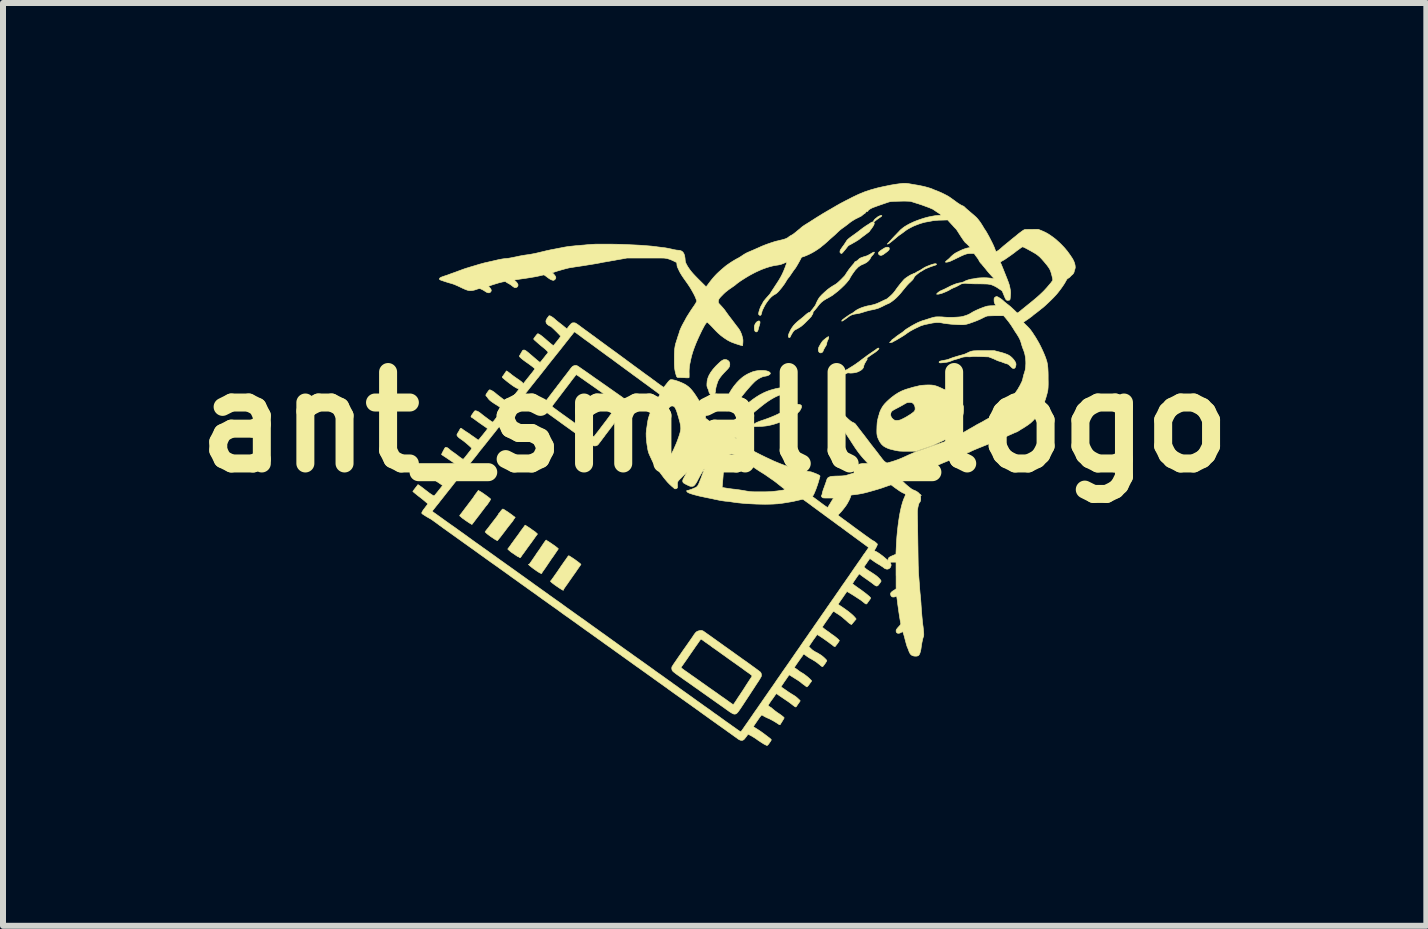
<source format=kicad_pcb>
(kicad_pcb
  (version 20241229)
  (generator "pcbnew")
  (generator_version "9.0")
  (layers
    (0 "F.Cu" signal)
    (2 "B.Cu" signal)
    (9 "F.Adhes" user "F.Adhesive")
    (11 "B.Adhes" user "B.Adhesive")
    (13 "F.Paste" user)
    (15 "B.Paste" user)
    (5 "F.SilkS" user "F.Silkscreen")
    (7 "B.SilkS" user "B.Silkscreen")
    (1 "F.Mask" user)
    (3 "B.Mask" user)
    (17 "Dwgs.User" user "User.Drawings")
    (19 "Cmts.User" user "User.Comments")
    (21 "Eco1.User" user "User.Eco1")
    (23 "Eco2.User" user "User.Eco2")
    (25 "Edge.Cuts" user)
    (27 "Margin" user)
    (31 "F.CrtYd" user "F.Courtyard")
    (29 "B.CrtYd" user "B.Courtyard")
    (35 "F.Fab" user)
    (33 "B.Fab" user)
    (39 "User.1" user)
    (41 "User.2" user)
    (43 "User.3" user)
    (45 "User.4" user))
  (footprint "ant_small_logo"
    (layer "F.Cu")
    (at 8.861 3.985)
    (property "Reference" "ant_small_logo" (at 0 0 0) (layer "F.SilkS") (effects (font (size 1.524 1.524) (thickness 0.3))))
    (attr through_hole)
    (fp_poly (pts (xy 0.752 -1.68) (xy 0.756 -1.666) (xy 0.754 -1.645) (xy 0.746 -1.616) (xy 0.745 -1.613) (xy 0.738 -1.59) (xy 0.731 -1.566) (xy 0.727 -1.548) (xy 0.72 -1.525) (xy 0.71 -1.51) (xy 0.698 -1.503) (xy 0.684 -1.505) (xy 0.673 -1.514) (xy 0.667 -1.526) (xy 0.663 -1.545) (xy 0.661 -1.568) (xy 0.661 -1.591) (xy 0.665 -1.611) (xy 0.666 -1.614) (xy 0.678 -1.641) (xy 0.694 -1.663) (xy 0.712 -1.678) (xy 0.732 -1.686) (xy 0.742 -1.686) (xy 0.752 -1.68)) (stroke (width 0.01) (type solid)) (fill yes) (layer "F.SilkS"))
    (fp_poly (pts (xy 2.784 -3.443) (xy 2.787 -3.44) (xy 2.784 -3.434) (xy 2.773 -3.424) (xy 2.754 -3.411) (xy 2.738 -3.4) (xy 2.717 -3.385) (xy 2.698 -3.371) (xy 2.683 -3.359) (xy 2.676 -3.353) (xy 2.664 -3.342) (xy 2.654 -3.338) (xy 2.648 -3.339) (xy 2.647 -3.343) (xy 2.651 -3.356) (xy 2.661 -3.372) (xy 2.675 -3.387) (xy 2.681 -3.391) (xy 2.693 -3.4) (xy 2.701 -3.407) (xy 2.703 -3.409) (xy 2.712 -3.417) (xy 2.727 -3.426) (xy 2.745 -3.435) (xy 2.761 -3.442) (xy 2.773 -3.444) (xy 2.773 -3.444) (xy 2.784 -3.443)) (stroke (width 0.01) (type solid)) (fill yes) (layer "F.SilkS"))
    (fp_poly (pts (xy 2.902 -2.911) (xy 2.903 -2.911) (xy 2.91 -2.9) (xy 2.91 -2.884) (xy 2.906 -2.87) (xy 2.899 -2.863) (xy 2.887 -2.851) (xy 2.87 -2.837) (xy 2.85 -2.822) (xy 2.831 -2.808) (xy 2.813 -2.795) (xy 2.804 -2.789) (xy 2.782 -2.78) (xy 2.762 -2.779) (xy 2.745 -2.786) (xy 2.738 -2.792) (xy 2.731 -2.805) (xy 2.728 -2.816) (xy 2.733 -2.828) (xy 2.744 -2.841) (xy 2.763 -2.857) (xy 2.79 -2.876) (xy 2.792 -2.877) (xy 2.817 -2.893) (xy 2.836 -2.904) (xy 2.851 -2.91) (xy 2.864 -2.914) (xy 2.871 -2.915) (xy 2.89 -2.915) (xy 2.902 -2.911)) (stroke (width 0.01) (type solid)) (fill yes) (layer "F.SilkS"))
    (fp_poly (pts (xy 1.901 -1.418) (xy 1.9 -1.405) (xy 1.895 -1.387) (xy 1.887 -1.368) (xy 1.882 -1.359) (xy 1.873 -1.337) (xy 1.869 -1.318) (xy 1.867 -1.3) (xy 1.858 -1.279) (xy 1.851 -1.267) (xy 1.835 -1.241) (xy 1.822 -1.218) (xy 1.813 -1.2) (xy 1.809 -1.188) (xy 1.808 -1.186) (xy 1.804 -1.175) (xy 1.794 -1.164) (xy 1.78 -1.156) (xy 1.768 -1.153) (xy 1.75 -1.158) (xy 1.74 -1.167) (xy 1.73 -1.184) (xy 1.727 -1.208) (xy 1.732 -1.235) (xy 1.734 -1.243) (xy 1.74 -1.256) (xy 1.751 -1.276) (xy 1.763 -1.298) (xy 1.777 -1.32) (xy 1.79 -1.339) (xy 1.793 -1.344) (xy 1.802 -1.354) (xy 1.816 -1.367) (xy 1.833 -1.381) (xy 1.851 -1.396) (xy 1.868 -1.408) (xy 1.883 -1.418) (xy 1.893 -1.424) (xy 1.896 -1.425) (xy 1.901 -1.418)) (stroke (width 0.01) (type solid)) (fill yes) (layer "F.SilkS"))
    (fp_poly (pts (xy 0.2 -1.039) (xy 0.223 -1.027) (xy 0.241 -1.008) (xy 0.251 -0.983) (xy 0.252 -0.957) (xy 0.25 -0.941) (xy 0.246 -0.927) (xy 0.24 -0.914) (xy 0.229 -0.899) (xy 0.214 -0.881) (xy 0.192 -0.859) (xy 0.19 -0.857) (xy 0.151 -0.816) (xy 0.119 -0.78) (xy 0.094 -0.748) (xy 0.074 -0.719) (xy 0.059 -0.692) (xy 0.055 -0.683) (xy 0.047 -0.662) (xy 0.039 -0.637) (xy 0.03 -0.609) (xy 0.023 -0.582) (xy 0.018 -0.558) (xy 0.015 -0.539) (xy 0.015 -0.532) (xy 0.013 -0.504) (xy 0.004 -0.482) (xy -0.011 -0.466) (xy -0.03 -0.458) (xy -0.04 -0.458) (xy -0.056 -0.459) (xy -0.069 -0.463) (xy -0.07 -0.463) (xy -0.08 -0.473) (xy -0.09 -0.488) (xy -0.096 -0.504) (xy -0.097 -0.512) (xy -0.099 -0.521) (xy -0.104 -0.537) (xy -0.112 -0.555) (xy -0.113 -0.557) (xy -0.121 -0.575) (xy -0.126 -0.59) (xy -0.129 -0.606) (xy -0.129 -0.626) (xy -0.129 -0.638) (xy -0.125 -0.686) (xy -0.113 -0.734) (xy -0.093 -0.782) (xy -0.064 -0.831) (xy -0.027 -0.881) (xy 0.02 -0.934) (xy 0.031 -0.945) (xy 0.063 -0.976) (xy 0.089 -1) (xy 0.11 -1.018) (xy 0.129 -1.03) (xy 0.145 -1.038) (xy 0.161 -1.042) (xy 0.172 -1.043) (xy 0.2 -1.039)) (stroke (width 0.01) (type solid)) (fill yes) (layer "F.SilkS"))
    (fp_poly (pts (xy 1.374 -0.298) (xy 1.406 -0.295) (xy 1.428 -0.289) (xy 1.442 -0.28) (xy 1.448 -0.267) (xy 1.447 -0.249) (xy 1.443 -0.235) (xy 1.429 -0.205) (xy 1.409 -0.177) (xy 1.38 -0.149) (xy 1.343 -0.122) (xy 1.297 -0.094) (xy 1.271 -0.08) (xy 1.174 -0.033) (xy 1.08 0.005) (xy 0.989 0.035) (xy 0.939 0.048) (xy 0.906 0.055) (xy 0.876 0.061) (xy 0.847 0.065) (xy 0.817 0.068) (xy 0.784 0.071) (xy 0.744 0.072) (xy 0.716 0.073) (xy 0.68 0.074) (xy 0.653 0.074) (xy 0.634 0.074) (xy 0.621 0.073) (xy 0.612 0.071) (xy 0.607 0.069) (xy 0.607 0.069) (xy 0.6 0.06) (xy 0.603 0.052) (xy 0.616 0.043) (xy 0.637 0.036) (xy 0.638 0.036) (xy 0.654 0.032) (xy 0.666 0.028) (xy 0.671 0.026) (xy 0.68 0.017) (xy 0.696 0.008) (xy 0.72 -0.002) (xy 0.752 -0.015) (xy 0.79 -0.028) (xy 0.859 -0.052) (xy 0.919 -0.074) (xy 0.975 -0.097) (xy 1.027 -0.12) (xy 1.067 -0.139) (xy 1.102 -0.156) (xy 1.13 -0.171) (xy 1.153 -0.183) (xy 1.171 -0.195) (xy 1.188 -0.207) (xy 1.204 -0.221) (xy 1.216 -0.231) (xy 1.246 -0.257) (xy 1.271 -0.275) (xy 1.294 -0.288) (xy 1.316 -0.295) (xy 1.34 -0.299) (xy 1.368 -0.299) (xy 1.374 -0.298)) (stroke (width 0.01) (type solid)) (fill yes) (layer "F.SilkS"))
    (fp_poly (pts (xy 1.2 -0.574) (xy 1.23 -0.568) (xy 1.243 -0.562) (xy 1.261 -0.551) (xy 1.269 -0.539) (xy 1.267 -0.527) (xy 1.256 -0.515) (xy 1.234 -0.503) (xy 1.203 -0.49) (xy 1.162 -0.477) (xy 1.161 -0.477) (xy 1.112 -0.461) (xy 1.066 -0.444) (xy 1.02 -0.424) (xy 0.975 -0.4) (xy 0.929 -0.373) (xy 0.88 -0.341) (xy 0.828 -0.303) (xy 0.772 -0.259) (xy 0.71 -0.208) (xy 0.701 -0.201) (xy 0.673 -0.178) (xy 0.645 -0.155) (xy 0.618 -0.134) (xy 0.594 -0.116) (xy 0.576 -0.104) (xy 0.575 -0.103) (xy 0.553 -0.087) (xy 0.531 -0.068) (xy 0.513 -0.051) (xy 0.507 -0.045) (xy 0.487 -0.023) (xy 0.469 -0.008) (xy 0.45 0.001) (xy 0.428 0.006) (xy 0.408 0.008) (xy 0.381 0.008) (xy 0.36 0.006) (xy 0.351 0.004) (xy 0.337 -0.002) (xy 0.329 -0.009) (xy 0.329 -0.018) (xy 0.335 -0.03) (xy 0.348 -0.046) (xy 0.359 -0.058) (xy 0.377 -0.078) (xy 0.389 -0.095) (xy 0.398 -0.111) (xy 0.405 -0.129) (xy 0.405 -0.131) (xy 0.419 -0.161) (xy 0.441 -0.195) (xy 0.47 -0.231) (xy 0.506 -0.269) (xy 0.547 -0.308) (xy 0.593 -0.346) (xy 0.642 -0.383) (xy 0.693 -0.418) (xy 0.746 -0.451) (xy 0.799 -0.479) (xy 0.81 -0.485) (xy 0.861 -0.508) (xy 0.914 -0.528) (xy 0.968 -0.544) (xy 1.02 -0.558) (xy 1.071 -0.568) (xy 1.119 -0.574) (xy 1.162 -0.576) (xy 1.2 -0.574)) (stroke (width 0.01) (type solid)) (fill yes) (layer "F.SilkS"))
    (fp_poly (pts (xy -3.523 1.451) (xy -3.508 1.459) (xy -3.488 1.472) (xy -3.464 1.487) (xy -3.438 1.504) (xy -3.412 1.523) (xy -3.387 1.541) (xy -3.364 1.558) (xy -3.361 1.561) (xy -3.346 1.572) (xy -3.334 1.581) (xy -3.326 1.585) (xy -3.326 1.585) (xy -3.325 1.588) (xy -3.33 1.596) (xy -3.331 1.596) (xy -3.339 1.608) (xy -3.35 1.623) (xy -3.354 1.631) (xy -3.366 1.649) (xy -3.38 1.668) (xy -3.385 1.674) (xy -3.395 1.686) (xy -3.409 1.704) (xy -3.426 1.725) (xy -3.444 1.748) (xy -3.448 1.753) (xy -3.466 1.777) (xy -3.488 1.806) (xy -3.512 1.838) (xy -3.537 1.87) (xy -3.555 1.894) (xy -3.574 1.919) (xy -3.592 1.94) (xy -3.606 1.958) (xy -3.616 1.97) (xy -3.621 1.975) (xy -3.621 1.976) (xy -3.627 1.973) (xy -3.639 1.967) (xy -3.649 1.962) (xy -3.667 1.951) (xy -3.689 1.936) (xy -3.715 1.919) (xy -3.741 1.901) (xy -3.765 1.883) (xy -3.786 1.867) (xy -3.802 1.854) (xy -3.809 1.847) (xy -3.826 1.83) (xy -3.812 1.81) (xy -3.803 1.798) (xy -3.796 1.79) (xy -3.795 1.788) (xy -3.791 1.784) (xy -3.782 1.772) (xy -3.768 1.755) (xy -3.752 1.733) (xy -3.732 1.708) (xy -3.724 1.697) (xy -3.702 1.668) (xy -3.68 1.64) (xy -3.66 1.614) (xy -3.643 1.592) (xy -3.631 1.576) (xy -3.629 1.573) (xy -3.616 1.556) (xy -3.607 1.542) (xy -3.602 1.533) (xy -3.602 1.531) (xy -3.598 1.523) (xy -3.595 1.52) (xy -3.589 1.515) (xy -3.579 1.503) (xy -3.567 1.487) (xy -3.564 1.482) (xy -3.551 1.466) (xy -3.54 1.455) (xy -3.532 1.449) (xy -3.531 1.448) (xy -3.523 1.451)) (stroke (width 0.01) (type solid)) (fill yes) (layer "F.SilkS"))
    (fp_poly (pts (xy -2.42 2.232) (xy -2.405 2.242) (xy -2.4 2.245) (xy -2.375 2.261) (xy -2.348 2.279) (xy -2.319 2.299) (xy -2.293 2.319) (xy -2.269 2.336) (xy -2.252 2.35) (xy -2.248 2.353) (xy -2.228 2.371) (xy -2.252 2.406) (xy -2.266 2.426) (xy -2.283 2.45) (xy -2.3 2.475) (xy -2.308 2.487) (xy -2.324 2.51) (xy -2.344 2.538) (xy -2.364 2.566) (xy -2.379 2.588) (xy -2.394 2.609) (xy -2.407 2.628) (xy -2.416 2.641) (xy -2.422 2.649) (xy -2.422 2.649) (xy -2.427 2.656) (xy -2.435 2.668) (xy -2.443 2.68) (xy -2.454 2.696) (xy -2.469 2.716) (xy -2.484 2.738) (xy -2.49 2.746) (xy -2.503 2.765) (xy -2.513 2.78) (xy -2.519 2.792) (xy -2.52 2.796) (xy -2.52 2.801) (xy -2.523 2.803) (xy -2.53 2.801) (xy -2.542 2.795) (xy -2.561 2.783) (xy -2.563 2.782) (xy -2.587 2.767) (xy -2.613 2.749) (xy -2.641 2.73) (xy -2.668 2.711) (xy -2.692 2.693) (xy -2.711 2.678) (xy -2.722 2.668) (xy -2.733 2.658) (xy -2.736 2.651) (xy -2.734 2.647) (xy -2.732 2.645) (xy -2.724 2.637) (xy -2.715 2.625) (xy -2.712 2.621) (xy -2.704 2.609) (xy -2.697 2.6) (xy -2.696 2.598) (xy -2.691 2.592) (xy -2.682 2.579) (xy -2.669 2.56) (xy -2.653 2.537) (xy -2.635 2.512) (xy -2.616 2.485) (xy -2.598 2.458) (xy -2.58 2.432) (xy -2.574 2.423) (xy -2.558 2.399) (xy -2.538 2.371) (xy -2.518 2.342) (xy -2.5 2.316) (xy -2.484 2.295) (xy -2.471 2.275) (xy -2.46 2.26) (xy -2.453 2.25) (xy -2.452 2.249) (xy -2.444 2.236) (xy -2.437 2.229) (xy -2.43 2.228) (xy -2.42 2.232)) (stroke (width 0.01) (type solid)) (fill yes) (layer "F.SilkS"))
    (fp_poly (pts (xy -3.133 1.733) (xy -3.118 1.743) (xy -3.097 1.756) (xy -3.075 1.771) (xy -3.059 1.782) (xy -3.039 1.797) (xy -3.021 1.809) (xy -3.007 1.819) (xy -3.001 1.823) (xy -2.99 1.831) (xy -2.977 1.843) (xy -2.971 1.848) (xy -2.953 1.865) (xy -2.982 1.904) (xy -2.996 1.923) (xy -3.008 1.941) (xy -3.018 1.954) (xy -3.02 1.958) (xy -3.028 1.969) (xy -3.033 1.976) (xy -3.033 1.976) (xy -3.037 1.981) (xy -3.045 1.992) (xy -3.053 2.004) (xy -3.063 2.018) (xy -3.071 2.028) (xy -3.074 2.032) (xy -3.078 2.037) (xy -3.086 2.049) (xy -3.099 2.066) (xy -3.115 2.088) (xy -3.133 2.113) (xy -3.152 2.14) (xy -3.157 2.146) (xy -3.163 2.155) (xy -3.173 2.169) (xy -3.186 2.187) (xy -3.194 2.197) (xy -3.208 2.216) (xy -3.219 2.233) (xy -3.228 2.245) (xy -3.23 2.249) (xy -3.239 2.259) (xy -3.249 2.259) (xy -3.256 2.253) (xy -3.265 2.247) (xy -3.27 2.245) (xy -3.278 2.243) (xy -3.291 2.235) (xy -3.307 2.224) (xy -3.312 2.221) (xy -3.332 2.207) (xy -3.355 2.191) (xy -3.374 2.179) (xy -3.394 2.165) (xy -3.414 2.148) (xy -3.426 2.138) (xy -3.449 2.116) (xy -3.421 2.079) (xy -3.409 2.062) (xy -3.399 2.049) (xy -3.394 2.041) (xy -3.393 2.039) (xy -3.39 2.034) (xy -3.387 2.03) (xy -3.381 2.022) (xy -3.371 2.01) (xy -3.36 1.994) (xy -3.358 1.991) (xy -3.345 1.973) (xy -3.328 1.95) (xy -3.311 1.926) (xy -3.302 1.914) (xy -3.286 1.893) (xy -3.27 1.871) (xy -3.257 1.852) (xy -3.251 1.844) (xy -3.241 1.829) (xy -3.227 1.809) (xy -3.21 1.787) (xy -3.196 1.768) (xy -3.159 1.717) (xy -3.133 1.733)) (stroke (width 0.01) (type solid)) (fill yes) (layer "F.SilkS"))
    (fp_poly (pts (xy -3.934 1.14) (xy -3.925 1.146) (xy -3.924 1.147) (xy -3.913 1.155) (xy -3.906 1.158) (xy -3.905 1.158) (xy -3.899 1.161) (xy -3.887 1.169) (xy -3.87 1.18) (xy -3.849 1.195) (xy -3.827 1.21) (xy -3.805 1.226) (xy -3.784 1.241) (xy -3.767 1.255) (xy -3.754 1.265) (xy -3.752 1.266) (xy -3.733 1.284) (xy -3.746 1.309) (xy -3.755 1.323) (xy -3.766 1.34) (xy -3.779 1.358) (xy -3.79 1.375) (xy -3.8 1.387) (xy -3.805 1.392) (xy -3.809 1.396) (xy -3.818 1.408) (xy -3.832 1.426) (xy -3.85 1.45) (xy -3.871 1.478) (xy -3.895 1.509) (xy -3.921 1.544) (xy -3.926 1.551) (xy -3.953 1.585) (xy -3.977 1.617) (xy -3.999 1.646) (xy -4.017 1.67) (xy -4.031 1.688) (xy -4.041 1.701) (xy -4.045 1.706) (xy -4.046 1.706) (xy -4.05 1.704) (xy -4.06 1.698) (xy -4.069 1.693) (xy -4.087 1.682) (xy -4.108 1.668) (xy -4.132 1.652) (xy -4.157 1.635) (xy -4.18 1.618) (xy -4.2 1.604) (xy -4.216 1.592) (xy -4.224 1.584) (xy -4.225 1.583) (xy -4.235 1.573) (xy -4.245 1.566) (xy -4.249 1.562) (xy -4.249 1.557) (xy -4.244 1.549) (xy -4.234 1.536) (xy -4.222 1.521) (xy -4.211 1.507) (xy -4.206 1.5) (xy -4.201 1.493) (xy -4.19 1.479) (xy -4.176 1.46) (xy -4.159 1.437) (xy -4.143 1.417) (xy -4.11 1.373) (xy -4.083 1.337) (xy -4.06 1.307) (xy -4.043 1.284) (xy -4.029 1.266) (xy -4.02 1.252) (xy -4.013 1.243) (xy -4.009 1.236) (xy -4.009 1.235) (xy -4.001 1.223) (xy -3.995 1.215) (xy -3.99 1.208) (xy -3.981 1.195) (xy -3.969 1.18) (xy -3.957 1.163) (xy -3.946 1.148) (xy -3.939 1.139) (xy -3.934 1.14)) (stroke (width 0.01) (type solid)) (fill yes) (layer "F.SilkS"))
    (fp_poly (pts (xy 0.802 -0.861) (xy 0.837 -0.858) (xy 0.869 -0.853) (xy 0.895 -0.844) (xy 0.915 -0.833) (xy 0.926 -0.82) (xy 0.927 -0.817) (xy 0.928 -0.808) (xy 0.922 -0.799) (xy 0.915 -0.792) (xy 0.898 -0.781) (xy 0.876 -0.772) (xy 0.847 -0.766) (xy 0.833 -0.764) (xy 0.809 -0.759) (xy 0.781 -0.748) (xy 0.75 -0.733) (xy 0.72 -0.715) (xy 0.696 -0.698) (xy 0.675 -0.681) (xy 0.65 -0.657) (xy 0.623 -0.629) (xy 0.595 -0.599) (xy 0.568 -0.568) (xy 0.564 -0.564) (xy 0.55 -0.548) (xy 0.539 -0.535) (xy 0.532 -0.527) (xy 0.531 -0.525) (xy 0.525 -0.519) (xy 0.516 -0.507) (xy 0.503 -0.492) (xy 0.498 -0.486) (xy 0.468 -0.449) (xy 0.444 -0.419) (xy 0.425 -0.397) (xy 0.411 -0.38) (xy 0.401 -0.369) (xy 0.395 -0.363) (xy 0.392 -0.361) (xy 0.387 -0.357) (xy 0.377 -0.349) (xy 0.371 -0.344) (xy 0.356 -0.331) (xy 0.339 -0.316) (xy 0.33 -0.309) (xy 0.316 -0.296) (xy 0.304 -0.281) (xy 0.292 -0.26) (xy 0.284 -0.244) (xy 0.274 -0.224) (xy 0.264 -0.207) (xy 0.256 -0.196) (xy 0.253 -0.193) (xy 0.244 -0.19) (xy 0.228 -0.189) (xy 0.209 -0.188) (xy 0.192 -0.189) (xy 0.18 -0.191) (xy 0.179 -0.191) (xy 0.174 -0.196) (xy 0.174 -0.204) (xy 0.178 -0.218) (xy 0.187 -0.238) (xy 0.194 -0.251) (xy 0.215 -0.292) (xy 0.209 -0.339) (xy 0.203 -0.386) (xy 0.224 -0.435) (xy 0.25 -0.491) (xy 0.284 -0.547) (xy 0.324 -0.603) (xy 0.368 -0.656) (xy 0.414 -0.704) (xy 0.461 -0.745) (xy 0.483 -0.761) (xy 0.518 -0.784) (xy 0.558 -0.806) (xy 0.601 -0.825) (xy 0.64 -0.841) (xy 0.648 -0.843) (xy 0.685 -0.852) (xy 0.724 -0.858) (xy 0.763 -0.861) (xy 0.802 -0.861)) (stroke (width 0.01) (type solid)) (fill yes) (layer "F.SilkS"))
    (fp_poly (pts (xy -2.804 1.967) (xy -2.802 1.97) (xy -2.802 1.971) (xy -2.795 1.976) (xy -2.784 1.984) (xy -2.778 1.986) (xy -2.766 1.994) (xy -2.747 2.006) (xy -2.724 2.022) (xy -2.699 2.039) (xy -2.674 2.056) (xy -2.651 2.073) (xy -2.633 2.087) (xy -2.621 2.097) (xy -2.62 2.098) (xy -2.605 2.112) (xy -2.66 2.193) (xy -2.677 2.218) (xy -2.692 2.24) (xy -2.705 2.258) (xy -2.714 2.27) (xy -2.718 2.276) (xy -2.718 2.276) (xy -2.722 2.281) (xy -2.73 2.293) (xy -2.74 2.308) (xy -2.744 2.314) (xy -2.755 2.331) (xy -2.77 2.352) (xy -2.786 2.377) (xy -2.804 2.403) (xy -2.822 2.43) (xy -2.839 2.454) (xy -2.854 2.475) (xy -2.865 2.491) (xy -2.872 2.501) (xy -2.873 2.502) (xy -2.879 2.512) (xy -2.88 2.518) (xy -2.883 2.524) (xy -2.892 2.523) (xy -2.908 2.516) (xy -2.913 2.514) (xy -2.93 2.504) (xy -2.951 2.491) (xy -2.974 2.475) (xy -2.998 2.458) (xy -3.022 2.441) (xy -3.045 2.424) (xy -3.065 2.407) (xy -3.083 2.393) (xy -3.095 2.381) (xy -3.103 2.374) (xy -3.103 2.37) (xy -3.101 2.37) (xy -3.092 2.37) (xy -3.085 2.363) (xy -3.078 2.354) (xy -3.07 2.341) (xy -3.064 2.333) (xy -3.063 2.332) (xy -3.06 2.327) (xy -3.051 2.315) (xy -3.039 2.297) (xy -3.024 2.275) (xy -3.006 2.249) (xy -3.002 2.243) (xy -2.984 2.217) (xy -2.969 2.193) (xy -2.956 2.174) (xy -2.946 2.161) (xy -2.942 2.154) (xy -2.941 2.154) (xy -2.938 2.149) (xy -2.929 2.137) (xy -2.918 2.121) (xy -2.906 2.103) (xy -2.88 2.064) (xy -2.859 2.033) (xy -2.843 2.009) (xy -2.83 1.991) (xy -2.821 1.979) (xy -2.814 1.971) (xy -2.81 1.967) (xy -2.807 1.966) (xy -2.804 1.967)) (stroke (width 0.01) (type solid)) (fill yes) (layer "F.SilkS"))
    (fp_poly (pts (xy 2.651 -3.333) (xy 2.659 -3.319) (xy 2.659 -3.319) (xy 2.659 -3.304) (xy 2.651 -3.283) (xy 2.635 -3.256) (xy 2.612 -3.223) (xy 2.599 -3.206) (xy 2.588 -3.192) (xy 2.582 -3.182) (xy 2.581 -3.18) (xy 2.578 -3.176) (xy 2.568 -3.168) (xy 2.552 -3.155) (xy 2.529 -3.138) (xy 2.498 -3.114) (xy 2.466 -3.091) (xy 2.448 -3.077) (xy 2.432 -3.065) (xy 2.422 -3.057) (xy 2.418 -3.053) (xy 2.412 -3.049) (xy 2.4 -3.04) (xy 2.384 -3.03) (xy 2.366 -3.019) (xy 2.349 -3.008) (xy 2.335 -3) (xy 2.327 -2.996) (xy 2.318 -2.991) (xy 2.305 -2.983) (xy 2.294 -2.977) (xy 2.275 -2.966) (xy 2.256 -2.956) (xy 2.247 -2.952) (xy 2.232 -2.942) (xy 2.219 -2.931) (xy 2.217 -2.928) (xy 2.209 -2.917) (xy 2.197 -2.902) (xy 2.183 -2.884) (xy 2.178 -2.878) (xy 2.156 -2.852) (xy 2.141 -2.834) (xy 2.129 -2.821) (xy 2.121 -2.813) (xy 2.115 -2.81) (xy 2.11 -2.81) (xy 2.105 -2.813) (xy 2.099 -2.817) (xy 2.099 -2.818) (xy 2.091 -2.825) (xy 2.088 -2.834) (xy 2.089 -2.847) (xy 2.091 -2.858) (xy 2.096 -2.87) (xy 2.105 -2.884) (xy 2.118 -2.903) (xy 2.136 -2.929) (xy 2.137 -2.929) (xy 2.154 -2.952) (xy 2.168 -2.973) (xy 2.18 -2.991) (xy 2.188 -3.003) (xy 2.189 -3.006) (xy 2.201 -3.025) (xy 2.221 -3.047) (xy 2.251 -3.072) (xy 2.289 -3.1) (xy 2.299 -3.107) (xy 2.323 -3.124) (xy 2.352 -3.145) (xy 2.383 -3.168) (xy 2.413 -3.191) (xy 2.426 -3.201) (xy 2.452 -3.221) (xy 2.479 -3.241) (xy 2.504 -3.258) (xy 2.525 -3.273) (xy 2.535 -3.279) (xy 2.556 -3.292) (xy 2.578 -3.306) (xy 2.596 -3.318) (xy 2.598 -3.32) (xy 2.62 -3.333) (xy 2.638 -3.337) (xy 2.651 -3.333)) (stroke (width 0.01) (type solid)) (fill yes) (layer "F.SilkS"))
    (fp_poly (pts (xy 2.737 -1.231) (xy 2.738 -1.226) (xy 2.734 -1.217) (xy 2.723 -1.204) (xy 2.706 -1.188) (xy 2.686 -1.172) (xy 2.67 -1.16) (xy 2.639 -1.14) (xy 2.606 -1.117) (xy 2.572 -1.093) (xy 2.541 -1.071) (xy 2.521 -1.057) (xy 2.505 -1.045) (xy 2.497 -1.036) (xy 2.495 -1.032) (xy 2.499 -1.033) (xy 2.512 -1.04) (xy 2.517 -1.044) (xy 2.533 -1.053) (xy 2.541 -1.057) (xy 2.544 -1.055) (xy 2.541 -1.046) (xy 2.531 -1.029) (xy 2.522 -1.014) (xy 2.503 -0.982) (xy 2.491 -0.956) (xy 2.485 -0.936) (xy 2.484 -0.928) (xy 2.479 -0.909) (xy 2.466 -0.889) (xy 2.444 -0.869) (xy 2.416 -0.852) (xy 2.383 -0.836) (xy 2.373 -0.833) (xy 2.348 -0.826) (xy 2.32 -0.821) (xy 2.29 -0.818) (xy 2.264 -0.817) (xy 2.243 -0.819) (xy 2.24 -0.819) (xy 2.224 -0.821) (xy 2.21 -0.818) (xy 2.202 -0.814) (xy 2.165 -0.797) (xy 2.134 -0.785) (xy 2.107 -0.779) (xy 2.087 -0.778) (xy 2.074 -0.783) (xy 2.073 -0.785) (xy 2.068 -0.793) (xy 2.07 -0.801) (xy 2.079 -0.81) (xy 2.096 -0.821) (xy 2.121 -0.833) (xy 2.127 -0.836) (xy 2.154 -0.848) (xy 2.185 -0.865) (xy 2.217 -0.882) (xy 2.24 -0.897) (xy 2.266 -0.913) (xy 2.292 -0.929) (xy 2.316 -0.944) (xy 2.334 -0.956) (xy 2.352 -0.968) (xy 2.375 -0.985) (xy 2.4 -1.002) (xy 2.418 -1.016) (xy 2.442 -1.034) (xy 2.467 -1.053) (xy 2.489 -1.069) (xy 2.503 -1.079) (xy 2.519 -1.091) (xy 2.532 -1.101) (xy 2.539 -1.107) (xy 2.54 -1.107) (xy 2.545 -1.111) (xy 2.557 -1.119) (xy 2.572 -1.13) (xy 2.581 -1.136) (xy 2.615 -1.159) (xy 2.642 -1.178) (xy 2.663 -1.192) (xy 2.679 -1.203) (xy 2.69 -1.211) (xy 2.699 -1.218) (xy 2.704 -1.222) (xy 2.718 -1.231) (xy 2.729 -1.234) (xy 2.737 -1.231)) (stroke (width 0.01) (type solid)) (fill yes) (layer "F.SilkS"))
    (fp_poly (pts (xy 4.726 -1.174) (xy 4.776 -1.161) (xy 4.817 -1.149) (xy 4.851 -1.137) (xy 4.879 -1.126) (xy 4.898 -1.117) (xy 4.929 -1.097) (xy 4.959 -1.07) (xy 4.985 -1.041) (xy 5.005 -1.011) (xy 5.009 -1.005) (xy 5.017 -0.987) (xy 5.021 -0.974) (xy 5.022 -0.963) (xy 5.021 -0.949) (xy 5.019 -0.942) (xy 5.013 -0.918) (xy 5.004 -0.903) (xy 4.992 -0.895) (xy 4.981 -0.894) (xy 4.972 -0.895) (xy 4.962 -0.9) (xy 4.951 -0.909) (xy 4.935 -0.925) (xy 4.93 -0.93) (xy 4.912 -0.947) (xy 4.898 -0.959) (xy 4.886 -0.966) (xy 4.872 -0.971) (xy 4.864 -0.973) (xy 4.842 -0.98) (xy 4.817 -0.989) (xy 4.803 -0.994) (xy 4.782 -1.003) (xy 4.759 -1.01) (xy 4.746 -1.014) (xy 4.727 -1.02) (xy 4.704 -1.029) (xy 4.688 -1.037) (xy 4.668 -1.046) (xy 4.644 -1.057) (xy 4.618 -1.067) (xy 4.612 -1.07) (xy 4.567 -1.087) (xy 4.436 -1.092) (xy 4.387 -1.093) (xy 4.347 -1.094) (xy 4.317 -1.094) (xy 4.295 -1.093) (xy 4.282 -1.091) (xy 4.266 -1.089) (xy 4.244 -1.088) (xy 4.221 -1.089) (xy 4.218 -1.089) (xy 4.187 -1.089) (xy 4.155 -1.086) (xy 4.124 -1.08) (xy 4.098 -1.071) (xy 4.091 -1.068) (xy 4.081 -1.064) (xy 4.065 -1.059) (xy 4.044 -1.053) (xy 4.033 -1.05) (xy 4.009 -1.043) (xy 3.987 -1.037) (xy 3.97 -1.031) (xy 3.965 -1.029) (xy 3.939 -1.018) (xy 3.916 -1.01) (xy 3.893 -1.003) (xy 3.869 -0.998) (xy 3.84 -0.994) (xy 3.805 -0.99) (xy 3.78 -0.988) (xy 3.757 -0.987) (xy 3.744 -0.991) (xy 3.74 -0.998) (xy 3.741 -1.003) (xy 3.744 -1.008) (xy 3.751 -1.013) (xy 3.763 -1.018) (xy 3.781 -1.022) (xy 3.805 -1.027) (xy 3.838 -1.033) (xy 3.854 -1.036) (xy 3.877 -1.041) (xy 3.902 -1.049) (xy 3.914 -1.054) (xy 3.937 -1.063) (xy 3.962 -1.072) (xy 3.975 -1.077) (xy 3.993 -1.082) (xy 4.018 -1.09) (xy 4.044 -1.098) (xy 4.056 -1.101) (xy 4.081 -1.109) (xy 4.106 -1.115) (xy 4.127 -1.121) (xy 4.135 -1.123) (xy 4.152 -1.128) (xy 4.175 -1.136) (xy 4.198 -1.147) (xy 4.207 -1.151) (xy 4.228 -1.161) (xy 4.245 -1.169) (xy 4.262 -1.176) (xy 4.279 -1.181) (xy 4.297 -1.185) (xy 4.319 -1.188) (xy 4.344 -1.189) (xy 4.375 -1.19) (xy 4.413 -1.191) (xy 4.459 -1.191) (xy 4.488 -1.191) (xy 4.661 -1.191) (xy 4.726 -1.174)) (stroke (width 0.01) (type solid)) (fill yes) (layer "F.SilkS"))
    (fp_poly (pts (xy 3.69 -2.638) (xy 3.693 -2.637) (xy 3.698 -2.63) (xy 3.693 -2.623) (xy 3.679 -2.616) (xy 3.66 -2.61) (xy 3.636 -2.602) (xy 3.608 -2.593) (xy 3.577 -2.581) (xy 3.548 -2.569) (xy 3.521 -2.558) (xy 3.499 -2.547) (xy 3.487 -2.54) (xy 3.472 -2.53) (xy 3.452 -2.518) (xy 3.438 -2.51) (xy 3.422 -2.501) (xy 3.409 -2.492) (xy 3.402 -2.487) (xy 3.395 -2.481) (xy 3.382 -2.471) (xy 3.376 -2.466) (xy 3.353 -2.447) (xy 3.336 -2.43) (xy 3.324 -2.413) (xy 3.319 -2.402) (xy 3.313 -2.391) (xy 3.306 -2.38) (xy 3.296 -2.368) (xy 3.281 -2.353) (xy 3.261 -2.333) (xy 3.237 -2.311) (xy 3.224 -2.297) (xy 3.207 -2.279) (xy 3.188 -2.257) (xy 3.169 -2.234) (xy 3.167 -2.231) (xy 3.136 -2.194) (xy 3.112 -2.164) (xy 3.091 -2.139) (xy 3.073 -2.119) (xy 3.058 -2.103) (xy 3.044 -2.089) (xy 3.031 -2.075) (xy 3.016 -2.062) (xy 3.013 -2.059) (xy 2.986 -2.036) (xy 2.959 -2.015) (xy 2.933 -1.997) (xy 2.911 -1.983) (xy 2.894 -1.975) (xy 2.891 -1.974) (xy 2.881 -1.97) (xy 2.865 -1.963) (xy 2.844 -1.953) (xy 2.824 -1.943) (xy 2.789 -1.925) (xy 2.76 -1.912) (xy 2.735 -1.901) (xy 2.712 -1.893) (xy 2.688 -1.886) (xy 2.661 -1.879) (xy 2.629 -1.872) (xy 2.601 -1.867) (xy 2.58 -1.862) (xy 2.553 -1.855) (xy 2.522 -1.847) (xy 2.491 -1.837) (xy 2.481 -1.834) (xy 2.447 -1.823) (xy 2.416 -1.815) (xy 2.389 -1.809) (xy 2.369 -1.806) (xy 2.332 -1.8) (xy 2.296 -1.791) (xy 2.265 -1.778) (xy 2.242 -1.764) (xy 2.203 -1.735) (xy 2.171 -1.712) (xy 2.147 -1.696) (xy 2.13 -1.686) (xy 2.121 -1.682) (xy 2.118 -1.684) (xy 2.119 -1.69) (xy 2.122 -1.696) (xy 2.128 -1.703) (xy 2.139 -1.712) (xy 2.154 -1.724) (xy 2.175 -1.74) (xy 2.203 -1.759) (xy 2.231 -1.779) (xy 2.247 -1.789) (xy 2.266 -1.801) (xy 2.282 -1.809) (xy 2.303 -1.821) (xy 2.324 -1.837) (xy 2.337 -1.847) (xy 2.358 -1.863) (xy 2.388 -1.88) (xy 2.424 -1.897) (xy 2.463 -1.912) (xy 2.505 -1.925) (xy 2.546 -1.936) (xy 2.558 -1.938) (xy 2.6 -1.946) (xy 2.634 -1.954) (xy 2.663 -1.962) (xy 2.691 -1.971) (xy 2.718 -1.982) (xy 2.749 -1.996) (xy 2.772 -2.007) (xy 2.799 -2.02) (xy 2.822 -2.031) (xy 2.841 -2.04) (xy 2.854 -2.045) (xy 2.859 -2.047) (xy 2.865 -2.05) (xy 2.878 -2.059) (xy 2.894 -2.072) (xy 2.912 -2.087) (xy 2.931 -2.104) (xy 2.948 -2.12) (xy 2.958 -2.13) (xy 2.976 -2.149) (xy 2.993 -2.17) (xy 3.007 -2.188) (xy 3.028 -2.218) (xy 3.051 -2.249) (xy 3.075 -2.28) (xy 3.099 -2.31) (xy 3.122 -2.338) (xy 3.142 -2.361) (xy 3.158 -2.379) (xy 3.167 -2.387) (xy 3.181 -2.398) (xy 3.201 -2.412) (xy 3.223 -2.427) (xy 3.246 -2.441) (xy 3.267 -2.453) (xy 3.284 -2.461) (xy 3.291 -2.464) (xy 3.304 -2.469) (xy 3.314 -2.474) (xy 3.314 -2.475) (xy 3.323 -2.479) (xy 3.328 -2.479) (xy 3.336 -2.482) (xy 3.349 -2.489) (xy 3.358 -2.495) (xy 3.374 -2.505) (xy 3.389 -2.513) (xy 3.395 -2.516) (xy 3.407 -2.521) (xy 3.423 -2.53) (xy 3.443 -2.542) (xy 3.452 -2.548) (xy 3.474 -2.562) (xy 3.493 -2.574) (xy 3.51 -2.583) (xy 3.529 -2.592) (xy 3.551 -2.601) (xy 3.58 -2.612) (xy 3.583 -2.614) (xy 3.621 -2.627) (xy 3.652 -2.636) (xy 3.675 -2.64) (xy 3.69 -2.638)) (stroke (width 0.01) (type solid)) (fill yes) (layer "F.SilkS"))
    (fp_poly (pts (xy 2.662 -2.83) (xy 2.662 -2.828) (xy 2.659 -2.819) (xy 2.651 -2.806) (xy 2.64 -2.791) (xy 2.628 -2.778) (xy 2.62 -2.771) (xy 2.611 -2.76) (xy 2.602 -2.744) (xy 2.599 -2.738) (xy 2.584 -2.711) (xy 2.561 -2.685) (xy 2.533 -2.662) (xy 2.5 -2.643) (xy 2.477 -2.633) (xy 2.434 -2.614) (xy 2.393 -2.585) (xy 2.354 -2.545) (xy 2.347 -2.538) (xy 2.334 -2.521) (xy 2.319 -2.5) (xy 2.303 -2.478) (xy 2.288 -2.456) (xy 2.275 -2.435) (xy 2.264 -2.418) (xy 2.257 -2.406) (xy 2.256 -2.401) (xy 2.252 -2.394) (xy 2.244 -2.38) (xy 2.231 -2.363) (xy 2.215 -2.343) (xy 2.198 -2.322) (xy 2.18 -2.303) (xy 2.164 -2.285) (xy 2.162 -2.283) (xy 2.109 -2.232) (xy 2.061 -2.189) (xy 2.018 -2.155) (xy 2.017 -2.154) (xy 2 -2.141) (xy 1.984 -2.129) (xy 1.973 -2.12) (xy 1.971 -2.118) (xy 1.96 -2.111) (xy 1.944 -2.101) (xy 1.92 -2.087) (xy 1.889 -2.069) (xy 1.857 -2.052) (xy 1.812 -2.024) (xy 1.775 -1.994) (xy 1.741 -1.958) (xy 1.729 -1.942) (xy 1.707 -1.913) (xy 1.683 -1.884) (xy 1.662 -1.859) (xy 1.655 -1.852) (xy 1.643 -1.836) (xy 1.638 -1.825) (xy 1.639 -1.821) (xy 1.638 -1.809) (xy 1.632 -1.798) (xy 1.623 -1.785) (xy 1.618 -1.773) (xy 1.613 -1.765) (xy 1.602 -1.752) (xy 1.586 -1.734) (xy 1.566 -1.713) (xy 1.544 -1.691) (xy 1.521 -1.668) (xy 1.498 -1.645) (xy 1.476 -1.625) (xy 1.457 -1.609) (xy 1.448 -1.601) (xy 1.428 -1.587) (xy 1.402 -1.571) (xy 1.377 -1.556) (xy 1.369 -1.552) (xy 1.348 -1.541) (xy 1.333 -1.533) (xy 1.322 -1.523) (xy 1.312 -1.512) (xy 1.301 -1.495) (xy 1.298 -1.49) (xy 1.285 -1.47) (xy 1.274 -1.45) (xy 1.266 -1.434) (xy 1.265 -1.43) (xy 1.256 -1.414) (xy 1.247 -1.408) (xy 1.235 -1.412) (xy 1.229 -1.421) (xy 1.228 -1.438) (xy 1.232 -1.459) (xy 1.241 -1.484) (xy 1.244 -1.49) (xy 1.265 -1.534) (xy 1.288 -1.572) (xy 1.313 -1.607) (xy 1.342 -1.639) (xy 1.376 -1.671) (xy 1.418 -1.706) (xy 1.423 -1.709) (xy 1.446 -1.728) (xy 1.47 -1.747) (xy 1.491 -1.765) (xy 1.505 -1.778) (xy 1.53 -1.8) (xy 1.55 -1.815) (xy 1.566 -1.825) (xy 1.581 -1.83) (xy 1.584 -1.831) (xy 1.595 -1.835) (xy 1.6 -1.841) (xy 1.6 -1.841) (xy 1.603 -1.848) (xy 1.612 -1.86) (xy 1.622 -1.872) (xy 1.636 -1.889) (xy 1.651 -1.909) (xy 1.665 -1.928) (xy 1.677 -1.945) (xy 1.684 -1.958) (xy 1.687 -1.964) (xy 1.689 -1.971) (xy 1.695 -1.985) (xy 1.704 -2.004) (xy 1.713 -2.023) (xy 1.728 -2.05) (xy 1.742 -2.072) (xy 1.758 -2.092) (xy 1.779 -2.114) (xy 1.783 -2.119) (xy 1.835 -2.168) (xy 1.883 -2.21) (xy 1.929 -2.244) (xy 1.973 -2.272) (xy 1.981 -2.277) (xy 2.004 -2.29) (xy 2.027 -2.305) (xy 2.046 -2.32) (xy 2.047 -2.321) (xy 2.062 -2.334) (xy 2.08 -2.351) (xy 2.101 -2.371) (xy 2.122 -2.392) (xy 2.141 -2.412) (xy 2.159 -2.43) (xy 2.172 -2.445) (xy 2.179 -2.455) (xy 2.18 -2.456) (xy 2.193 -2.479) (xy 2.212 -2.506) (xy 2.233 -2.537) (xy 2.257 -2.568) (xy 2.28 -2.597) (xy 2.302 -2.623) (xy 2.31 -2.631) (xy 2.321 -2.645) (xy 2.329 -2.656) (xy 2.332 -2.663) (xy 2.336 -2.67) (xy 2.349 -2.677) (xy 2.354 -2.679) (xy 2.371 -2.688) (xy 2.388 -2.702) (xy 2.396 -2.709) (xy 2.408 -2.721) (xy 2.421 -2.73) (xy 2.439 -2.739) (xy 2.461 -2.747) (xy 2.484 -2.755) (xy 2.506 -2.762) (xy 2.523 -2.767) (xy 2.528 -2.768) (xy 2.54 -2.773) (xy 2.559 -2.782) (xy 2.581 -2.794) (xy 2.599 -2.804) (xy 2.624 -2.819) (xy 2.641 -2.828) (xy 2.653 -2.833) (xy 2.659 -2.834) (xy 2.662 -2.83)) (stroke (width 0.01) (type solid)) (fill yes) (layer "F.SilkS"))
    (fp_poly (pts (xy 3.608 -0.618) (xy 3.643 -0.614) (xy 3.677 -0.606) (xy 3.712 -0.595) (xy 3.751 -0.578) (xy 3.782 -0.564) (xy 3.806 -0.552) (xy 3.829 -0.543) (xy 3.848 -0.535) (xy 3.86 -0.531) (xy 3.861 -0.531) (xy 3.873 -0.527) (xy 3.892 -0.521) (xy 3.914 -0.513) (xy 3.929 -0.507) (xy 3.974 -0.487) (xy 4.011 -0.463) (xy 4.042 -0.433) (xy 4.068 -0.397) (xy 4.07 -0.394) (xy 4.082 -0.375) (xy 4.094 -0.358) (xy 4.102 -0.346) (xy 4.105 -0.343) (xy 4.111 -0.333) (xy 4.121 -0.318) (xy 4.13 -0.299) (xy 4.131 -0.297) (xy 4.139 -0.28) (xy 4.143 -0.267) (xy 4.146 -0.253) (xy 4.147 -0.236) (xy 4.147 -0.213) (xy 4.147 -0.208) (xy 4.142 -0.142) (xy 4.128 -0.076) (xy 4.105 -0.011) (xy 4.071 0.056) (xy 4.07 0.058) (xy 4.036 0.115) (xy 4.003 0.163) (xy 3.97 0.202) (xy 3.937 0.234) (xy 3.902 0.26) (xy 3.899 0.261) (xy 3.882 0.272) (xy 3.858 0.284) (xy 3.829 0.298) (xy 3.8 0.313) (xy 3.784 0.32) (xy 3.755 0.333) (xy 3.725 0.347) (xy 3.698 0.359) (xy 3.676 0.37) (xy 3.668 0.374) (xy 3.649 0.382) (xy 3.623 0.393) (xy 3.593 0.404) (xy 3.563 0.414) (xy 3.556 0.417) (xy 3.523 0.428) (xy 3.488 0.44) (xy 3.453 0.452) (xy 3.424 0.462) (xy 3.421 0.463) (xy 3.36 0.485) (xy 3.231 0.486) (xy 3.194 0.486) (xy 3.158 0.486) (xy 3.126 0.485) (xy 3.1 0.484) (xy 3.08 0.483) (xy 3.071 0.482) (xy 3.046 0.478) (xy 3.015 0.472) (xy 2.983 0.465) (xy 2.952 0.457) (xy 2.924 0.45) (xy 2.903 0.444) (xy 2.897 0.442) (xy 2.852 0.422) (xy 2.815 0.4) (xy 2.785 0.373) (xy 2.76 0.341) (xy 2.741 0.308) (xy 2.728 0.281) (xy 2.718 0.258) (xy 2.711 0.237) (xy 2.707 0.216) (xy 2.704 0.192) (xy 2.703 0.165) (xy 2.703 0.13) (xy 2.704 0.102) (xy 2.705 0.064) (xy 2.707 0.033) (xy 2.709 0.006) (xy 2.713 -0.018) (xy 2.718 -0.044) (xy 2.725 -0.073) (xy 2.735 -0.108) (xy 2.738 -0.117) (xy 2.933 -0.117) (xy 2.94 -0.091) (xy 2.955 -0.067) (xy 2.976 -0.046) (xy 2.987 -0.039) (xy 3 -0.031) (xy 3.012 -0.028) (xy 3.026 -0.027) (xy 3.045 -0.028) (xy 3.066 -0.03) (xy 3.085 -0.034) (xy 3.096 -0.037) (xy 3.124 -0.05) (xy 3.158 -0.067) (xy 3.195 -0.087) (xy 3.232 -0.11) (xy 3.263 -0.129) (xy 3.292 -0.15) (xy 3.314 -0.167) (xy 3.329 -0.182) (xy 3.337 -0.197) (xy 3.341 -0.212) (xy 3.341 -0.231) (xy 3.341 -0.238) (xy 3.335 -0.267) (xy 3.325 -0.29) (xy 3.311 -0.307) (xy 3.304 -0.313) (xy 3.293 -0.321) (xy 3.283 -0.325) (xy 3.269 -0.327) (xy 3.25 -0.328) (xy 3.247 -0.328) (xy 3.23 -0.327) (xy 3.218 -0.326) (xy 3.206 -0.324) (xy 3.194 -0.318) (xy 3.177 -0.309) (xy 3.155 -0.296) (xy 3.155 -0.296) (xy 3.127 -0.28) (xy 3.095 -0.262) (xy 3.063 -0.245) (xy 3.042 -0.234) (xy 3.011 -0.218) (xy 2.987 -0.205) (xy 2.971 -0.195) (xy 2.958 -0.186) (xy 2.949 -0.177) (xy 2.942 -0.167) (xy 2.942 -0.166) (xy 2.933 -0.142) (xy 2.933 -0.117) (xy 2.738 -0.117) (xy 2.739 -0.12) (xy 2.747 -0.147) (xy 2.753 -0.168) (xy 2.76 -0.185) (xy 2.767 -0.202) (xy 2.778 -0.222) (xy 2.79 -0.244) (xy 2.81 -0.275) (xy 2.836 -0.307) (xy 2.87 -0.342) (xy 2.912 -0.381) (xy 2.949 -0.412) (xy 3.005 -0.454) (xy 3.063 -0.491) (xy 3.123 -0.521) (xy 3.181 -0.544) (xy 3.211 -0.553) (xy 3.234 -0.56) (xy 3.255 -0.566) (xy 3.272 -0.571) (xy 3.287 -0.576) (xy 3.309 -0.582) (xy 3.333 -0.588) (xy 3.34 -0.589) (xy 3.365 -0.595) (xy 3.389 -0.601) (xy 3.409 -0.606) (xy 3.413 -0.607) (xy 3.428 -0.61) (xy 3.451 -0.613) (xy 3.478 -0.615) (xy 3.508 -0.617) (xy 3.52 -0.618) (xy 3.567 -0.619) (xy 3.608 -0.618)) (stroke (width 0.01) (type solid)) (fill yes) (layer "F.SilkS"))
    (fp_poly (pts (xy -2.303 -0.943) (xy -2.286 -0.936) (xy -2.27 -0.926) (xy -2.217 -0.889) (xy -2.163 -0.852) (xy -2.107 -0.813) (xy -2.046 -0.77) (xy -1.996 -0.734) (xy -1.965 -0.713) (xy -1.933 -0.691) (xy -1.905 -0.671) (xy -1.883 -0.655) (xy -1.872 -0.648) (xy -1.855 -0.636) (xy -1.831 -0.619) (xy -1.803 -0.6) (xy -1.771 -0.577) (xy -1.737 -0.553) (xy -1.701 -0.528) (xy -1.666 -0.503) (xy -1.631 -0.479) (xy -1.599 -0.456) (xy -1.57 -0.436) (xy -1.546 -0.419) (xy -1.531 -0.408) (xy -1.502 -0.387) (xy -1.48 -0.37) (xy -1.465 -0.355) (xy -1.455 -0.342) (xy -1.45 -0.328) (xy -1.448 -0.314) (xy -1.448 -0.307) (xy -1.45 -0.29) (xy -1.459 -0.27) (xy -1.466 -0.259) (xy -1.476 -0.244) (xy -1.484 -0.233) (xy -1.488 -0.229) (xy -1.492 -0.224) (xy -1.501 -0.212) (xy -1.515 -0.194) (xy -1.533 -0.17) (xy -1.555 -0.14) (xy -1.581 -0.107) (xy -1.608 -0.069) (xy -1.638 -0.029) (xy -1.651 -0.013) (xy -1.682 0.028) (xy -1.71 0.067) (xy -1.737 0.102) (xy -1.76 0.133) (xy -1.78 0.159) (xy -1.796 0.18) (xy -1.807 0.195) (xy -1.813 0.202) (xy -1.814 0.203) (xy -1.818 0.209) (xy -1.826 0.219) (xy -1.829 0.224) (xy -1.838 0.237) (xy -1.846 0.247) (xy -1.847 0.249) (xy -1.853 0.256) (xy -1.863 0.269) (xy -1.876 0.287) (xy -1.891 0.307) (xy -1.893 0.31) (xy -1.909 0.331) (xy -1.923 0.349) (xy -1.934 0.364) (xy -1.94 0.372) (xy -1.941 0.372) (xy -1.959 0.388) (xy -1.983 0.396) (xy -2.01 0.397) (xy -2.012 0.396) (xy -2.025 0.391) (xy -2.044 0.381) (xy -2.069 0.365) (xy -2.093 0.348) (xy -2.121 0.329) (xy -2.143 0.312) (xy -2.165 0.297) (xy -2.187 0.281) (xy -2.212 0.262) (xy -2.238 0.244) (xy -2.249 0.236) (xy -2.266 0.223) (xy -2.29 0.206) (xy -2.317 0.186) (xy -2.347 0.165) (xy -2.379 0.142) (xy -2.379 0.142) (xy -2.415 0.116) (xy -2.454 0.088) (xy -2.492 0.061) (xy -2.528 0.035) (xy -2.56 0.012) (xy -2.577 -0.001) (xy -2.605 -0.021) (xy -2.631 -0.04) (xy -2.655 -0.057) (xy -2.674 -0.071) (xy -2.687 -0.08) (xy -2.73 -0.111) (xy -2.768 -0.138) (xy -2.799 -0.161) (xy -2.824 -0.181) (xy -2.842 -0.195) (xy -2.851 -0.204) (xy -2.865 -0.227) (xy -2.87 -0.253) (xy -2.869 -0.26) (xy -2.71 -0.26) (xy -2.71 -0.259) (xy -2.705 -0.255) (xy -2.693 -0.245) (xy -2.673 -0.23) (xy -2.646 -0.211) (xy -2.613 -0.186) (xy -2.574 -0.158) (xy -2.53 -0.126) (xy -2.48 -0.091) (xy -2.471 -0.084) (xy -2.452 -0.07) (xy -2.426 -0.052) (xy -2.396 -0.03) (xy -2.362 -0.006) (xy -2.327 0.02) (xy -2.291 0.045) (xy -2.284 0.051) (xy -2.25 0.075) (xy -2.218 0.098) (xy -2.189 0.119) (xy -2.164 0.137) (xy -2.144 0.152) (xy -2.13 0.161) (xy -2.127 0.164) (xy -2.111 0.175) (xy -2.09 0.191) (xy -2.068 0.207) (xy -2.06 0.213) (xy -2.042 0.226) (xy -2.027 0.236) (xy -2.017 0.242) (xy -2.014 0.243) (xy -2.01 0.239) (xy -2.001 0.228) (xy -1.987 0.21) (xy -1.968 0.185) (xy -1.945 0.156) (xy -1.918 0.121) (xy -1.889 0.082) (xy -1.857 0.04) (xy -1.823 -0.005) (xy -1.808 -0.024) (xy -1.774 -0.07) (xy -1.742 -0.114) (xy -1.711 -0.155) (xy -1.684 -0.192) (xy -1.66 -0.224) (xy -1.64 -0.252) (xy -1.624 -0.274) (xy -1.614 -0.289) (xy -1.608 -0.297) (xy -1.608 -0.298) (xy -1.61 -0.301) (xy -1.616 -0.308) (xy -1.628 -0.317) (xy -1.645 -0.33) (xy -1.668 -0.347) (xy -1.698 -0.368) (xy -1.736 -0.394) (xy -1.78 -0.425) (xy -1.793 -0.434) (xy -1.809 -0.445) (xy -1.831 -0.46) (xy -1.858 -0.479) (xy -1.887 -0.5) (xy -1.917 -0.521) (xy -1.928 -0.528) (xy -1.96 -0.551) (xy -1.993 -0.574) (xy -2.024 -0.596) (xy -2.053 -0.616) (xy -2.076 -0.632) (xy -2.08 -0.635) (xy -2.103 -0.651) (xy -2.132 -0.671) (xy -2.163 -0.693) (xy -2.195 -0.716) (xy -2.22 -0.733) (xy -2.246 -0.751) (xy -2.268 -0.767) (xy -2.287 -0.779) (xy -2.3 -0.787) (xy -2.307 -0.791) (xy -2.307 -0.791) (xy -2.311 -0.787) (xy -2.321 -0.776) (xy -2.334 -0.758) (xy -2.352 -0.736) (xy -2.372 -0.71) (xy -2.394 -0.681) (xy -2.396 -0.678) (xy -2.435 -0.626) (xy -2.476 -0.573) (xy -2.516 -0.52) (xy -2.555 -0.469) (xy -2.592 -0.42) (xy -2.626 -0.376) (xy -2.655 -0.337) (xy -2.672 -0.316) (xy -2.687 -0.296) (xy -2.699 -0.279) (xy -2.707 -0.266) (xy -2.71 -0.26) (xy -2.869 -0.26) (xy -2.868 -0.266) (xy -2.864 -0.276) (xy -2.854 -0.292) (xy -2.841 -0.313) (xy -2.824 -0.337) (xy -2.805 -0.362) (xy -2.786 -0.387) (xy -2.782 -0.391) (xy -2.777 -0.398) (xy -2.767 -0.411) (xy -2.754 -0.429) (xy -2.739 -0.449) (xy -2.738 -0.45) (xy -2.723 -0.469) (xy -2.711 -0.486) (xy -2.702 -0.497) (xy -2.698 -0.503) (xy -2.697 -0.503) (xy -2.693 -0.508) (xy -2.685 -0.519) (xy -2.674 -0.534) (xy -2.672 -0.536) (xy -2.661 -0.551) (xy -2.652 -0.563) (xy -2.647 -0.569) (xy -2.646 -0.569) (xy -2.642 -0.574) (xy -2.634 -0.585) (xy -2.631 -0.589) (xy -2.623 -0.601) (xy -2.617 -0.608) (xy -2.616 -0.61) (xy -2.614 -0.613) (xy -2.608 -0.62) (xy -2.598 -0.632) (xy -2.585 -0.65) (xy -2.566 -0.674) (xy -2.543 -0.705) (xy -2.541 -0.708) (xy -2.522 -0.733) (xy -2.499 -0.762) (xy -2.475 -0.793) (xy -2.453 -0.822) (xy -2.45 -0.826) (xy -2.432 -0.85) (xy -2.415 -0.872) (xy -2.401 -0.891) (xy -2.391 -0.904) (xy -2.387 -0.909) (xy -2.367 -0.929) (xy -2.342 -0.941) (xy -2.318 -0.945) (xy -2.303 -0.943)) (stroke (width 0.01) (type solid)) (fill yes) (layer "F.SilkS"))
    (fp_poly (pts (xy -0.216 3.473) (xy -0.198 3.479) (xy -0.188 3.484) (xy -0.18 3.49) (xy -0.165 3.5) (xy -0.146 3.514) (xy -0.123 3.53) (xy -0.099 3.547) (xy -0.076 3.563) (xy -0.054 3.579) (xy -0.046 3.585) (xy -0.037 3.591) (xy -0.021 3.603) (xy 0.001 3.618) (xy 0.027 3.637) (xy 0.055 3.657) (xy 0.085 3.678) (xy 0.115 3.7) (xy 0.143 3.72) (xy 0.169 3.739) (xy 0.191 3.754) (xy 0.208 3.766) (xy 0.218 3.773) (xy 0.219 3.774) (xy 0.23 3.782) (xy 0.247 3.794) (xy 0.268 3.809) (xy 0.292 3.826) (xy 0.305 3.835) (xy 0.328 3.852) (xy 0.35 3.868) (xy 0.367 3.88) (xy 0.379 3.889) (xy 0.383 3.891) (xy 0.391 3.897) (xy 0.405 3.907) (xy 0.424 3.921) (xy 0.446 3.936) (xy 0.452 3.941) (xy 0.476 3.958) (xy 0.5 3.975) (xy 0.521 3.989) (xy 0.536 4) (xy 0.538 4.002) (xy 0.571 4.025) (xy 0.605 4.05) (xy 0.638 4.074) (xy 0.67 4.097) (xy 0.699 4.118) (xy 0.724 4.137) (xy 0.744 4.152) (xy 0.758 4.163) (xy 0.765 4.169) (xy 0.766 4.17) (xy 0.775 4.188) (xy 0.779 4.211) (xy 0.779 4.231) (xy 0.778 4.234) (xy 0.774 4.244) (xy 0.765 4.26) (xy 0.752 4.282) (xy 0.738 4.305) (xy 0.731 4.316) (xy 0.707 4.352) (xy 0.68 4.393) (xy 0.65 4.44) (xy 0.616 4.491) (xy 0.578 4.55) (xy 0.535 4.615) (xy 0.487 4.688) (xy 0.48 4.699) (xy 0.452 4.741) (xy 0.429 4.776) (xy 0.41 4.803) (xy 0.394 4.825) (xy 0.381 4.841) (xy 0.37 4.852) (xy 0.36 4.86) (xy 0.35 4.864) (xy 0.341 4.866) (xy 0.33 4.867) (xy 0.33 4.867) (xy 0.314 4.864) (xy 0.296 4.856) (xy 0.287 4.851) (xy 0.271 4.841) (xy 0.25 4.828) (xy 0.229 4.813) (xy 0.224 4.809) (xy 0.195 4.789) (xy 0.162 4.765) (xy 0.127 4.74) (xy 0.091 4.715) (xy 0.056 4.69) (xy 0.024 4.668) (xy -0.002 4.649) (xy -0.021 4.636) (xy -0.066 4.604) (xy -0.114 4.57) (xy -0.162 4.536) (xy -0.209 4.503) (xy -0.249 4.474) (xy -0.254 4.471) (xy -0.277 4.454) (xy -0.3 4.438) (xy -0.32 4.425) (xy -0.334 4.415) (xy -0.335 4.414) (xy -0.349 4.404) (xy -0.37 4.389) (xy -0.397 4.37) (xy -0.429 4.347) (xy -0.465 4.322) (xy -0.503 4.296) (xy -0.542 4.268) (xy -0.581 4.24) (xy -0.613 4.218) (xy -0.645 4.195) (xy -0.669 4.176) (xy -0.687 4.162) (xy -0.699 4.15) (xy -0.706 4.141) (xy -0.708 4.138) (xy -0.715 4.113) (xy -0.714 4.087) (xy -0.714 4.087) (xy -0.559 4.087) (xy -0.558 4.091) (xy -0.554 4.096) (xy -0.547 4.104) (xy -0.535 4.113) (xy -0.518 4.126) (xy -0.496 4.142) (xy -0.467 4.162) (xy -0.431 4.187) (xy -0.394 4.214) (xy -0.368 4.232) (xy -0.342 4.25) (xy -0.319 4.266) (xy -0.301 4.279) (xy -0.294 4.285) (xy -0.278 4.295) (xy -0.257 4.31) (xy -0.233 4.327) (xy -0.209 4.345) (xy -0.205 4.347) (xy -0.182 4.363) (xy -0.154 4.383) (xy -0.122 4.406) (xy -0.088 4.43) (xy -0.055 4.453) (xy -0.043 4.461) (xy -0.008 4.486) (xy 0.031 4.513) (xy 0.07 4.541) (xy 0.107 4.568) (xy 0.14 4.59) (xy 0.145 4.594) (xy 0.174 4.614) (xy 0.203 4.635) (xy 0.23 4.654) (xy 0.252 4.67) (xy 0.269 4.682) (xy 0.269 4.682) (xy 0.286 4.694) (xy 0.3 4.703) (xy 0.309 4.708) (xy 0.311 4.709) (xy 0.314 4.705) (xy 0.322 4.694) (xy 0.334 4.677) (xy 0.349 4.655) (xy 0.364 4.632) (xy 0.38 4.607) (xy 0.394 4.585) (xy 0.406 4.568) (xy 0.413 4.556) (xy 0.417 4.552) (xy 0.42 4.547) (xy 0.428 4.535) (xy 0.439 4.518) (xy 0.453 4.497) (xy 0.468 4.475) (xy 0.483 4.451) (xy 0.497 4.43) (xy 0.509 4.411) (xy 0.511 4.408) (xy 0.517 4.398) (xy 0.527 4.382) (xy 0.541 4.361) (xy 0.557 4.336) (xy 0.571 4.315) (xy 0.587 4.29) (xy 0.602 4.268) (xy 0.613 4.25) (xy 0.621 4.237) (xy 0.623 4.231) (xy 0.622 4.227) (xy 0.616 4.22) (xy 0.604 4.21) (xy 0.586 4.196) (xy 0.561 4.178) (xy 0.528 4.155) (xy 0.528 4.155) (xy 0.515 4.146) (xy 0.505 4.138) (xy 0.503 4.137) (xy 0.496 4.132) (xy 0.482 4.121) (xy 0.463 4.107) (xy 0.439 4.09) (xy 0.412 4.071) (xy 0.384 4.051) (xy 0.356 4.031) (xy 0.328 4.011) (xy 0.303 3.994) (xy 0.282 3.979) (xy 0.267 3.968) (xy 0.248 3.955) (xy 0.233 3.944) (xy 0.222 3.936) (xy 0.218 3.934) (xy 0.211 3.928) (xy 0.197 3.918) (xy 0.178 3.904) (xy 0.154 3.887) (xy 0.127 3.868) (xy 0.099 3.848) (xy 0.071 3.827) (xy 0.043 3.808) (xy 0.019 3.79) (xy -0.002 3.776) (xy -0.018 3.765) (xy -0.035 3.753) (xy -0.05 3.742) (xy -0.059 3.736) (xy -0.061 3.734) (xy -0.066 3.729) (xy -0.077 3.721) (xy -0.093 3.71) (xy -0.096 3.708) (xy -0.118 3.693) (xy -0.133 3.682) (xy -0.146 3.673) (xy -0.158 3.665) (xy -0.171 3.655) (xy -0.186 3.644) (xy -0.203 3.632) (xy -0.217 3.623) (xy -0.225 3.618) (xy -0.227 3.617) (xy -0.233 3.621) (xy -0.239 3.629) (xy -0.245 3.637) (xy -0.256 3.652) (xy -0.27 3.672) (xy -0.287 3.697) (xy -0.306 3.723) (xy -0.325 3.75) (xy -0.343 3.777) (xy -0.36 3.801) (xy -0.374 3.821) (xy -0.381 3.831) (xy -0.403 3.863) (xy -0.426 3.896) (xy -0.449 3.93) (xy -0.471 3.962) (xy -0.493 3.993) (xy -0.512 4.02) (xy -0.528 4.043) (xy -0.541 4.061) (xy -0.549 4.072) (xy -0.551 4.075) (xy -0.555 4.08) (xy -0.558 4.083) (xy -0.559 4.087) (xy -0.714 4.087) (xy -0.712 4.078) (xy -0.707 4.071) (xy -0.697 4.055) (xy -0.682 4.031) (xy -0.661 4.001) (xy -0.635 3.963) (xy -0.605 3.919) (xy -0.57 3.869) (xy -0.531 3.812) (xy -0.487 3.75) (xy -0.449 3.696) (xy -0.429 3.667) (xy -0.407 3.636) (xy -0.387 3.607) (xy -0.369 3.581) (xy -0.361 3.569) (xy -0.342 3.54) (xy -0.326 3.519) (xy -0.313 3.504) (xy -0.301 3.494) (xy -0.289 3.487) (xy -0.275 3.482) (xy -0.263 3.478) (xy -0.236 3.473) (xy -0.216 3.473)) (stroke (width 0.01) (type solid)) (fill yes) (layer "F.SilkS"))
    (fp_poly (pts (xy 3.221 -3.976) (xy 3.256 -3.97) (xy 3.279 -3.966) (xy 3.305 -3.961) (xy 3.33 -3.957) (xy 3.375 -3.95) (xy 3.422 -3.941) (xy 3.47 -3.931) (xy 3.516 -3.92) (xy 3.558 -3.908) (xy 3.595 -3.897) (xy 3.625 -3.886) (xy 3.635 -3.881) (xy 3.643 -3.877) (xy 3.659 -3.871) (xy 3.68 -3.863) (xy 3.704 -3.854) (xy 3.706 -3.853) (xy 3.747 -3.836) (xy 3.79 -3.817) (xy 3.832 -3.796) (xy 3.871 -3.776) (xy 3.903 -3.758) (xy 3.905 -3.756) (xy 3.92 -3.746) (xy 3.94 -3.732) (xy 3.964 -3.715) (xy 3.989 -3.697) (xy 3.999 -3.69) (xy 4.039 -3.66) (xy 4.072 -3.638) (xy 4.099 -3.621) (xy 4.12 -3.61) (xy 4.135 -3.604) (xy 4.135 -3.604) (xy 4.148 -3.598) (xy 4.161 -3.588) (xy 4.164 -3.585) (xy 4.174 -3.575) (xy 4.189 -3.561) (xy 4.208 -3.544) (xy 4.227 -3.528) (xy 4.322 -3.447) (xy 4.36 -3.413) (xy 4.375 -3.397) (xy 4.394 -3.374) (xy 4.415 -3.347) (xy 4.436 -3.317) (xy 4.455 -3.287) (xy 4.468 -3.266) (xy 4.48 -3.246) (xy 4.491 -3.227) (xy 4.501 -3.212) (xy 4.504 -3.208) (xy 4.518 -3.187) (xy 4.535 -3.159) (xy 4.554 -3.125) (xy 4.575 -3.087) (xy 4.595 -3.048) (xy 4.615 -3.009) (xy 4.634 -2.971) (xy 4.649 -2.938) (xy 4.661 -2.91) (xy 4.666 -2.899) (xy 4.673 -2.877) (xy 4.681 -2.859) (xy 4.686 -2.847) (xy 4.689 -2.843) (xy 4.695 -2.843) (xy 4.708 -2.849) (xy 4.724 -2.859) (xy 4.742 -2.872) (xy 4.76 -2.887) (xy 4.763 -2.889) (xy 4.797 -2.92) (xy 4.825 -2.944) (xy 4.844 -2.959) (xy 4.856 -2.969) (xy 4.873 -2.983) (xy 4.893 -2.999) (xy 4.91 -3.013) (xy 4.931 -3.031) (xy 4.953 -3.049) (xy 4.972 -3.064) (xy 4.983 -3.073) (xy 5.002 -3.088) (xy 5.022 -3.104) (xy 5.034 -3.114) (xy 5.059 -3.135) (xy 5.086 -3.156) (xy 5.112 -3.175) (xy 5.134 -3.191) (xy 5.145 -3.198) (xy 5.152 -3.202) (xy 5.159 -3.206) (xy 5.167 -3.208) (xy 5.177 -3.21) (xy 5.192 -3.211) (xy 5.212 -3.211) (xy 5.24 -3.212) (xy 5.275 -3.212) (xy 5.279 -3.212) (xy 5.392 -3.213) (xy 5.436 -3.196) (xy 5.479 -3.178) (xy 5.517 -3.16) (xy 5.555 -3.139) (xy 5.592 -3.115) (xy 5.633 -3.086) (xy 5.669 -3.059) (xy 5.691 -3.041) (xy 5.716 -3.018) (xy 5.744 -2.993) (xy 5.772 -2.966) (xy 5.798 -2.939) (xy 5.821 -2.915) (xy 5.839 -2.895) (xy 5.842 -2.891) (xy 5.853 -2.878) (xy 5.862 -2.867) (xy 5.865 -2.863) (xy 5.875 -2.852) (xy 5.888 -2.834) (xy 5.905 -2.811) (xy 5.922 -2.787) (xy 5.939 -2.762) (xy 5.954 -2.74) (xy 5.965 -2.722) (xy 5.97 -2.714) (xy 5.988 -2.677) (xy 6.001 -2.641) (xy 6.008 -2.606) (xy 6.01 -2.576) (xy 6.005 -2.551) (xy 6.002 -2.543) (xy 5.996 -2.529) (xy 5.994 -2.518) (xy 5.99 -2.499) (xy 5.98 -2.479) (xy 5.967 -2.462) (xy 5.958 -2.455) (xy 5.944 -2.443) (xy 5.932 -2.43) (xy 5.931 -2.429) (xy 5.92 -2.417) (xy 5.905 -2.405) (xy 5.898 -2.401) (xy 5.887 -2.395) (xy 5.879 -2.389) (xy 5.872 -2.382) (xy 5.865 -2.371) (xy 5.855 -2.354) (xy 5.847 -2.339) (xy 5.829 -2.308) (xy 5.805 -2.272) (xy 5.778 -2.233) (xy 5.749 -2.194) (xy 5.721 -2.158) (xy 5.697 -2.129) (xy 5.673 -2.103) (xy 5.645 -2.073) (xy 5.613 -2.041) (xy 5.579 -2.008) (xy 5.545 -1.976) (xy 5.513 -1.946) (xy 5.485 -1.921) (xy 5.464 -1.903) (xy 5.455 -1.897) (xy 5.441 -1.886) (xy 5.424 -1.872) (xy 5.413 -1.863) (xy 5.391 -1.846) (xy 5.367 -1.827) (xy 5.346 -1.811) (xy 5.339 -1.806) (xy 5.323 -1.794) (xy 5.311 -1.784) (xy 5.304 -1.779) (xy 5.304 -1.778) (xy 5.296 -1.771) (xy 5.283 -1.76) (xy 5.264 -1.747) (xy 5.243 -1.731) (xy 5.22 -1.715) (xy 5.198 -1.7) (xy 5.178 -1.686) (xy 5.161 -1.675) (xy 5.149 -1.668) (xy 5.144 -1.666) (xy 5.145 -1.663) (xy 5.153 -1.654) (xy 5.165 -1.641) (xy 5.182 -1.624) (xy 5.184 -1.622) (xy 5.209 -1.598) (xy 5.229 -1.577) (xy 5.248 -1.557) (xy 5.265 -1.536) (xy 5.282 -1.513) (xy 5.301 -1.486) (xy 5.322 -1.453) (xy 5.348 -1.414) (xy 5.349 -1.412) (xy 5.375 -1.368) (xy 5.403 -1.32) (xy 5.43 -1.268) (xy 5.456 -1.214) (xy 5.48 -1.161) (xy 5.501 -1.111) (xy 5.519 -1.064) (xy 5.532 -1.023) (xy 5.537 -1.008) (xy 5.542 -0.985) (xy 5.547 -0.961) (xy 5.55 -0.935) (xy 5.553 -0.906) (xy 5.555 -0.872) (xy 5.557 -0.832) (xy 5.558 -0.785) (xy 5.558 -0.73) (xy 5.558 -0.716) (xy 5.559 -0.67) (xy 5.559 -0.633) (xy 5.558 -0.602) (xy 5.557 -0.576) (xy 5.555 -0.553) (xy 5.553 -0.532) (xy 5.548 -0.51) (xy 5.543 -0.487) (xy 5.536 -0.46) (xy 5.526 -0.427) (xy 5.522 -0.411) (xy 5.51 -0.373) (xy 5.493 -0.33) (xy 5.474 -0.284) (xy 5.452 -0.238) (xy 5.43 -0.195) (xy 5.409 -0.156) (xy 5.392 -0.129) (xy 5.353 -0.076) (xy 5.31 -0.028) (xy 5.266 0.014) (xy 5.225 0.045) (xy 5.209 0.056) (xy 5.189 0.069) (xy 5.166 0.084) (xy 5.141 0.1) (xy 5.115 0.115) (xy 5.091 0.13) (xy 5.07 0.144) (xy 5.053 0.154) (xy 5.041 0.161) (xy 5.037 0.163) (xy 5.031 0.165) (xy 5.017 0.17) (xy 4.998 0.178) (xy 4.974 0.189) (xy 4.947 0.201) (xy 4.919 0.213) (xy 4.893 0.225) (xy 4.868 0.237) (xy 4.847 0.246) (xy 4.841 0.249) (xy 4.823 0.258) (xy 4.801 0.268) (xy 4.777 0.279) (xy 4.748 0.291) (xy 4.714 0.305) (xy 4.674 0.322) (xy 4.628 0.341) (xy 4.574 0.362) (xy 4.511 0.387) (xy 4.493 0.394) (xy 4.444 0.414) (xy 4.399 0.432) (xy 4.358 0.449) (xy 4.322 0.464) (xy 4.293 0.477) (xy 4.27 0.488) (xy 4.255 0.495) (xy 4.25 0.498) (xy 4.241 0.503) (xy 4.239 0.503) (xy 4.231 0.505) (xy 4.217 0.51) (xy 4.2 0.518) (xy 4.195 0.52) (xy 4.154 0.539) (xy 4.116 0.555) (xy 4.079 0.571) (xy 4.04 0.587) (xy 3.996 0.604) (xy 3.962 0.617) (xy 3.947 0.623) (xy 3.924 0.632) (xy 3.896 0.643) (xy 3.866 0.655) (xy 3.843 0.665) (xy 3.815 0.676) (xy 3.79 0.687) (xy 3.766 0.697) (xy 3.741 0.708) (xy 3.715 0.72) (xy 3.684 0.734) (xy 3.648 0.751) (xy 3.607 0.771) (xy 3.584 0.781) (xy 3.561 0.792) (xy 3.543 0.8) (xy 3.536 0.803) (xy 3.522 0.809) (xy 3.502 0.817) (xy 3.478 0.828) (xy 3.454 0.838) (xy 3.43 0.849) (xy 3.406 0.859) (xy 3.386 0.867) (xy 3.373 0.872) (xy 3.355 0.878) (xy 3.339 0.885) (xy 3.335 0.887) (xy 3.312 0.896) (xy 3.284 0.908) (xy 3.255 0.919) (xy 3.229 0.929) (xy 3.225 0.93) (xy 3.205 0.938) (xy 3.181 0.948) (xy 3.159 0.958) (xy 3.159 0.958) (xy 3.122 0.976) (xy 3.157 1.01) (xy 3.179 1.031) (xy 3.204 1.053) (xy 3.229 1.074) (xy 3.254 1.094) (xy 3.275 1.11) (xy 3.291 1.121) (xy 3.293 1.122) (xy 3.309 1.13) (xy 3.328 1.137) (xy 3.33 1.138) (xy 3.343 1.144) (xy 3.36 1.152) (xy 3.377 1.163) (xy 3.391 1.173) (xy 3.401 1.182) (xy 3.403 1.185) (xy 3.407 1.19) (xy 3.418 1.199) (xy 3.428 1.207) (xy 3.44 1.218) (xy 3.444 1.223) (xy 3.441 1.223) (xy 3.435 1.222) (xy 3.432 1.224) (xy 3.431 1.232) (xy 3.432 1.247) (xy 3.433 1.255) (xy 3.434 1.288) (xy 3.43 1.312) (xy 3.423 1.33) (xy 3.419 1.334) (xy 3.412 1.343) (xy 3.406 1.353) (xy 3.401 1.366) (xy 3.396 1.384) (xy 3.39 1.41) (xy 3.388 1.418) (xy 3.385 1.437) (xy 3.382 1.454) (xy 3.38 1.47) (xy 3.379 1.489) (xy 3.379 1.511) (xy 3.379 1.539) (xy 3.38 1.575) (xy 3.38 1.583) (xy 3.38 1.607) (xy 3.381 1.639) (xy 3.382 1.68) (xy 3.383 1.727) (xy 3.383 1.78) (xy 3.384 1.838) (xy 3.385 1.899) (xy 3.386 1.963) (xy 3.387 2.028) (xy 3.388 2.083) (xy 3.389 2.162) (xy 3.39 2.232) (xy 3.391 2.294) (xy 3.392 2.348) (xy 3.393 2.395) (xy 3.395 2.437) (xy 3.396 2.474) (xy 3.397 2.506) (xy 3.399 2.536) (xy 3.401 2.563) (xy 3.403 2.588) (xy 3.406 2.626) (xy 3.409 2.664) (xy 3.412 2.7) (xy 3.414 2.731) (xy 3.416 2.756) (xy 3.416 2.761) (xy 3.418 2.79) (xy 3.421 2.824) (xy 3.424 2.858) (xy 3.427 2.883) (xy 3.43 2.913) (xy 3.433 2.949) (xy 3.436 2.987) (xy 3.439 3.023) (xy 3.439 3.033) (xy 3.446 3.129) (xy 3.453 3.22) (xy 3.461 3.304) (xy 3.469 3.379) (xy 3.473 3.404) (xy 3.479 3.457) (xy 3.483 3.5) (xy 3.485 3.534) (xy 3.484 3.559) (xy 3.481 3.574) (xy 3.48 3.575) (xy 3.475 3.588) (xy 3.469 3.609) (xy 3.463 3.636) (xy 3.456 3.667) (xy 3.45 3.7) (xy 3.445 3.733) (xy 3.444 3.739) (xy 3.438 3.784) (xy 3.43 3.82) (xy 3.422 3.848) (xy 3.413 3.869) (xy 3.403 3.884) (xy 3.391 3.894) (xy 3.388 3.895) (xy 3.37 3.9) (xy 3.346 3.901) (xy 3.321 3.899) (xy 3.298 3.892) (xy 3.294 3.891) (xy 3.278 3.881) (xy 3.264 3.868) (xy 3.252 3.85) (xy 3.24 3.825) (xy 3.231 3.8) (xy 3.223 3.779) (xy 3.215 3.759) (xy 3.209 3.746) (xy 3.208 3.743) (xy 3.204 3.733) (xy 3.199 3.715) (xy 3.192 3.692) (xy 3.185 3.666) (xy 3.182 3.656) (xy 3.172 3.617) (xy 3.163 3.581) (xy 3.154 3.55) (xy 3.146 3.525) (xy 3.14 3.506) (xy 3.136 3.496) (xy 3.135 3.494) (xy 3.129 3.495) (xy 3.118 3.5) (xy 3.109 3.505) (xy 3.087 3.516) (xy 3.066 3.52) (xy 3.047 3.518) (xy 3.033 3.509) (xy 3.025 3.493) (xy 3.025 3.492) (xy 3.024 3.478) (xy 3.026 3.464) (xy 3.034 3.45) (xy 3.048 3.432) (xy 3.068 3.409) (xy 3.069 3.409) (xy 3.085 3.391) (xy 3.095 3.378) (xy 3.1 3.369) (xy 3.102 3.362) (xy 3.101 3.355) (xy 3.094 3.317) (xy 3.086 3.271) (xy 3.078 3.221) (xy 3.07 3.169) (xy 3.063 3.118) (xy 3.056 3.07) (xy 3.05 3.028) (xy 3.047 3.004) (xy 3.043 2.968) (xy 3.039 2.94) (xy 3.036 2.918) (xy 3.033 2.905) (xy 3.031 2.901) (xy 3.022 2.903) (xy 3.012 2.908) (xy 2.993 2.915) (xy 2.97 2.915) (xy 2.959 2.913) (xy 2.947 2.905) (xy 2.937 2.891) (xy 2.932 2.872) (xy 2.931 2.864) (xy 2.933 2.852) (xy 2.939 2.841) (xy 2.951 2.829) (xy 2.969 2.815) (xy 2.99 2.802) (xy 3.01 2.789) (xy 3.022 2.779) (xy 3.025 2.772) (xy 3.025 2.765) (xy 3.024 2.75) (xy 3.024 2.726) (xy 3.024 2.695) (xy 3.024 2.659) (xy 3.024 2.618) (xy 3.024 2.573) (xy 3.023 2.549) (xy 3.023 2.334) (xy 2.974 2.334) (xy 2.951 2.334) (xy 2.937 2.335) (xy 2.93 2.338) (xy 2.929 2.344) (xy 2.932 2.355) (xy 2.937 2.366) (xy 2.941 2.38) (xy 2.939 2.396) (xy 2.937 2.401) (xy 2.926 2.425) (xy 2.908 2.441) (xy 2.887 2.45) (xy 2.864 2.45) (xy 2.839 2.442) (xy 2.819 2.428) (xy 2.804 2.416) (xy 2.781 2.401) (xy 2.754 2.383) (xy 2.723 2.365) (xy 2.708 2.356) (xy 2.694 2.347) (xy 2.675 2.335) (xy 2.653 2.32) (xy 2.638 2.309) (xy 2.619 2.296) (xy 2.603 2.285) (xy 2.592 2.278) (xy 2.587 2.276) (xy 2.582 2.28) (xy 2.574 2.29) (xy 2.568 2.298) (xy 2.559 2.312) (xy 2.545 2.331) (xy 2.531 2.353) (xy 2.52 2.368) (xy 2.488 2.415) (xy 2.513 2.437) (xy 2.528 2.45) (xy 2.549 2.465) (xy 2.572 2.48) (xy 2.58 2.485) (xy 2.616 2.508) (xy 2.645 2.527) (xy 2.667 2.542) (xy 2.686 2.555) (xy 2.7 2.566) (xy 2.713 2.577) (xy 2.725 2.588) (xy 2.748 2.611) (xy 2.764 2.63) (xy 2.772 2.644) (xy 2.774 2.65) (xy 2.771 2.656) (xy 2.763 2.669) (xy 2.752 2.685) (xy 2.745 2.694) (xy 2.731 2.713) (xy 2.718 2.726) (xy 2.705 2.732) (xy 2.692 2.731) (xy 2.675 2.723) (xy 2.655 2.708) (xy 2.633 2.691) (xy 2.616 2.678) (xy 2.594 2.662) (xy 2.57 2.645) (xy 2.553 2.633) (xy 2.525 2.613) (xy 2.497 2.594) (xy 2.472 2.576) (xy 2.45 2.56) (xy 2.433 2.547) (xy 2.422 2.538) (xy 2.419 2.534) (xy 2.416 2.531) (xy 2.411 2.532) (xy 2.403 2.538) (xy 2.393 2.551) (xy 2.378 2.571) (xy 2.359 2.599) (xy 2.352 2.609) (xy 2.335 2.634) (xy 2.32 2.656) (xy 2.309 2.674) (xy 2.301 2.687) (xy 2.297 2.692) (xy 2.297 2.692) (xy 2.301 2.696) (xy 2.311 2.705) (xy 2.328 2.718) (xy 2.35 2.734) (xy 2.375 2.752) (xy 2.403 2.772) (xy 2.406 2.774) (xy 2.437 2.795) (xy 2.469 2.819) (xy 2.501 2.843) (xy 2.531 2.866) (xy 2.557 2.888) (xy 2.578 2.906) (xy 2.59 2.918) (xy 2.596 2.925) (xy 2.599 2.931) (xy 2.597 2.939) (xy 2.591 2.95) (xy 2.58 2.966) (xy 2.575 2.972) (xy 2.563 2.989) (xy 2.551 3.006) (xy 2.544 3.016) (xy 2.535 3.028) (xy 2.524 3.032) (xy 2.512 3.027) (xy 2.499 3.017) (xy 2.468 2.992) (xy 2.434 2.966) (xy 2.394 2.94) (xy 2.365 2.921) (xy 2.322 2.893) (xy 2.287 2.871) (xy 2.259 2.854) (xy 2.237 2.841) (xy 2.222 2.832) (xy 2.212 2.827) (xy 2.207 2.825) (xy 2.207 2.824) (xy 2.202 2.828) (xy 2.193 2.839) (xy 2.184 2.851) (xy 2.176 2.864) (xy 2.162 2.883) (xy 2.146 2.907) (xy 2.128 2.933) (xy 2.112 2.955) (xy 2.095 2.98) (xy 2.08 3.002) (xy 2.068 3.019) (xy 2.06 3.031) (xy 2.057 3.036) (xy 2.057 3.036) (xy 2.061 3.039) (xy 2.072 3.047) (xy 2.089 3.059) (xy 2.11 3.073) (xy 2.127 3.084) (xy 2.18 3.121) (xy 2.228 3.156) (xy 2.27 3.19) (xy 2.305 3.221) (xy 2.332 3.249) (xy 2.348 3.268) (xy 2.358 3.282) (xy 2.321 3.326) (xy 2.306 3.344) (xy 2.294 3.359) (xy 2.285 3.369) (xy 2.282 3.373) (xy 2.277 3.373) (xy 2.266 3.367) (xy 2.252 3.358) (xy 2.238 3.348) (xy 2.23 3.341) (xy 2.218 3.331) (xy 2.202 3.316) (xy 2.183 3.299) (xy 2.174 3.292) (xy 2.158 3.278) (xy 2.144 3.266) (xy 2.136 3.258) (xy 2.134 3.256) (xy 2.125 3.249) (xy 2.11 3.238) (xy 2.091 3.224) (xy 2.071 3.21) (xy 2.051 3.197) (xy 2.04 3.19) (xy 2.022 3.179) (xy 2.007 3.169) (xy 1.997 3.162) (xy 1.996 3.161) (xy 1.987 3.156) (xy 1.978 3.157) (xy 1.969 3.164) (xy 1.957 3.18) (xy 1.951 3.189) (xy 1.94 3.205) (xy 1.931 3.218) (xy 1.926 3.225) (xy 1.925 3.226) (xy 1.922 3.231) (xy 1.913 3.242) (xy 1.9 3.26) (xy 1.885 3.283) (xy 1.867 3.309) (xy 1.857 3.322) (xy 1.793 3.416) (xy 1.812 3.433) (xy 1.824 3.443) (xy 1.842 3.457) (xy 1.863 3.472) (xy 1.88 3.484) (xy 1.899 3.497) (xy 1.915 3.509) (xy 1.926 3.517) (xy 1.93 3.521) (xy 1.936 3.525) (xy 1.947 3.533) (xy 1.958 3.541) (xy 1.985 3.559) (xy 2.01 3.578) (xy 2.033 3.597) (xy 2.053 3.614) (xy 2.067 3.628) (xy 2.076 3.638) (xy 2.078 3.642) (xy 2.075 3.648) (xy 2.068 3.66) (xy 2.057 3.676) (xy 2.045 3.693) (xy 2.032 3.71) (xy 2.02 3.725) (xy 2.012 3.736) (xy 2.007 3.741) (xy 2.006 3.741) (xy 1.997 3.74) (xy 1.995 3.74) (xy 1.988 3.736) (xy 1.976 3.728) (xy 1.968 3.721) (xy 1.957 3.711) (xy 1.948 3.705) (xy 1.945 3.703) (xy 1.94 3.7) (xy 1.93 3.693) (xy 1.93 3.693) (xy 1.917 3.683) (xy 1.898 3.668) (xy 1.874 3.651) (xy 1.847 3.632) (xy 1.819 3.612) (xy 1.791 3.593) (xy 1.765 3.576) (xy 1.744 3.562) (xy 1.729 3.553) (xy 1.708 3.541) (xy 1.678 3.583) (xy 1.663 3.604) (xy 1.644 3.63) (xy 1.625 3.658) (xy 1.608 3.683) (xy 1.569 3.741) (xy 1.603 3.774) (xy 1.623 3.793) (xy 1.644 3.809) (xy 1.67 3.825) (xy 1.69 3.836) (xy 1.716 3.849) (xy 1.742 3.865) (xy 1.765 3.879) (xy 1.778 3.888) (xy 1.798 3.903) (xy 1.818 3.92) (xy 1.837 3.938) (xy 1.853 3.954) (xy 1.864 3.967) (xy 1.869 3.975) (xy 1.869 3.976) (xy 1.867 3.983) (xy 1.859 3.995) (xy 1.849 4.012) (xy 1.836 4.03) (xy 1.824 4.047) (xy 1.812 4.062) (xy 1.804 4.072) (xy 1.801 4.075) (xy 1.793 4.075) (xy 1.78 4.068) (xy 1.764 4.056) (xy 1.758 4.05) (xy 1.748 4.041) (xy 1.733 4.03) (xy 1.717 4.017) (xy 1.7 4.004) (xy 1.685 3.993) (xy 1.674 3.985) (xy 1.669 3.983) (xy 1.663 3.98) (xy 1.652 3.973) (xy 1.644 3.968) (xy 1.627 3.957) (xy 1.607 3.946) (xy 1.596 3.94) (xy 1.581 3.932) (xy 1.563 3.92) (xy 1.543 3.907) (xy 1.524 3.893) (xy 1.507 3.88) (xy 1.495 3.871) (xy 1.491 3.866) (xy 1.486 3.866) (xy 1.479 3.872) (xy 1.471 3.881) (xy 1.465 3.89) (xy 1.463 3.895) (xy 1.46 3.902) (xy 1.459 3.902) (xy 1.455 3.907) (xy 1.446 3.918) (xy 1.434 3.935) (xy 1.419 3.957) (xy 1.402 3.98) (xy 1.385 4.005) (xy 1.368 4.029) (xy 1.353 4.051) (xy 1.34 4.071) (xy 1.331 4.085) (xy 1.329 4.088) (xy 1.331 4.094) (xy 1.341 4.102) (xy 1.342 4.102) (xy 1.354 4.109) (xy 1.371 4.121) (xy 1.388 4.134) (xy 1.389 4.135) (xy 1.41 4.151) (xy 1.434 4.167) (xy 1.453 4.178) (xy 1.471 4.189) (xy 1.493 4.203) (xy 1.516 4.221) (xy 1.54 4.239) (xy 1.562 4.258) (xy 1.583 4.277) (xy 1.599 4.293) (xy 1.611 4.305) (xy 1.615 4.313) (xy 1.615 4.314) (xy 1.613 4.32) (xy 1.605 4.332) (xy 1.601 4.337) (xy 1.59 4.351) (xy 1.577 4.369) (xy 1.565 4.386) (xy 1.553 4.4) (xy 1.543 4.409) (xy 1.537 4.413) (xy 1.537 4.413) (xy 1.53 4.409) (xy 1.518 4.401) (xy 1.503 4.389) (xy 1.485 4.376) (xy 1.468 4.364) (xy 1.454 4.353) (xy 1.445 4.346) (xy 1.443 4.343) (xy 1.434 4.336) (xy 1.417 4.323) (xy 1.392 4.306) (xy 1.359 4.285) (xy 1.322 4.262) (xy 1.243 4.212) (xy 1.227 4.233) (xy 1.212 4.254) (xy 1.196 4.278) (xy 1.178 4.304) (xy 1.16 4.329) (xy 1.144 4.354) (xy 1.129 4.375) (xy 1.118 4.393) (xy 1.11 4.405) (xy 1.107 4.41) (xy 1.109 4.413) (xy 1.115 4.418) (xy 1.126 4.426) (xy 1.144 4.439) (xy 1.169 4.455) (xy 1.171 4.457) (xy 1.184 4.466) (xy 1.194 4.473) (xy 1.196 4.474) (xy 1.207 4.482) (xy 1.224 4.494) (xy 1.245 4.508) (xy 1.269 4.523) (xy 1.292 4.538) (xy 1.306 4.546) (xy 1.327 4.559) (xy 1.348 4.573) (xy 1.364 4.586) (xy 1.369 4.59) (xy 1.391 4.61) (xy 1.407 4.625) (xy 1.417 4.635) (xy 1.423 4.641) (xy 1.425 4.646) (xy 1.424 4.649) (xy 1.422 4.653) (xy 1.421 4.653) (xy 1.416 4.661) (xy 1.406 4.675) (xy 1.394 4.693) (xy 1.387 4.702) (xy 1.375 4.72) (xy 1.365 4.735) (xy 1.358 4.744) (xy 1.356 4.746) (xy 1.351 4.748) (xy 1.342 4.745) (xy 1.328 4.736) (xy 1.308 4.721) (xy 1.29 4.707) (xy 1.274 4.694) (xy 1.252 4.678) (xy 1.225 4.658) (xy 1.195 4.638) (xy 1.164 4.617) (xy 1.158 4.613) (xy 1.13 4.594) (xy 1.104 4.576) (xy 1.081 4.561) (xy 1.063 4.548) (xy 1.052 4.54) (xy 1.05 4.538) (xy 1.039 4.53) (xy 1.03 4.527) (xy 1.03 4.526) (xy 1.025 4.53) (xy 1.015 4.541) (xy 1.003 4.557) (xy 0.991 4.575) (xy 0.977 4.595) (xy 0.965 4.612) (xy 0.956 4.624) (xy 0.952 4.629) (xy 0.946 4.637) (xy 0.936 4.651) (xy 0.925 4.668) (xy 0.913 4.686) (xy 0.902 4.702) (xy 0.895 4.715) (xy 0.891 4.721) (xy 0.894 4.728) (xy 0.906 4.737) (xy 0.916 4.744) (xy 0.932 4.753) (xy 0.945 4.761) (xy 0.95 4.766) (xy 0.964 4.778) (xy 0.983 4.794) (xy 1.004 4.811) (xy 1.026 4.827) (xy 1.044 4.841) (xy 1.058 4.85) (xy 1.075 4.861) (xy 1.094 4.874) (xy 1.114 4.889) (xy 1.132 4.903) (xy 1.146 4.915) (xy 1.156 4.925) (xy 1.158 4.929) (xy 1.156 4.935) (xy 1.149 4.948) (xy 1.139 4.965) (xy 1.131 4.978) (xy 1.119 4.998) (xy 1.108 5.015) (xy 1.1 5.028) (xy 1.098 5.033) (xy 1.092 5.041) (xy 1.085 5.044) (xy 1.074 5.04) (xy 1.058 5.03) (xy 1.057 5.029) (xy 1.031 5.012) (xy 1.002 4.994) (xy 0.973 4.977) (xy 0.945 4.962) (xy 0.92 4.949) (xy 0.902 4.94) (xy 0.899 4.939) (xy 0.877 4.93) (xy 0.852 4.918) (xy 0.827 4.905) (xy 0.807 4.893) (xy 0.8 4.889) (xy 0.795 4.885) (xy 0.79 4.883) (xy 0.786 4.882) (xy 0.78 4.885) (xy 0.774 4.891) (xy 0.765 4.902) (xy 0.753 4.917) (xy 0.737 4.939) (xy 0.718 4.967) (xy 0.693 5.003) (xy 0.691 5.006) (xy 0.675 5.029) (xy 0.662 5.049) (xy 0.652 5.064) (xy 0.646 5.073) (xy 0.645 5.075) (xy 0.649 5.079) (xy 0.659 5.086) (xy 0.672 5.094) (xy 0.707 5.116) (xy 0.735 5.134) (xy 0.758 5.149) (xy 0.778 5.163) (xy 0.796 5.176) (xy 0.815 5.19) (xy 0.834 5.204) (xy 0.867 5.229) (xy 0.893 5.249) (xy 0.913 5.264) (xy 0.927 5.276) (xy 0.936 5.284) (xy 0.941 5.29) (xy 0.944 5.295) (xy 0.943 5.298) (xy 0.94 5.305) (xy 0.932 5.319) (xy 0.92 5.336) (xy 0.912 5.348) (xy 0.896 5.37) (xy 0.884 5.383) (xy 0.875 5.389) (xy 0.872 5.39) (xy 0.863 5.387) (xy 0.849 5.38) (xy 0.829 5.37) (xy 0.807 5.358) (xy 0.806 5.356) (xy 0.778 5.339) (xy 0.748 5.319) (xy 0.718 5.299) (xy 0.702 5.287) (xy 0.676 5.269) (xy 0.647 5.251) (xy 0.619 5.234) (xy 0.605 5.226) (xy 0.556 5.201) (xy 0.549 5.212) (xy 0.534 5.233) (xy 0.518 5.254) (xy 0.503 5.273) (xy 0.49 5.288) (xy 0.482 5.295) (xy 0.462 5.304) (xy 0.438 5.304) (xy 0.412 5.295) (xy 0.385 5.278) (xy 0.381 5.275) (xy 0.375 5.27) (xy 0.362 5.26) (xy 0.343 5.247) (xy 0.319 5.23) (xy 0.293 5.211) (xy 0.279 5.201) (xy 0.25 5.18) (xy 0.221 5.16) (xy 0.195 5.141) (xy 0.173 5.125) (xy 0.157 5.113) (xy 0.153 5.111) (xy 0.133 5.097) (xy 0.11 5.08) (xy 0.086 5.063) (xy 0.081 5.06) (xy 0.065 5.049) (xy 0.043 5.033) (xy 0.017 5.014) (xy -0.013 4.993) (xy -0.045 4.97) (xy -0.079 4.946) (xy -0.112 4.922) (xy -0.144 4.899) (xy -0.173 4.878) (xy -0.199 4.86) (xy -0.219 4.845) (xy -0.233 4.835) (xy -0.239 4.831) (xy -0.249 4.823) (xy -0.265 4.811) (xy -0.287 4.796) (xy -0.311 4.779) (xy -0.327 4.767) (xy -0.357 4.746) (xy -0.389 4.723) (xy -0.421 4.7) (xy -0.449 4.68) (xy -0.457 4.675) (xy -0.482 4.657) (xy -0.508 4.638) (xy -0.531 4.622) (xy -0.55 4.609) (xy -0.551 4.608) (xy -0.566 4.597) (xy -0.587 4.582) (xy -0.613 4.564) (xy -0.642 4.543) (xy -0.672 4.522) (xy -0.686 4.512) (xy -0.73 4.48) (xy -0.767 4.454) (xy -0.797 4.431) (xy -0.823 4.413) (xy -0.844 4.398) (xy -0.863 4.384) (xy -0.88 4.372) (xy -0.895 4.361) (xy -0.911 4.35) (xy -0.928 4.338) (xy -0.93 4.337) (xy -0.953 4.32) (xy -0.981 4.3) (xy -1.014 4.277) (xy -1.046 4.253) (xy -1.077 4.231) (xy -1.107 4.21) (xy -1.137 4.188) (xy -1.165 4.168) (xy -1.189 4.151) (xy -1.208 4.138) (xy -1.209 4.137) (xy -1.224 4.126) (xy -1.246 4.11) (xy -1.273 4.091) (xy -1.305 4.069) (xy -1.338 4.045) (xy -1.373 4.02) (xy -1.384 4.012) (xy -1.417 3.988) (xy -1.447 3.967) (xy -1.473 3.948) (xy -1.496 3.932) (xy -1.512 3.92) (xy -1.522 3.913) (xy -1.524 3.912) (xy -1.53 3.907) (xy -1.544 3.898) (xy -1.562 3.884) (xy -1.585 3.868) (xy -1.61 3.85) (xy -1.613 3.848) (xy -1.644 3.826) (xy -1.677 3.802) (xy -1.71 3.778) (xy -1.739 3.757) (xy -1.757 3.745) (xy -1.782 3.727) (xy -1.813 3.705) (xy -1.847 3.681) (xy -1.879 3.657) (xy -1.899 3.643) (xy -1.926 3.624) (xy -1.953 3.605) (xy -1.977 3.587) (xy -1.997 3.573) (xy -2.009 3.565) (xy -2.028 3.551) (xy -2.048 3.536) (xy -2.062 3.527) (xy -2.079 3.514) (xy -2.096 3.502) (xy -2.103 3.497) (xy -2.121 3.485) (xy -2.145 3.468) (xy -2.175 3.446) (xy -2.21 3.421) (xy -2.249 3.393) (xy -2.263 3.383) (xy -2.322 3.34) (xy -2.376 3.302) (xy -2.423 3.268) (xy -2.463 3.24) (xy -2.492 3.22) (xy -2.511 3.206) (xy -2.528 3.194) (xy -2.54 3.185) (xy -2.545 3.182) (xy -2.553 3.175) (xy -2.569 3.164) (xy -2.591 3.148) (xy -2.618 3.128) (xy -2.65 3.105) (xy -2.686 3.08) (xy -2.724 3.053) (xy -2.764 3.025) (xy -2.781 3.012) (xy -2.796 3.002) (xy -2.816 2.987) (xy -2.842 2.969) (xy -2.869 2.95) (xy -2.896 2.93) (xy -2.926 2.909) (xy -2.95 2.891) (xy -2.97 2.877) (xy -2.988 2.863) (xy -3.006 2.851) (xy -3.024 2.838) (xy -3.044 2.824) (xy -3.068 2.807) (xy -3.096 2.787) (xy -3.131 2.762) (xy -3.147 2.75) (xy -3.208 2.707) (xy -3.261 2.669) (xy -3.308 2.635) (xy -3.349 2.606) (xy -3.386 2.58) (xy -3.418 2.556) (xy -3.426 2.55) (xy -3.446 2.536) (xy -3.471 2.518) (xy -3.499 2.498) (xy -3.528 2.477) (xy -3.555 2.458) (xy -3.578 2.442) (xy -3.592 2.432) (xy -3.609 2.419) (xy -3.633 2.402) (xy -3.662 2.382) (xy -3.694 2.359) (xy -3.73 2.334) (xy -3.767 2.307) (xy -3.804 2.281) (xy -3.841 2.254) (xy -3.876 2.229) (xy -3.909 2.206) (xy -3.937 2.185) (xy -3.961 2.168) (xy -3.979 2.155) (xy -3.99 2.147) (xy -3.991 2.146) (xy -4.005 2.136) (xy -4.023 2.123) (xy -4.044 2.108) (xy -4.051 2.103) (xy -4.069 2.091) (xy -4.092 2.074) (xy -4.12 2.054) (xy -4.151 2.032) (xy -4.182 2.01) (xy -4.211 1.989) (xy -4.237 1.97) (xy -4.259 1.955) (xy -4.27 1.947) (xy -4.293 1.93) (xy -4.317 1.913) (xy -4.342 1.895) (xy -4.365 1.879) (xy -4.384 1.865) (xy -4.399 1.854) (xy -4.406 1.849) (xy -4.416 1.843) (xy -4.432 1.831) (xy -4.454 1.815) (xy -4.479 1.797) (xy -4.506 1.778) (xy -4.534 1.758) (xy -4.56 1.738) (xy -4.585 1.721) (xy -4.605 1.706) (xy -4.61 1.702) (xy -4.652 1.671) (xy -4.686 1.647) (xy -4.711 1.629) (xy -4.729 1.617) (xy -4.739 1.611) (xy -4.739 1.611) (xy -4.747 1.607) (xy -4.761 1.599) (xy -4.78 1.588) (xy -4.803 1.575) (xy -4.815 1.567) (xy -4.842 1.55) (xy -4.862 1.537) (xy -4.874 1.528) (xy -4.88 1.521) (xy -4.882 1.516) (xy -4.879 1.503) (xy -4.869 1.485) (xy -4.865 1.478) (xy -4.704 1.478) (xy -4.702 1.488) (xy -4.693 1.498) (xy -4.689 1.501) (xy -4.677 1.51) (xy -4.658 1.523) (xy -4.634 1.54) (xy -4.608 1.559) (xy -4.58 1.579) (xy -4.552 1.599) (xy -4.527 1.617) (xy -4.519 1.623) (xy -4.494 1.641) (xy -4.466 1.661) (xy -4.44 1.679) (xy -4.43 1.687) (xy -4.408 1.702) (xy -4.384 1.719) (xy -4.355 1.739) (xy -4.321 1.763) (xy -4.281 1.792) (xy -4.234 1.826) (xy -4.224 1.833) (xy -4.198 1.851) (xy -4.179 1.865) (xy -4.164 1.876) (xy -4.152 1.884) (xy -4.141 1.892) (xy -4.129 1.901) (xy -4.12 1.908) (xy -4.107 1.917) (xy -4.088 1.931) (xy -4.064 1.948) (xy -4.037 1.968) (xy -4.009 1.988) (xy -4.004 1.992) (xy -3.971 2.015) (xy -3.943 2.035) (xy -3.917 2.053) (xy -3.892 2.071) (xy -3.865 2.091) (xy -3.833 2.113) (xy -3.795 2.14) (xy -3.795 2.14) (xy -3.781 2.15) (xy -3.76 2.165) (xy -3.734 2.184) (xy -3.704 2.205) (xy -3.671 2.229) (xy -3.637 2.253) (xy -3.627 2.261) (xy -3.592 2.286) (xy -3.556 2.312) (xy -3.521 2.336) (xy -3.49 2.359) (xy -3.463 2.378) (xy -3.442 2.393) (xy -3.439 2.395) (xy -3.413 2.413) (xy -3.383 2.435) (xy -3.35 2.458) (xy -3.32 2.48) (xy -3.31 2.487) (xy -3.268 2.517) (xy -3.233 2.542) (xy -3.204 2.563) (xy -3.178 2.581) (xy -3.155 2.598) (xy -3.133 2.614) (xy -3.132 2.614) (xy -3.116 2.626) (xy -3.094 2.642) (xy -3.068 2.66) (xy -3.04 2.68) (xy -3.018 2.697) (xy -2.987 2.719) (xy -2.954 2.742) (xy -2.921 2.766) (xy -2.892 2.787) (xy -2.876 2.798) (xy -2.851 2.816) (xy -2.82 2.838) (xy -2.786 2.862) (xy -2.754 2.886) (xy -2.734 2.9) (xy -2.704 2.921) (xy -2.672 2.944) (xy -2.641 2.966) (xy -2.614 2.985) (xy -2.598 2.996) (xy -2.577 3.011) (xy -2.558 3.024) (xy -2.544 3.035) (xy -2.536 3.041) (xy -2.535 3.041) (xy -2.529 3.046) (xy -2.515 3.056) (xy -2.497 3.069) (xy -2.474 3.086) (xy -2.449 3.104) (xy -2.449 3.104) (xy -2.422 3.123) (xy -2.395 3.142) (xy -2.372 3.159) (xy -2.353 3.172) (xy -2.342 3.18) (xy -2.323 3.194) (xy -2.299 3.211) (xy -2.272 3.23) (xy -2.244 3.25) (xy -2.219 3.268) (xy -2.198 3.282) (xy -2.188 3.289) (xy -2.17 3.302) (xy -2.148 3.318) (xy -2.126 3.334) (xy -2.106 3.348) (xy -2.093 3.358) (xy -2.084 3.364) (xy -2.069 3.375) (xy -2.048 3.39) (xy -2.023 3.408) (xy -1.995 3.428) (xy -1.965 3.449) (xy -1.936 3.47) (xy -1.908 3.491) (xy -1.882 3.509) (xy -1.861 3.524) (xy -1.851 3.531) (xy -1.828 3.547) (xy -1.801 3.567) (xy -1.774 3.586) (xy -1.762 3.595) (xy -1.737 3.613) (xy -1.709 3.633) (xy -1.683 3.652) (xy -1.671 3.66) (xy -1.657 3.67) (xy -1.637 3.685) (xy -1.611 3.704) (xy -1.581 3.725) (xy -1.548 3.749) (xy -1.513 3.774) (xy -1.478 3.799) (xy -1.444 3.823) (xy -1.411 3.846) (xy -1.382 3.867) (xy -1.358 3.885) (xy -1.339 3.898) (xy -1.327 3.907) (xy -1.327 3.907) (xy -1.312 3.917) (xy -1.294 3.93) (xy -1.283 3.938) (xy -1.267 3.949) (xy -1.246 3.964) (xy -1.221 3.982) (xy -1.192 4.002) (xy -1.162 4.024) (xy -1.131 4.046) (xy -1.1 4.068) (xy -1.071 4.089) (xy -1.045 4.108) (xy -1.022 4.124) (xy -1.004 4.137) (xy -0.993 4.146) (xy -0.988 4.149) (xy -0.982 4.154) (xy -0.969 4.163) (xy -0.953 4.174) (xy -0.945 4.18) (xy -0.926 4.193) (xy -0.902 4.21) (xy -0.876 4.228) (xy -0.85 4.247) (xy -0.846 4.25) (xy -0.811 4.275) (xy -0.782 4.296) (xy -0.755 4.315) (xy -0.729 4.333) (xy -0.719 4.34) (xy -0.708 4.348) (xy -0.701 4.353) (xy -0.701 4.354) (xy -0.696 4.358) (xy -0.685 4.366) (xy -0.673 4.374) (xy -0.656 4.386) (xy -0.638 4.398) (xy -0.63 4.404) (xy -0.613 4.417) (xy -0.592 4.432) (xy -0.568 4.45) (xy -0.538 4.471) (xy -0.502 4.497) (xy -0.475 4.516) (xy -0.448 4.535) (xy -0.422 4.554) (xy -0.399 4.57) (xy -0.38 4.584) (xy -0.368 4.592) (xy -0.354 4.603) (xy -0.334 4.617) (xy -0.309 4.635) (xy -0.28 4.656) (xy -0.25 4.677) (xy -0.219 4.699) (xy -0.189 4.721) (xy -0.161 4.741) (xy -0.136 4.758) (xy -0.117 4.772) (xy -0.104 4.781) (xy -0.102 4.782) (xy -0.082 4.796) (xy -0.061 4.811) (xy -0.041 4.826) (xy -0.026 4.838) (xy -0.025 4.838) (xy -0.017 4.844) (xy -0.003 4.854) (xy 0.013 4.865) (xy 0.016 4.867) (xy 0.031 4.877) (xy 0.052 4.892) (xy 0.077 4.91) (xy 0.104 4.93) (xy 0.124 4.944) (xy 0.151 4.964) (xy 0.179 4.984) (xy 0.204 5.002) (xy 0.225 5.016) (xy 0.236 5.024) (xy 0.252 5.035) (xy 0.274 5.051) (xy 0.3 5.07) (xy 0.328 5.089) (xy 0.35 5.105) (xy 0.375 5.123) (xy 0.397 5.138) (xy 0.415 5.15) (xy 0.428 5.158) (xy 0.434 5.161) (xy 0.434 5.161) (xy 0.439 5.157) (xy 0.448 5.146) (xy 0.46 5.131) (xy 0.467 5.12) (xy 0.482 5.099) (xy 0.496 5.078) (xy 0.509 5.06) (xy 0.512 5.055) (xy 0.527 5.034) (xy 0.548 5.004) (xy 0.573 4.968) (xy 0.602 4.926) (xy 0.622 4.897) (xy 0.637 4.875) (xy 0.656 4.847) (xy 0.677 4.817) (xy 0.699 4.786) (xy 0.714 4.765) (xy 0.734 4.735) (xy 0.756 4.704) (xy 0.776 4.675) (xy 0.794 4.649) (xy 0.804 4.634) (xy 0.819 4.613) (xy 0.838 4.585) (xy 0.859 4.555) (xy 0.88 4.525) (xy 0.89 4.51) (xy 0.929 4.454) (xy 0.967 4.4) (xy 1.003 4.348) (xy 1.036 4.299) (xy 1.066 4.256) (xy 1.092 4.219) (xy 1.11 4.192) (xy 1.129 4.164) (xy 1.151 4.133) (xy 1.172 4.103) (xy 1.189 4.079) (xy 1.212 4.046) (xy 1.24 4.006) (xy 1.271 3.961) (xy 1.305 3.912) (xy 1.34 3.861) (xy 1.376 3.809) (xy 1.412 3.758) (xy 1.445 3.709) (xy 1.463 3.683) (xy 1.482 3.655) (xy 1.503 3.625) (xy 1.523 3.597) (xy 1.539 3.573) (xy 1.545 3.566) (xy 1.557 3.548) (xy 1.573 3.524) (xy 1.593 3.495) (xy 1.616 3.463) (xy 1.639 3.43) (xy 1.657 3.403) (xy 1.679 3.371) (xy 1.7 3.342) (xy 1.718 3.315) (xy 1.734 3.292) (xy 1.746 3.275) (xy 1.752 3.266) (xy 1.757 3.259) (xy 1.762 3.252) (xy 1.767 3.245) (xy 1.773 3.236) (xy 1.781 3.224) (xy 1.792 3.208) (xy 1.806 3.188) (xy 1.825 3.162) (xy 1.847 3.129) (xy 1.861 3.109) (xy 1.881 3.079) (xy 1.903 3.049) (xy 1.923 3.019) (xy 1.941 2.993) (xy 1.951 2.979) (xy 1.973 2.948) (xy 1.996 2.915) (xy 2.02 2.88) (xy 2.044 2.845) (xy 2.067 2.813) (xy 2.086 2.784) (xy 2.103 2.76) (xy 2.114 2.743) (xy 2.116 2.741) (xy 2.126 2.725) (xy 2.134 2.714) (xy 2.139 2.708) (xy 2.139 2.708) (xy 2.142 2.703) (xy 2.151 2.691) (xy 2.164 2.672) (xy 2.181 2.648) (xy 2.2 2.62) (xy 2.222 2.589) (xy 2.246 2.555) (xy 2.27 2.519) (xy 2.294 2.484) (xy 2.318 2.449) (xy 2.323 2.441) (xy 2.341 2.416) (xy 2.36 2.389) (xy 2.377 2.364) (xy 2.387 2.349) (xy 2.402 2.328) (xy 2.42 2.303) (xy 2.439 2.275) (xy 2.454 2.253) (xy 2.468 2.232) (xy 2.48 2.214) (xy 2.489 2.201) (xy 2.494 2.195) (xy 2.494 2.195) (xy 2.498 2.19) (xy 2.507 2.178) (xy 2.518 2.161) (xy 2.532 2.142) (xy 2.546 2.121) (xy 2.556 2.106) (xy 2.561 2.097) (xy 2.562 2.09) (xy 2.56 2.086) (xy 2.557 2.083) (xy 2.55 2.078) (xy 2.536 2.067) (xy 2.517 2.053) (xy 2.494 2.036) (xy 2.468 2.017) (xy 2.461 2.012) (xy 2.433 1.991) (xy 2.401 1.968) (xy 2.366 1.942) (xy 2.33 1.916) (xy 2.294 1.889) (xy 2.258 1.863) (xy 2.224 1.838) (xy 2.193 1.815) (xy 2.166 1.795) (xy 2.145 1.779) (xy 2.129 1.768) (xy 2.123 1.763) (xy 2.109 1.752) (xy 2.091 1.739) (xy 2.08 1.732) (xy 2.065 1.722) (xy 2.053 1.713) (xy 2.047 1.709) (xy 2.044 1.706) (xy 2.037 1.701) (xy 2.028 1.694) (xy 2.015 1.684) (xy 1.997 1.671) (xy 1.974 1.654) (xy 1.945 1.633) (xy 1.909 1.607) (xy 1.866 1.575) (xy 1.852 1.565) (xy 1.832 1.55) (xy 2.057 1.55) (xy 2.062 1.558) (xy 2.074 1.568) (xy 2.078 1.57) (xy 2.089 1.578) (xy 2.106 1.591) (xy 2.126 1.606) (xy 2.146 1.621) (xy 2.169 1.637) (xy 2.191 1.653) (xy 2.21 1.668) (xy 2.223 1.676) (xy 2.237 1.687) (xy 2.257 1.702) (xy 2.28 1.718) (xy 2.296 1.731) (xy 2.36 1.778) (xy 2.418 1.82) (xy 2.47 1.858) (xy 2.515 1.891) (xy 2.555 1.919) (xy 2.587 1.942) (xy 2.612 1.96) (xy 2.63 1.972) (xy 2.641 1.978) (xy 2.642 1.979) (xy 2.655 1.984) (xy 2.668 1.993) (xy 2.67 1.995) (xy 2.685 2.007) (xy 2.699 2.02) (xy 2.7 2.02) (xy 2.709 2.029) (xy 2.712 2.037) (xy 2.709 2.047) (xy 2.708 2.051) (xy 2.702 2.065) (xy 2.693 2.084) (xy 2.682 2.103) (xy 2.682 2.104) (xy 2.672 2.121) (xy 2.665 2.134) (xy 2.662 2.142) (xy 2.662 2.143) (xy 2.666 2.148) (xy 2.673 2.151) (xy 2.69 2.157) (xy 2.712 2.17) (xy 2.739 2.187) (xy 2.768 2.208) (xy 2.8 2.232) (xy 2.824 2.252) (xy 2.888 2.306) (xy 2.891 2.29) (xy 2.895 2.274) (xy 2.901 2.262) (xy 2.909 2.254) (xy 2.924 2.245) (xy 2.931 2.241) (xy 2.948 2.233) (xy 2.969 2.224) (xy 2.988 2.216) (xy 3.021 2.201) (xy 3.025 2.115) (xy 3.03 2.011) (xy 3.037 1.91) (xy 3.046 1.813) (xy 3.057 1.719) (xy 3.069 1.631) (xy 3.082 1.548) (xy 3.097 1.472) (xy 3.113 1.403) (xy 3.13 1.342) (xy 3.148 1.29) (xy 3.162 1.257) (xy 3.173 1.233) (xy 3.178 1.215) (xy 3.178 1.203) (xy 3.171 1.195) (xy 3.158 1.188) (xy 3.147 1.184) (xy 3.131 1.177) (xy 3.109 1.164) (xy 3.081 1.147) (xy 3.05 1.125) (xy 3.015 1.101) (xy 2.988 1.081) (xy 2.94 1.045) (xy 2.894 1.06) (xy 2.869 1.069) (xy 2.839 1.079) (xy 2.808 1.09) (xy 2.789 1.097) (xy 2.757 1.107) (xy 2.719 1.119) (xy 2.674 1.132) (xy 2.622 1.147) (xy 2.561 1.164) (xy 2.517 1.176) (xy 2.465 1.188) (xy 2.406 1.199) (xy 2.345 1.208) (xy 2.306 1.212) (xy 2.288 1.214) (xy 2.277 1.216) (xy 2.272 1.22) (xy 2.269 1.227) (xy 2.269 1.228) (xy 2.263 1.249) (xy 2.253 1.275) (xy 2.239 1.305) (xy 2.223 1.335) (xy 2.207 1.364) (xy 2.196 1.381) (xy 2.176 1.409) (xy 2.154 1.438) (xy 2.13 1.468) (xy 2.108 1.494) (xy 2.087 1.517) (xy 2.071 1.533) (xy 2.061 1.543) (xy 2.057 1.55) (xy 1.832 1.55) (xy 1.816 1.538) (xy 1.776 1.509) (xy 1.735 1.479) (xy 1.696 1.45) (xy 1.662 1.425) (xy 1.652 1.418) (xy 1.613 1.389) (xy 1.581 1.365) (xy 1.554 1.345) (xy 1.531 1.329) (xy 1.512 1.315) (xy 1.495 1.303) (xy 1.487 1.297) (xy 1.474 1.289) (xy 1.464 1.286) (xy 1.452 1.288) (xy 1.449 1.289) (xy 1.433 1.293) (xy 1.413 1.298) (xy 1.4 1.301) (xy 1.38 1.305) (xy 1.363 1.309) (xy 1.354 1.311) (xy 1.321 1.319) (xy 1.28 1.327) (xy 1.233 1.335) (xy 1.184 1.343) (xy 1.134 1.351) (xy 1.086 1.357) (xy 1.043 1.362) (xy 1.034 1.362) (xy 0.977 1.366) (xy 0.913 1.368) (xy 0.842 1.369) (xy 0.767 1.368) (xy 0.689 1.366) (xy 0.61 1.362) (xy 0.533 1.358) (xy 0.459 1.352) (xy 0.39 1.345) (xy 0.328 1.337) (xy 0.287 1.331) (xy 0.257 1.326) (xy 0.225 1.322) (xy 0.195 1.319) (xy 0.178 1.318) (xy 0.156 1.315) (xy 0.128 1.311) (xy 0.095 1.306) (xy 0.061 1.299) (xy 0.038 1.294) (xy 0.006 1.288) (xy -0.032 1.279) (xy -0.076 1.27) (xy -0.121 1.261) (xy -0.165 1.252) (xy -0.188 1.247) (xy -0.245 1.235) (xy -0.297 1.222) (xy -0.343 1.21) (xy -0.383 1.198) (xy -0.415 1.187) (xy -0.439 1.177) (xy -0.452 1.169) (xy -0.462 1.159) (xy -0.466 1.15) (xy -0.466 1.143) (xy -0.46 1.139) (xy -0.448 1.137) (xy -0.443 1.137) (xy -0.429 1.134) (xy -0.409 1.127) (xy -0.384 1.119) (xy -0.359 1.108) (xy -0.356 1.107) (xy -0.333 1.097) (xy -0.315 1.089) (xy -0.304 1.082) (xy 0.125 1.082) (xy 0.127 1.086) (xy 0.133 1.089) (xy 0.143 1.092) (xy 0.16 1.095) (xy 0.185 1.099) (xy 0.191 1.1) (xy 0.221 1.105) (xy 0.257 1.11) (xy 0.295 1.115) (xy 0.331 1.119) (xy 0.336 1.119) (xy 0.371 1.124) (xy 0.409 1.129) (xy 0.447 1.135) (xy 0.479 1.14) (xy 0.483 1.141) (xy 0.512 1.146) (xy 0.541 1.151) (xy 0.567 1.155) (xy 0.586 1.158) (xy 0.587 1.158) (xy 0.607 1.16) (xy 0.635 1.161) (xy 0.67 1.162) (xy 0.71 1.162) (xy 0.752 1.162) (xy 0.795 1.162) (xy 0.836 1.162) (xy 0.875 1.161) (xy 0.909 1.16) (xy 0.936 1.159) (xy 0.947 1.158) (xy 0.983 1.154) (xy 1.019 1.15) (xy 1.054 1.146) (xy 1.087 1.141) (xy 1.117 1.137) (xy 1.141 1.133) (xy 1.159 1.129) (xy 1.17 1.126) (xy 1.172 1.125) (xy 1.168 1.12) (xy 1.159 1.111) (xy 1.145 1.1) (xy 1.144 1.1) (xy 1.129 1.089) (xy 1.109 1.073) (xy 1.086 1.055) (xy 1.063 1.036) (xy 1.059 1.034) (xy 1.035 1.014) (xy 1.01 0.995) (xy 0.986 0.977) (xy 0.967 0.964) (xy 0.966 0.963) (xy 0.944 0.948) (xy 0.919 0.931) (xy 0.898 0.916) (xy 0.897 0.915) (xy 0.876 0.901) (xy 0.852 0.884) (xy 0.829 0.869) (xy 0.825 0.866) (xy 0.762 0.827) (xy 0.708 0.792) (xy 0.661 0.76) (xy 0.621 0.732) (xy 0.586 0.706) (xy 0.555 0.682) (xy 0.529 0.66) (xy 0.506 0.638) (xy 0.498 0.63) (xy 0.483 0.614) (xy 0.47 0.603) (xy 0.458 0.593) (xy 0.446 0.586) (xy 0.431 0.578) (xy 0.412 0.571) (xy 0.386 0.562) (xy 0.356 0.552) (xy 0.336 0.545) (xy 0.314 0.537) (xy 0.31 0.536) (xy 0.284 0.53) (xy 0.259 0.535) (xy 0.234 0.549) (xy 0.225 0.558) (xy 0.216 0.566) (xy 0.209 0.575) (xy 0.204 0.585) (xy 0.199 0.6) (xy 0.193 0.622) (xy 0.188 0.64) (xy 0.176 0.686) (xy 0.167 0.724) (xy 0.16 0.755) (xy 0.154 0.782) (xy 0.15 0.805) (xy 0.147 0.827) (xy 0.144 0.848) (xy 0.143 0.872) (xy 0.142 0.876) (xy 0.14 0.909) (xy 0.137 0.945) (xy 0.134 0.979) (xy 0.132 1.006) (xy 0.13 1.03) (xy 0.128 1.052) (xy 0.126 1.069) (xy 0.126 1.077) (xy 0.125 1.082) (xy -0.304 1.082) (xy -0.302 1.081) (xy -0.29 1.071) (xy -0.281 1.058) (xy -0.271 1.041) (xy -0.261 1.018) (xy -0.249 0.988) (xy -0.242 0.97) (xy -0.232 0.946) (xy -0.221 0.918) (xy -0.211 0.889) (xy -0.2 0.86) (xy -0.19 0.833) (xy -0.182 0.809) (xy -0.176 0.791) (xy -0.173 0.78) (xy -0.173 0.778) (xy -0.175 0.78) (xy -0.181 0.789) (xy -0.191 0.805) (xy -0.203 0.824) (xy -0.216 0.846) (xy -0.229 0.869) (xy -0.242 0.891) (xy -0.253 0.911) (xy -0.26 0.925) (xy -0.276 0.955) (xy -0.288 0.978) (xy -0.297 0.995) (xy -0.304 1.007) (xy -0.31 1.016) (xy -0.315 1.024) (xy -0.321 1.032) (xy -0.322 1.034) (xy -0.336 1.051) (xy -0.346 1.061) (xy -0.356 1.067) (xy -0.368 1.07) (xy -0.378 1.071) (xy -0.391 1.071) (xy -0.402 1.07) (xy -0.415 1.067) (xy -0.431 1.06) (xy -0.453 1.05) (xy -0.46 1.046) (xy -0.483 1.035) (xy -0.502 1.024) (xy -0.517 1.015) (xy -0.524 1.009) (xy -0.532 0.992) (xy -0.532 0.97) (xy -0.524 0.947) (xy -0.519 0.94) (xy -0.511 0.925) (xy -0.501 0.907) (xy -0.49 0.887) (xy -0.481 0.868) (xy -0.473 0.851) (xy -0.468 0.84) (xy -0.467 0.836) (xy -0.47 0.837) (xy -0.477 0.845) (xy -0.485 0.854) (xy -0.495 0.866) (xy -0.511 0.883) (xy -0.53 0.902) (xy -0.55 0.922) (xy -0.552 0.925) (xy -0.577 0.948) (xy -0.594 0.966) (xy -0.607 0.981) (xy -0.614 0.993) (xy -0.619 1.006) (xy -0.621 1.02) (xy -0.621 1.038) (xy -0.62 1.049) (xy -0.62 1.071) (xy -0.62 1.086) (xy -0.622 1.095) (xy -0.626 1.1) (xy -0.631 1.104) (xy -0.646 1.111) (xy -0.662 1.112) (xy -0.673 1.106) (xy -0.679 1.1) (xy -0.691 1.089) (xy -0.707 1.076) (xy -0.712 1.072) (xy -0.751 1.036) (xy -0.786 1) (xy -0.82 0.96) (xy -0.847 0.927) (xy -0.882 0.88) (xy -0.912 0.84) (xy -0.937 0.806) (xy -0.958 0.778) (xy -0.975 0.755) (xy -0.989 0.735) (xy -1 0.719) (xy -1.009 0.705) (xy -1.016 0.693) (xy -1.023 0.681) (xy -1.029 0.669) (xy -1.035 0.655) (xy -1.038 0.65) (xy -1.056 0.611) (xy -1.071 0.579) (xy -1.083 0.553) (xy -1.092 0.532) (xy -1.1 0.513) (xy -1.105 0.495) (xy -1.11 0.478) (xy -1.114 0.458) (xy -1.118 0.434) (xy -1.122 0.405) (xy -1.126 0.386) (xy -1.133 0.335) (xy -0.945 0.335) (xy -0.943 0.383) (xy -0.94 0.422) (xy -0.936 0.453) (xy -0.933 0.479) (xy -0.927 0.504) (xy -0.92 0.529) (xy -0.911 0.558) (xy -0.898 0.593) (xy -0.893 0.607) (xy -0.885 0.628) (xy -0.878 0.646) (xy -0.873 0.659) (xy -0.872 0.662) (xy -0.868 0.668) (xy -0.861 0.669) (xy -0.847 0.668) (xy -0.83 0.664) (xy -0.814 0.657) (xy -0.811 0.656) (xy -0.802 0.648) (xy -0.79 0.633) (xy -0.778 0.615) (xy -0.776 0.612) (xy -0.764 0.591) (xy -0.748 0.567) (xy -0.732 0.542) (xy -0.725 0.533) (xy -0.71 0.508) (xy -0.693 0.476) (xy -0.675 0.437) (xy -0.656 0.394) (xy -0.636 0.348) (xy -0.618 0.301) (xy -0.602 0.255) (xy -0.587 0.212) (xy -0.576 0.173) (xy -0.576 0.173) (xy -0.57 0.147) (xy -0.566 0.123) (xy -0.565 0.099) (xy -0.567 0.073) (xy -0.571 0.044) (xy -0.578 0.009) (xy -0.589 -0.032) (xy -0.602 -0.079) (xy -0.617 -0.128) (xy -0.629 -0.168) (xy -0.641 -0.2) (xy -0.652 -0.225) (xy -0.662 -0.243) (xy -0.673 -0.256) (xy -0.685 -0.264) (xy -0.698 -0.268) (xy -0.712 -0.269) (xy -0.73 -0.265) (xy -0.749 -0.251) (xy -0.769 -0.231) (xy -0.787 -0.206) (xy -0.797 -0.188) (xy -0.809 -0.164) (xy -0.823 -0.138) (xy -0.834 -0.116) (xy -0.847 -0.09) (xy -0.855 -0.064) (xy -0.858 -0.052) (xy -0.863 -0.03) (xy -0.87 -0.005) (xy -0.875 0.008) (xy -0.882 0.027) (xy -0.891 0.053) (xy -0.901 0.085) (xy -0.911 0.119) (xy -0.92 0.153) (xy -0.929 0.186) (xy -0.936 0.214) (xy -0.937 0.218) (xy -0.942 0.25) (xy -0.944 0.29) (xy -0.945 0.335) (xy -1.133 0.335) (xy -1.135 0.314) (xy -1.141 0.247) (xy -1.142 0.188) (xy -1.138 0.136) (xy -1.136 0.12) (xy -1.131 0.092) (xy -1.126 0.059) (xy -1.122 0.027) (xy -1.12 0.016) (xy -1.113 -0.027) (xy -1.102 -0.072) (xy -1.089 -0.114) (xy -1.077 -0.145) (xy -1.07 -0.159) (xy -1.061 -0.179) (xy -1.052 -0.201) (xy -1.051 -0.203) (xy -1.043 -0.221) (xy -1.036 -0.235) (xy -1.031 -0.243) (xy -1.031 -0.244) (xy -1.027 -0.249) (xy -1.02 -0.262) (xy -1.01 -0.28) (xy -0.997 -0.304) (xy -0.985 -0.328) (xy -0.97 -0.356) (xy -0.955 -0.382) (xy -0.943 -0.405) (xy -0.933 -0.422) (xy -0.928 -0.43) (xy -0.92 -0.444) (xy -0.915 -0.455) (xy -0.914 -0.458) (xy -0.918 -0.465) (xy -0.928 -0.474) (xy -0.933 -0.477) (xy -0.946 -0.486) (xy -0.954 -0.492) (xy -0.955 -0.493) (xy -0.96 -0.497) (xy -0.971 -0.505) (xy -0.975 -0.508) (xy -0.988 -0.518) (xy -0.999 -0.525) (xy -1.001 -0.527) (xy -1.007 -0.531) (xy -1.019 -0.541) (xy -1.039 -0.555) (xy -1.063 -0.573) (xy -1.092 -0.594) (xy -1.124 -0.618) (xy -1.156 -0.641) (xy -1.191 -0.666) (xy -1.223 -0.69) (xy -1.252 -0.711) (xy -1.277 -0.73) (xy -1.297 -0.744) (xy -1.31 -0.754) (xy -1.316 -0.758) (xy -1.325 -0.765) (xy -1.34 -0.775) (xy -1.359 -0.789) (xy -1.38 -0.805) (xy -1.384 -0.808) (xy -1.406 -0.824) (xy -1.426 -0.839) (xy -1.442 -0.85) (xy -1.452 -0.858) (xy -1.453 -0.859) (xy -1.462 -0.865) (xy -1.477 -0.876) (xy -1.496 -0.89) (xy -1.511 -0.901) (xy -1.53 -0.915) (xy -1.546 -0.927) (xy -1.558 -0.935) (xy -1.562 -0.938) (xy -1.57 -0.945) (xy -1.584 -0.955) (xy -1.605 -0.97) (xy -1.632 -0.99) (xy -1.666 -1.015) (xy -1.707 -1.046) (xy -1.757 -1.082) (xy -1.758 -1.082) (xy -1.795 -1.109) (xy -1.833 -1.137) (xy -1.871 -1.165) (xy -1.907 -1.191) (xy -1.938 -1.214) (xy -1.964 -1.233) (xy -1.968 -1.236) (xy -1.997 -1.257) (xy -2.026 -1.279) (xy -2.054 -1.299) (xy -2.078 -1.317) (xy -2.09 -1.326) (xy -2.111 -1.341) (xy -2.13 -1.355) (xy -2.146 -1.366) (xy -2.154 -1.372) (xy -2.166 -1.38) (xy -2.173 -1.386) (xy -2.174 -1.387) (xy -2.18 -1.391) (xy -2.19 -1.399) (xy -2.195 -1.402) (xy -2.206 -1.41) (xy -2.214 -1.416) (xy -2.215 -1.417) (xy -2.22 -1.421) (xy -2.231 -1.429) (xy -2.246 -1.441) (xy -2.265 -1.454) (xy -2.284 -1.468) (xy -2.302 -1.481) (xy -2.318 -1.493) (xy -2.328 -1.5) (xy -2.33 -1.501) (xy -2.338 -1.503) (xy -2.346 -1.496) (xy -2.346 -1.496) (xy -2.352 -1.489) (xy -2.362 -1.475) (xy -2.377 -1.456) (xy -2.396 -1.433) (xy -2.416 -1.407) (xy -2.426 -1.395) (xy -2.451 -1.362) (xy -2.48 -1.327) (xy -2.51 -1.288) (xy -2.541 -1.249) (xy -2.573 -1.208) (xy -2.605 -1.168) (xy -2.636 -1.13) (xy -2.665 -1.093) (xy -2.692 -1.059) (xy -2.716 -1.03) (xy -2.735 -1.005) (xy -2.751 -0.986) (xy -2.761 -0.973) (xy -2.763 -0.971) (xy -2.775 -0.955) (xy -2.787 -0.941) (xy -2.791 -0.934) (xy -2.801 -0.922) (xy -2.813 -0.906) (xy -2.826 -0.889) (xy -2.838 -0.874) (xy -2.848 -0.861) (xy -2.854 -0.854) (xy -2.855 -0.853) (xy -2.859 -0.848) (xy -2.868 -0.837) (xy -2.879 -0.822) (xy -2.883 -0.818) (xy -2.895 -0.802) (xy -2.904 -0.79) (xy -2.91 -0.783) (xy -2.911 -0.782) (xy -2.915 -0.777) (xy -2.923 -0.767) (xy -2.927 -0.761) (xy -2.937 -0.748) (xy -2.946 -0.738) (xy -2.948 -0.736) (xy -2.955 -0.728) (xy -2.965 -0.716) (xy -2.973 -0.705) (xy -2.987 -0.687) (xy -3.006 -0.663) (xy -3.031 -0.632) (xy -3.06 -0.595) (xy -3.093 -0.554) (xy -3.109 -0.533) (xy -3.125 -0.513) (xy -3.14 -0.495) (xy -3.151 -0.48) (xy -3.157 -0.472) (xy -3.166 -0.461) (xy -3.178 -0.446) (xy -3.189 -0.431) (xy -3.198 -0.42) (xy -3.206 -0.411) (xy -3.214 -0.4) (xy -3.224 -0.389) (xy -3.235 -0.375) (xy -3.248 -0.358) (xy -3.266 -0.336) (xy -3.287 -0.308) (xy -3.314 -0.274) (xy -3.32 -0.266) (xy -3.342 -0.24) (xy -3.368 -0.207) (xy -3.398 -0.168) (xy -3.431 -0.127) (xy -3.465 -0.083) (xy -3.5 -0.04) (xy -3.534 0.003) (xy -3.543 0.015) (xy -3.576 0.056) (xy -3.61 0.099) (xy -3.643 0.141) (xy -3.675 0.182) (xy -3.705 0.219) (xy -3.731 0.252) (xy -3.752 0.279) (xy -3.758 0.286) (xy -3.78 0.313) (xy -3.799 0.338) (xy -3.816 0.359) (xy -3.829 0.376) (xy -3.838 0.386) (xy -3.84 0.389) (xy -3.848 0.398) (xy -3.859 0.412) (xy -3.866 0.422) (xy -3.876 0.435) (xy -3.884 0.444) (xy -3.887 0.447) (xy -3.891 0.452) (xy -3.9 0.463) (xy -3.91 0.475) (xy -3.943 0.519) (xy -3.975 0.56) (xy -4.009 0.603) (xy -4.025 0.622) (xy -4.044 0.646) (xy -4.058 0.664) (xy -4.069 0.677) (xy -4.077 0.687) (xy -4.083 0.696) (xy -4.09 0.705) (xy -4.099 0.715) (xy -4.1 0.716) (xy -4.111 0.731) (xy -4.121 0.744) (xy -4.126 0.749) (xy -4.131 0.756) (xy -4.142 0.77) (xy -4.157 0.789) (xy -4.175 0.811) (xy -4.195 0.836) (xy -4.198 0.841) (xy -4.218 0.866) (xy -4.237 0.889) (xy -4.252 0.909) (xy -4.264 0.923) (xy -4.271 0.932) (xy -4.271 0.932) (xy -4.277 0.939) (xy -4.288 0.953) (xy -4.303 0.972) (xy -4.32 0.994) (xy -4.336 1.014) (xy -4.348 1.029) (xy -4.365 1.051) (xy -4.385 1.077) (xy -4.409 1.107) (xy -4.436 1.141) (xy -4.464 1.176) (xy -4.493 1.213) (xy -4.521 1.249) (xy -4.549 1.284) (xy -4.576 1.318) (xy -4.599 1.348) (xy -4.62 1.374) (xy -4.637 1.395) (xy -4.649 1.41) (xy -4.655 1.417) (xy -4.661 1.426) (xy -4.671 1.438) (xy -4.679 1.448) (xy -4.689 1.461) (xy -4.697 1.47) (xy -4.7 1.472) (xy -4.704 1.478) (xy -4.865 1.478) (xy -4.853 1.46) (xy -4.829 1.429) (xy -4.819 1.415) (xy -4.804 1.396) (xy -4.792 1.38) (xy -4.784 1.368) (xy -4.781 1.362) (xy -4.781 1.362) (xy -4.786 1.357) (xy -4.796 1.347) (xy -4.811 1.335) (xy -4.818 1.328) (xy -4.835 1.314) (xy -4.849 1.302) (xy -4.858 1.295) (xy -4.86 1.293) (xy -4.866 1.288) (xy -4.878 1.278) (xy -4.895 1.265) (xy -4.916 1.249) (xy -4.928 1.24) (xy -4.952 1.221) (xy -4.974 1.203) (xy -4.993 1.188) (xy -5.007 1.176) (xy -5.011 1.173) (xy -5.031 1.155) (xy -4.989 1.099) (xy -4.973 1.079) (xy -4.96 1.062) (xy -4.951 1.049) (xy -4.946 1.043) (xy -4.945 1.042) (xy -4.941 1.044) (xy -4.93 1.051) (xy -4.913 1.062) (xy -4.894 1.076) (xy -4.873 1.092) (xy -4.866 1.097) (xy -4.83 1.125) (xy -4.8 1.148) (xy -4.776 1.166) (xy -4.758 1.18) (xy -4.743 1.191) (xy -4.73 1.199) (xy -4.72 1.207) (xy -4.713 1.211) (xy -4.697 1.22) (xy -4.684 1.227) (xy -4.677 1.229) (xy -4.672 1.226) (xy -4.662 1.215) (xy -4.648 1.199) (xy -4.632 1.179) (xy -4.622 1.168) (xy -4.605 1.145) (xy -4.588 1.125) (xy -4.575 1.108) (xy -4.565 1.096) (xy -4.563 1.093) (xy -4.548 1.074) (xy -4.539 1.061) (xy -4.538 1.053) (xy -4.538 1.053) (xy -4.544 1.049) (xy -4.556 1.041) (xy -4.573 1.029) (xy -4.594 1.015) (xy -4.601 1.01) (xy -4.63 0.991) (xy -4.663 0.969) (xy -4.694 0.948) (xy -4.718 0.932) (xy -4.747 0.912) (xy -4.769 0.896) (xy -4.784 0.883) (xy -4.795 0.87) (xy -4.802 0.857) (xy -4.806 0.847) (xy -4.809 0.837) (xy -4.809 0.828) (xy -4.806 0.818) (xy -4.798 0.804) (xy -4.793 0.796) (xy -4.781 0.778) (xy -4.772 0.766) (xy -4.765 0.76) (xy -4.756 0.758) (xy -4.743 0.757) (xy -4.742 0.757) (xy -4.73 0.758) (xy -4.716 0.763) (xy -4.699 0.772) (xy -4.675 0.785) (xy -4.673 0.787) (xy -4.622 0.819) (xy -4.568 0.856) (xy -4.516 0.894) (xy -4.491 0.914) (xy -4.474 0.927) (xy -4.46 0.938) (xy -4.451 0.944) (xy -4.449 0.945) (xy -4.445 0.941) (xy -4.436 0.93) (xy -4.422 0.914) (xy -4.405 0.894) (xy -4.387 0.871) (xy -4.367 0.846) (xy -4.347 0.82) (xy -4.328 0.796) (xy -4.31 0.773) (xy -4.296 0.754) (xy -4.286 0.74) (xy -4.28 0.732) (xy -4.28 0.73) (xy -4.284 0.726) (xy -4.296 0.716) (xy -4.314 0.703) (xy -4.338 0.685) (xy -4.368 0.665) (xy -4.401 0.642) (xy -4.437 0.618) (xy -4.475 0.592) (xy -4.512 0.568) (xy -4.53 0.556) (xy -4.543 0.547) (xy -4.551 0.54) (xy -4.552 0.538) (xy -4.549 0.532) (xy -4.543 0.519) (xy -4.534 0.501) (xy -4.523 0.479) (xy -4.521 0.476) (xy -4.509 0.453) (xy -4.5 0.437) (xy -4.493 0.427) (xy -4.487 0.422) (xy -4.482 0.421) (xy -4.477 0.421) (xy -4.453 0.428) (xy -4.43 0.445) (xy -4.422 0.452) (xy -4.411 0.462) (xy -4.395 0.475) (xy -4.375 0.49) (xy -4.364 0.498) (xy -4.339 0.515) (xy -4.313 0.534) (xy -4.289 0.552) (xy -4.282 0.557) (xy -4.256 0.578) (xy -4.232 0.595) (xy -4.213 0.608) (xy -4.199 0.617) (xy -4.192 0.62) (xy -4.187 0.616) (xy -4.178 0.606) (xy -4.166 0.592) (xy -4.164 0.591) (xy -4.132 0.55) (xy -4.106 0.517) (xy -4.085 0.49) (xy -4.069 0.47) (xy -4.059 0.455) (xy -4.052 0.445) (xy -4.049 0.44) (xy -4.049 0.439) (xy -4.053 0.432) (xy -4.063 0.42) (xy -4.08 0.404) (xy -4.1 0.386) (xy -4.124 0.365) (xy -4.149 0.344) (xy -4.175 0.323) (xy -4.2 0.304) (xy -4.224 0.287) (xy -4.239 0.277) (xy -4.263 0.259) (xy -4.282 0.24) (xy -4.294 0.222) (xy -4.295 0.218) (xy -4.295 0.208) (xy -4.288 0.192) (xy -4.281 0.181) (xy -4.268 0.161) (xy -4.256 0.139) (xy -4.25 0.128) (xy -4.242 0.114) (xy -4.234 0.104) (xy -4.23 0.102) (xy -4.223 0.105) (xy -4.211 0.112) (xy -4.196 0.123) (xy -4.194 0.125) (xy -4.174 0.139) (xy -4.15 0.155) (xy -4.127 0.17) (xy -4.125 0.171) (xy -4.108 0.182) (xy -4.094 0.191) (xy -4.086 0.197) (xy -4.084 0.198) (xy -4.079 0.202) (xy -4.068 0.211) (xy -4.052 0.222) (xy -4.041 0.229) (xy -4.019 0.244) (xy -3.996 0.26) (xy -3.976 0.274) (xy -3.972 0.278) (xy -3.957 0.289) (xy -3.945 0.296) (xy -3.939 0.3) (xy -3.938 0.3) (xy -3.934 0.296) (xy -3.925 0.286) (xy -3.911 0.27) (xy -3.895 0.25) (xy -3.877 0.228) (xy -3.858 0.205) (xy -3.84 0.182) (xy -3.823 0.161) (xy -3.808 0.142) (xy -3.798 0.128) (xy -3.793 0.121) (xy -3.785 0.108) (xy -3.812 0.088) (xy -3.827 0.077) (xy -3.848 0.063) (xy -3.871 0.047) (xy -3.891 0.033) (xy -3.916 0.016) (xy -3.942 -0.003) (xy -3.967 -0.021) (xy -3.982 -0.032) (xy -4.001 -0.046) (xy -4.02 -0.06) (xy -4.035 -0.07) (xy -4.039 -0.072) (xy -4.052 -0.08) (xy -4.06 -0.088) (xy -4.061 -0.09) (xy -4.06 -0.097) (xy -4.054 -0.11) (xy -4.047 -0.12) (xy -4.037 -0.134) (xy -4.029 -0.146) (xy -4.026 -0.151) (xy -4.018 -0.162) (xy -4.015 -0.167) (xy -4.006 -0.178) (xy -4.002 -0.184) (xy -3.992 -0.189) (xy -3.977 -0.188) (xy -3.957 -0.182) (xy -3.935 -0.171) (xy -3.912 -0.155) (xy -3.905 -0.15) (xy -3.878 -0.128) (xy -3.849 -0.105) (xy -3.819 -0.083) (xy -3.79 -0.061) (xy -3.764 -0.042) (xy -3.74 -0.025) (xy -3.721 -0.012) (xy -3.707 -0.003) (xy -3.7 -0.000001) (xy -3.7 0) (xy -3.695 -0.004) (xy -3.685 -0.014) (xy -3.674 -0.028) (xy -3.668 -0.035) (xy -3.655 -0.053) (xy -3.642 -0.069) (xy -3.633 -0.08) (xy -3.631 -0.082) (xy -3.621 -0.094) (xy -3.61 -0.109) (xy -3.607 -0.112) (xy -3.597 -0.125) (xy -3.588 -0.137) (xy -3.586 -0.14) (xy -3.564 -0.166) (xy -3.549 -0.186) (xy -3.539 -0.2) (xy -3.533 -0.209) (xy -3.531 -0.214) (xy -3.531 -0.215) (xy -3.535 -0.22) (xy -3.546 -0.229) (xy -3.563 -0.24) (xy -3.583 -0.253) (xy -3.585 -0.254) (xy -3.629 -0.282) (xy -3.666 -0.305) (xy -3.696 -0.325) (xy -3.72 -0.342) (xy -3.74 -0.357) (xy -3.756 -0.372) (xy -3.769 -0.386) (xy -3.78 -0.401) (xy -3.786 -0.41) (xy -3.795 -0.423) (xy -3.802 -0.43) (xy -3.805 -0.432) (xy -3.81 -0.436) (xy -3.813 -0.444) (xy -3.813 -0.452) (xy -3.809 -0.463) (xy -3.8 -0.478) (xy -3.787 -0.497) (xy -3.774 -0.515) (xy -3.763 -0.529) (xy -3.754 -0.537) (xy -3.751 -0.538) (xy -3.739 -0.536) (xy -3.721 -0.528) (xy -3.701 -0.517) (xy -3.68 -0.503) (xy -3.663 -0.49) (xy -3.644 -0.474) (xy -3.628 -0.461) (xy -3.614 -0.449) (xy -3.599 -0.438) (xy -3.582 -0.425) (xy -3.561 -0.409) (xy -3.534 -0.388) (xy -3.527 -0.383) (xy -3.503 -0.365) (xy -3.481 -0.349) (xy -3.462 -0.337) (xy -3.45 -0.328) (xy -3.443 -0.325) (xy -3.443 -0.325) (xy -3.438 -0.329) (xy -3.428 -0.34) (xy -3.414 -0.356) (xy -3.397 -0.377) (xy -3.381 -0.397) (xy -3.362 -0.421) (xy -3.346 -0.441) (xy -3.333 -0.458) (xy -3.323 -0.47) (xy -3.32 -0.474) (xy -3.314 -0.481) (xy -3.305 -0.493) (xy -3.292 -0.509) (xy -3.287 -0.515) (xy -3.274 -0.533) (xy -3.267 -0.544) (xy -3.265 -0.551) (xy -3.267 -0.554) (xy -3.276 -0.558) (xy -3.279 -0.559) (xy -3.29 -0.562) (xy -3.308 -0.571) (xy -3.332 -0.585) (xy -3.36 -0.603) (xy -3.391 -0.625) (xy -3.423 -0.649) (xy -3.457 -0.675) (xy -3.49 -0.702) (xy -3.521 -0.728) (xy -3.527 -0.733) (xy -3.537 -0.743) (xy -3.54 -0.752) (xy -3.535 -0.761) (xy -3.529 -0.768) (xy -3.521 -0.778) (xy -3.51 -0.795) (xy -3.497 -0.813) (xy -3.495 -0.817) (xy -3.484 -0.833) (xy -3.475 -0.846) (xy -3.469 -0.853) (xy -3.468 -0.853) (xy -3.463 -0.85) (xy -3.452 -0.843) (xy -3.438 -0.833) (xy -3.423 -0.821) (xy -3.408 -0.811) (xy -3.398 -0.802) (xy -3.393 -0.798) (xy -3.388 -0.793) (xy -3.377 -0.785) (xy -3.373 -0.782) (xy -3.362 -0.774) (xy -3.354 -0.768) (xy -3.353 -0.767) (xy -3.348 -0.763) (xy -3.336 -0.755) (xy -3.319 -0.743) (xy -3.297 -0.728) (xy -3.28 -0.716) (xy -3.253 -0.698) (xy -3.231 -0.681) (xy -3.213 -0.667) (xy -3.203 -0.657) (xy -3.201 -0.655) (xy -3.195 -0.645) (xy -3.19 -0.64) (xy -3.19 -0.64) (xy -3.186 -0.644) (xy -3.178 -0.654) (xy -3.17 -0.664) (xy -3.157 -0.681) (xy -3.143 -0.698) (xy -3.137 -0.706) (xy -3.124 -0.722) (xy -3.11 -0.74) (xy -3.106 -0.744) (xy -3.098 -0.755) (xy -3.084 -0.772) (xy -3.068 -0.793) (xy -3.05 -0.815) (xy -3.044 -0.822) (xy -3.028 -0.843) (xy -3.014 -0.862) (xy -3.003 -0.876) (xy -2.998 -0.885) (xy -2.997 -0.887) (xy -3.001 -0.893) (xy -3.01 -0.902) (xy -3.016 -0.908) (xy -3.051 -0.935) (xy -3.082 -0.958) (xy -3.108 -0.977) (xy -3.124 -0.988) (xy -3.147 -1.004) (xy -3.172 -1.022) (xy -3.197 -1.041) (xy -3.219 -1.059) (xy -3.236 -1.074) (xy -3.241 -1.079) (xy -3.251 -1.091) (xy -3.255 -1.099) (xy -3.253 -1.105) (xy -3.253 -1.106) (xy -3.244 -1.119) (xy -3.234 -1.137) (xy -3.222 -1.157) (xy -3.212 -1.175) (xy -3.205 -1.186) (xy -3.199 -1.196) (xy -3.19 -1.2) (xy -3.177 -1.201) (xy -3.171 -1.201) (xy -3.165 -1.199) (xy -3.158 -1.196) (xy -3.15 -1.191) (xy -3.138 -1.183) (xy -3.124 -1.172) (xy -3.105 -1.157) (xy -3.082 -1.137) (xy -3.052 -1.112) (xy -3.016 -1.081) (xy -3 -1.067) (xy -2.98 -1.05) (xy -2.959 -1.032) (xy -2.941 -1.018) (xy -2.938 -1.015) (xy -2.91 -0.994) (xy -2.899 -1.006) (xy -2.889 -1.018) (xy -2.876 -1.033) (xy -2.87 -1.042) (xy -2.859 -1.055) (xy -2.845 -1.073) (xy -2.828 -1.094) (xy -2.813 -1.114) (xy -2.796 -1.134) (xy -2.785 -1.148) (xy -2.779 -1.158) (xy -2.777 -1.164) (xy -2.778 -1.169) (xy -2.782 -1.174) (xy -2.782 -1.175) (xy -2.793 -1.186) (xy -2.809 -1.202) (xy -2.827 -1.219) (xy -2.847 -1.235) (xy -2.853 -1.24) (xy -2.872 -1.255) (xy -2.895 -1.274) (xy -2.918 -1.293) (xy -2.942 -1.314) (xy -2.964 -1.333) (xy -2.984 -1.351) (xy -3 -1.365) (xy -3.011 -1.376) (xy -3.015 -1.38) (xy -3.015 -1.39) (xy -3.013 -1.394) (xy -3.009 -1.4) (xy -2.999 -1.413) (xy -2.988 -1.429) (xy -2.982 -1.436) (xy -2.969 -1.453) (xy -2.958 -1.465) (xy -2.95 -1.472) (xy -2.948 -1.473) (xy -2.936 -1.47) (xy -2.919 -1.461) (xy -2.895 -1.445) (xy -2.866 -1.422) (xy -2.83 -1.392) (xy -2.804 -1.369) (xy -2.774 -1.343) (xy -2.747 -1.32) (xy -2.724 -1.301) (xy -2.706 -1.287) (xy -2.694 -1.279) (xy -2.688 -1.276) (xy -2.688 -1.276) (xy -2.683 -1.28) (xy -2.673 -1.291) (xy -2.66 -1.307) (xy -2.644 -1.327) (xy -2.627 -1.348) (xy -2.61 -1.37) (xy -2.594 -1.39) (xy -2.581 -1.408) (xy -2.571 -1.422) (xy -2.566 -1.429) (xy -2.566 -1.43) (xy -2.569 -1.436) (xy -2.579 -1.446) (xy -2.593 -1.462) (xy -2.611 -1.48) (xy -2.631 -1.501) (xy -2.653 -1.522) (xy -2.674 -1.543) (xy -2.694 -1.562) (xy -2.711 -1.577) (xy -2.724 -1.589) (xy -2.732 -1.595) (xy -2.733 -1.595) (xy -2.74 -1.598) (xy -2.753 -1.604) (xy -2.767 -1.612) (xy -2.79 -1.63) (xy -2.806 -1.65) (xy -2.812 -1.672) (xy -2.812 -1.688) (xy -2.805 -1.706) (xy -2.795 -1.726) (xy -2.783 -1.743) (xy -2.782 -1.744) (xy -2.774 -1.753) (xy -2.769 -1.762) (xy -2.762 -1.77) (xy -2.755 -1.773) (xy -2.741 -1.77) (xy -2.723 -1.76) (xy -2.701 -1.747) (xy -2.679 -1.73) (xy -2.662 -1.715) (xy -2.644 -1.699) (xy -2.621 -1.68) (xy -2.596 -1.66) (xy -2.575 -1.644) (xy -2.552 -1.626) (xy -2.528 -1.607) (xy -2.508 -1.59) (xy -2.493 -1.578) (xy -2.479 -1.566) (xy -2.468 -1.558) (xy -2.462 -1.555) (xy -2.462 -1.555) (xy -2.437 -1.588) (xy -2.415 -1.615) (xy -2.397 -1.635) (xy -2.383 -1.647) (xy -2.378 -1.651) (xy -2.362 -1.655) (xy -2.343 -1.655) (xy -2.339 -1.655) (xy -2.333 -1.654) (xy -2.327 -1.653) (xy -2.321 -1.651) (xy -2.314 -1.647) (xy -2.304 -1.641) (xy -2.29 -1.632) (xy -2.273 -1.62) (xy -2.25 -1.603) (xy -2.222 -1.582) (xy -2.186 -1.556) (xy -2.177 -1.549) (xy -2.154 -1.532) (xy -2.13 -1.515) (xy -2.108 -1.499) (xy -2.098 -1.492) (xy -2.081 -1.479) (xy -2.067 -1.469) (xy -2.058 -1.462) (xy -2.057 -1.461) (xy -2.049 -1.455) (xy -2.036 -1.445) (xy -2.024 -1.438) (xy -2.009 -1.427) (xy -1.997 -1.418) (xy -1.991 -1.414) (xy -1.984 -1.408) (xy -1.968 -1.396) (xy -1.943 -1.378) (xy -1.911 -1.354) (xy -1.87 -1.324) (xy -1.821 -1.288) (xy -1.811 -1.281) (xy -1.783 -1.26) (xy -1.75 -1.236) (xy -1.715 -1.211) (xy -1.68 -1.185) (xy -1.646 -1.161) (xy -1.617 -1.139) (xy -1.592 -1.121) (xy -1.587 -1.118) (xy -1.572 -1.106) (xy -1.55 -1.09) (xy -1.523 -1.07) (xy -1.492 -1.048) (xy -1.46 -1.023) (xy -1.443 -1.011) (xy -1.423 -0.996) (xy -1.396 -0.977) (xy -1.365 -0.953) (xy -1.329 -0.927) (xy -1.291 -0.899) (xy -1.252 -0.871) (xy -1.217 -0.845) (xy -1.167 -0.808) (xy -1.124 -0.777) (xy -1.087 -0.751) (xy -1.056 -0.728) (xy -1.03 -0.708) (xy -1.007 -0.692) (xy -0.986 -0.677) (xy -0.968 -0.663) (xy -0.95 -0.649) (xy -0.931 -0.636) (xy -0.926 -0.632) (xy -0.902 -0.615) (xy -0.881 -0.6) (xy -0.864 -0.589) (xy -0.853 -0.582) (xy -0.849 -0.58) (xy -0.844 -0.585) (xy -0.835 -0.595) (xy -0.823 -0.611) (xy -0.814 -0.622) (xy -0.791 -0.651) (xy -0.774 -0.673) (xy -0.76 -0.688) (xy -0.75 -0.698) (xy -0.741 -0.704) (xy -0.732 -0.707) (xy -0.726 -0.707) (xy -0.703 -0.706) (xy -0.673 -0.7) (xy -0.638 -0.69) (xy -0.601 -0.677) (xy -0.563 -0.662) (xy -0.527 -0.646) (xy -0.494 -0.629) (xy -0.47 -0.614) (xy -0.44 -0.592) (xy -0.41 -0.565) (xy -0.381 -0.533) (xy -0.351 -0.495) (xy -0.319 -0.449) (xy -0.284 -0.395) (xy -0.282 -0.391) (xy -0.244 -0.328) (xy -0.213 -0.271) (xy -0.188 -0.222) (xy -0.17 -0.178) (xy -0.158 -0.141) (xy -0.153 -0.108) (xy -0.152 -0.097) (xy -0.152 -0.064) (xy -0.047 0.013) (xy -0.014 0.037) (xy 0.021 0.063) (xy 0.056 0.088) (xy 0.088 0.112) (xy 0.115 0.131) (xy 0.125 0.138) (xy 0.148 0.155) (xy 0.169 0.169) (xy 0.186 0.18) (xy 0.198 0.187) (xy 0.202 0.188) (xy 0.21 0.19) (xy 0.226 0.197) (xy 0.246 0.206) (xy 0.268 0.217) (xy 0.291 0.229) (xy 0.311 0.241) (xy 0.328 0.251) (xy 0.333 0.254) (xy 0.35 0.267) (xy 0.366 0.281) (xy 0.37 0.284) (xy 0.381 0.294) (xy 0.389 0.299) (xy 0.391 0.3) (xy 0.396 0.303) (xy 0.406 0.311) (xy 0.411 0.316) (xy 0.425 0.328) (xy 0.442 0.343) (xy 0.459 0.358) (xy 0.46 0.358) (xy 0.475 0.371) (xy 0.487 0.382) (xy 0.495 0.389) (xy 0.495 0.389) (xy 0.507 0.4) (xy 0.527 0.414) (xy 0.555 0.432) (xy 0.59 0.452) (xy 0.631 0.475) (xy 0.677 0.499) (xy 0.728 0.525) (xy 0.775 0.549) (xy 0.853 0.587) (xy 0.924 0.62) (xy 0.988 0.65) (xy 1.048 0.675) (xy 1.102 0.697) (xy 1.155 0.717) (xy 1.205 0.734) (xy 1.254 0.749) (xy 1.304 0.762) (xy 1.356 0.774) (xy 1.384 0.78) (xy 1.41 0.786) (xy 1.436 0.792) (xy 1.459 0.798) (xy 1.481 0.804) (xy 1.507 0.811) (xy 1.534 0.817) (xy 1.558 0.822) (xy 1.579 0.826) (xy 1.594 0.828) (xy 1.597 0.828) (xy 1.608 0.83) (xy 1.625 0.836) (xy 1.647 0.844) (xy 1.671 0.853) (xy 1.696 0.863) (xy 1.718 0.873) (xy 1.736 0.882) (xy 1.748 0.889) (xy 1.749 0.89) (xy 1.755 0.897) (xy 1.755 0.907) (xy 1.753 0.912) (xy 1.75 0.924) (xy 1.744 0.942) (xy 1.739 0.963) (xy 1.737 0.968) (xy 1.727 1.004) (xy 1.715 1.042) (xy 1.702 1.079) (xy 1.689 1.116) (xy 1.675 1.15) (xy 1.663 1.179) (xy 1.652 1.203) (xy 1.643 1.22) (xy 1.637 1.227) (xy 1.625 1.238) (xy 1.682 1.28) (xy 1.708 1.299) (xy 1.739 1.322) (xy 1.771 1.346) (xy 1.801 1.368) (xy 1.807 1.373) (xy 1.83 1.389) (xy 1.851 1.404) (xy 1.867 1.414) (xy 1.878 1.421) (xy 1.881 1.422) (xy 1.887 1.418) (xy 1.895 1.408) (xy 1.897 1.403) (xy 1.905 1.389) (xy 1.912 1.378) (xy 1.913 1.377) (xy 1.919 1.368) (xy 1.927 1.354) (xy 1.933 1.344) (xy 1.945 1.324) (xy 1.958 1.303) (xy 1.964 1.295) (xy 1.973 1.281) (xy 1.98 1.272) (xy 1.981 1.268) (xy 1.976 1.267) (xy 1.963 1.266) (xy 1.943 1.265) (xy 1.917 1.265) (xy 1.892 1.265) (xy 1.86 1.265) (xy 1.836 1.265) (xy 1.82 1.264) (xy 1.809 1.263) (xy 1.801 1.261) (xy 1.796 1.257) (xy 1.791 1.253) (xy 1.79 1.252) (xy 1.78 1.24) (xy 1.779 1.228) (xy 1.785 1.216) (xy 1.791 1.204) (xy 1.793 1.189) (xy 1.793 1.189) (xy 1.795 1.178) (xy 1.8 1.16) (xy 1.807 1.137) (xy 1.816 1.11) (xy 1.821 1.098) (xy 1.832 1.068) (xy 1.843 1.037) (xy 1.853 1.009) (xy 1.861 0.986) (xy 1.862 0.981) (xy 1.87 0.958) (xy 1.877 0.942) (xy 1.885 0.931) (xy 1.897 0.922) (xy 1.914 0.914) (xy 1.915 0.913) (xy 1.924 0.91) (xy 1.933 0.907) (xy 1.945 0.905) (xy 1.961 0.903) (xy 1.982 0.902) (xy 2.011 0.9) (xy 2.047 0.899) (xy 2.052 0.899) (xy 2.09 0.898) (xy 2.12 0.897) (xy 2.143 0.895) (xy 2.161 0.893) (xy 2.176 0.891) (xy 2.19 0.888) (xy 2.204 0.884) (xy 2.21 0.882) (xy 2.251 0.869) (xy 2.299 0.856) (xy 2.351 0.842) (xy 2.404 0.828) (xy 2.446 0.818) (xy 2.485 0.808) (xy 2.522 0.799) (xy 2.555 0.79) (xy 2.583 0.783) (xy 2.605 0.776) (xy 2.62 0.771) (xy 2.626 0.767) (xy 2.626 0.767) (xy 2.623 0.762) (xy 2.614 0.752) (xy 2.6 0.736) (xy 2.582 0.717) (xy 2.566 0.7) (xy 2.523 0.654) (xy 2.485 0.613) (xy 2.453 0.576) (xy 2.424 0.541) (xy 2.397 0.506) (xy 2.371 0.47) (xy 2.344 0.432) (xy 2.329 0.409) (xy 2.308 0.377) (xy 2.284 0.34) (xy 2.26 0.302) (xy 2.237 0.267) (xy 2.228 0.254) (xy 2.21 0.226) (xy 2.192 0.199) (xy 2.177 0.174) (xy 2.164 0.153) (xy 2.158 0.142) (xy 2.146 0.12) (xy 2.133 0.091) (xy 2.12 0.058) (xy 2.106 0.023) (xy 2.093 -0.011) (xy 2.082 -0.043) (xy 2.074 -0.069) (xy 2.071 -0.08) (xy 2.068 -0.098) (xy 2.065 -0.12) (xy 2.063 -0.143) (xy 2.063 -0.166) (xy 2.063 -0.187) (xy 2.063 -0.203) (xy 2.065 -0.212) (xy 2.067 -0.213) (xy 2.071 -0.21) (xy 2.082 -0.2) (xy 2.096 -0.185) (xy 2.113 -0.167) (xy 2.121 -0.159) (xy 2.161 -0.116) (xy 2.195 -0.081) (xy 2.224 -0.053) (xy 2.249 -0.031) (xy 2.27 -0.014) (xy 2.289 -0.002) (xy 2.301 0.004) (xy 2.319 0.012) (xy 2.335 0.022) (xy 2.344 0.03) (xy 2.351 0.039) (xy 2.363 0.054) (xy 2.377 0.073) (xy 2.393 0.094) (xy 2.395 0.096) (xy 2.415 0.122) (xy 2.438 0.152) (xy 2.461 0.182) (xy 2.482 0.208) (xy 2.5 0.232) (xy 2.522 0.261) (xy 2.546 0.293) (xy 2.571 0.325) (xy 2.59 0.351) (xy 2.609 0.376) (xy 2.627 0.398) (xy 2.641 0.417) (xy 2.651 0.43) (xy 2.656 0.436) (xy 2.657 0.437) (xy 2.661 0.442) (xy 2.67 0.453) (xy 2.682 0.469) (xy 2.697 0.488) (xy 2.698 0.489) (xy 2.729 0.53) (xy 2.754 0.563) (xy 2.775 0.59) (xy 2.791 0.611) (xy 2.805 0.628) (xy 2.815 0.64) (xy 2.823 0.649) (xy 2.83 0.655) (xy 2.837 0.66) (xy 2.843 0.665) (xy 2.847 0.667) (xy 2.871 0.682) (xy 2.948 0.661) (xy 3.007 0.642) (xy 3.066 0.621) (xy 3.129 0.595) (xy 3.195 0.565) (xy 3.22 0.553) (xy 3.248 0.541) (xy 3.278 0.528) (xy 3.308 0.515) (xy 3.336 0.503) (xy 3.359 0.494) (xy 3.377 0.487) (xy 3.383 0.485) (xy 3.392 0.482) (xy 3.41 0.476) (xy 3.433 0.468) (xy 3.462 0.458) (xy 3.494 0.447) (xy 3.528 0.435) (xy 3.562 0.423) (xy 3.595 0.411) (xy 3.626 0.4) (xy 3.64 0.395) (xy 3.665 0.386) (xy 3.697 0.375) (xy 3.731 0.363) (xy 3.765 0.351) (xy 3.774 0.348) (xy 3.881 0.309) (xy 3.979 0.266) (xy 4.067 0.221) (xy 4.123 0.188) (xy 4.143 0.176) (xy 4.163 0.163) (xy 4.186 0.15) (xy 4.212 0.135) (xy 4.244 0.116) (xy 4.282 0.095) (xy 4.313 0.077) (xy 4.331 0.067) (xy 4.348 0.056) (xy 4.354 0.053) (xy 4.367 0.045) (xy 4.386 0.035) (xy 4.407 0.024) (xy 4.412 0.021) (xy 4.435 0.009) (xy 4.462 -0.005) (xy 4.489 -0.021) (xy 4.501 -0.028) (xy 4.522 -0.04) (xy 4.546 -0.053) (xy 4.571 -0.066) (xy 4.597 -0.079) (xy 4.62 -0.091) (xy 4.639 -0.1) (xy 4.652 -0.105) (xy 4.658 -0.107) (xy 4.664 -0.11) (xy 4.677 -0.121) (xy 4.695 -0.139) (xy 4.719 -0.163) (xy 4.747 -0.192) (xy 4.78 -0.226) (xy 4.816 -0.265) (xy 4.855 -0.308) (xy 4.897 -0.355) (xy 4.92 -0.381) (xy 4.933 -0.395) (xy 4.944 -0.408) (xy 4.95 -0.414) (xy 4.966 -0.432) (xy 4.983 -0.453) (xy 5.001 -0.476) (xy 5.019 -0.499) (xy 5.034 -0.521) (xy 5.047 -0.539) (xy 5.056 -0.553) (xy 5.06 -0.561) (xy 5.06 -0.562) (xy 5.063 -0.568) (xy 5.067 -0.574) (xy 5.072 -0.581) (xy 5.08 -0.596) (xy 5.091 -0.615) (xy 5.102 -0.637) (xy 5.102 -0.638) (xy 5.118 -0.669) (xy 5.128 -0.695) (xy 5.135 -0.72) (xy 5.138 -0.734) (xy 5.144 -0.759) (xy 5.151 -0.788) (xy 5.16 -0.815) (xy 5.161 -0.817) (xy 5.175 -0.865) (xy 5.183 -0.92) (xy 5.186 -0.98) (xy 5.185 -1.019) (xy 5.18 -1.079) (xy 5.169 -1.135) (xy 5.152 -1.191) (xy 5.138 -1.225) (xy 5.131 -1.245) (xy 5.122 -1.271) (xy 5.114 -1.297) (xy 5.112 -1.306) (xy 5.102 -1.339) (xy 5.09 -1.371) (xy 5.074 -1.404) (xy 5.053 -1.44) (xy 5.027 -1.481) (xy 5.009 -1.507) (xy 4.991 -1.536) (xy 4.974 -1.564) (xy 4.962 -1.582) (xy 4.945 -1.609) (xy 4.922 -1.642) (xy 4.897 -1.676) (xy 4.869 -1.711) (xy 4.843 -1.743) (xy 4.828 -1.76) (xy 4.816 -1.773) (xy 4.69 -1.773) (xy 4.654 -1.773) (xy 4.62 -1.772) (xy 4.59 -1.771) (xy 4.566 -1.77) (xy 4.549 -1.769) (xy 4.542 -1.768) (xy 4.521 -1.761) (xy 4.494 -1.749) (xy 4.464 -1.734) (xy 4.453 -1.728) (xy 4.432 -1.718) (xy 4.405 -1.706) (xy 4.373 -1.692) (xy 4.339 -1.679) (xy 4.315 -1.67) (xy 4.278 -1.657) (xy 4.248 -1.646) (xy 4.224 -1.639) (xy 4.204 -1.633) (xy 4.186 -1.629) (xy 4.168 -1.626) (xy 4.164 -1.625) (xy 4.141 -1.623) (xy 4.109 -1.623) (xy 4.072 -1.624) (xy 4.03 -1.626) (xy 3.985 -1.629) (xy 3.939 -1.632) (xy 3.895 -1.637) (xy 3.854 -1.642) (xy 3.817 -1.647) (xy 3.787 -1.653) (xy 3.782 -1.654) (xy 3.742 -1.66) (xy 3.697 -1.66) (xy 3.647 -1.654) (xy 3.628 -1.651) (xy 3.582 -1.642) (xy 3.545 -1.634) (xy 3.515 -1.628) (xy 3.49 -1.622) (xy 3.468 -1.615) (xy 3.448 -1.609) (xy 3.427 -1.601) (xy 3.406 -1.591) (xy 3.381 -1.579) (xy 3.355 -1.567) (xy 3.315 -1.547) (xy 3.282 -1.529) (xy 3.255 -1.514) (xy 3.231 -1.498) (xy 3.208 -1.483) (xy 3.196 -1.474) (xy 3.178 -1.461) (xy 3.153 -1.444) (xy 3.124 -1.426) (xy 3.093 -1.407) (xy 3.062 -1.389) (xy 3.034 -1.372) (xy 3.009 -1.358) (xy 2.99 -1.349) (xy 2.99 -1.348) (xy 2.976 -1.342) (xy 2.968 -1.336) (xy 2.966 -1.335) (xy 2.96 -1.331) (xy 2.946 -1.329) (xy 2.939 -1.328) (xy 2.914 -1.326) (xy 2.933 -1.343) (xy 2.944 -1.354) (xy 2.95 -1.363) (xy 2.951 -1.365) (xy 2.955 -1.371) (xy 2.966 -1.379) (xy 2.976 -1.386) (xy 2.993 -1.398) (xy 3.009 -1.411) (xy 3.015 -1.417) (xy 3.026 -1.425) (xy 3.043 -1.438) (xy 3.063 -1.452) (xy 3.081 -1.465) (xy 3.103 -1.479) (xy 3.123 -1.493) (xy 3.139 -1.505) (xy 3.147 -1.511) (xy 3.16 -1.523) (xy 3.173 -1.534) (xy 3.174 -1.534) (xy 3.186 -1.544) (xy 3.206 -1.557) (xy 3.231 -1.572) (xy 3.26 -1.59) (xy 3.29 -1.608) (xy 3.321 -1.625) (xy 3.351 -1.641) (xy 3.353 -1.642) (xy 3.388 -1.66) (xy 3.425 -1.675) (xy 3.458 -1.688) (xy 3.47 -1.692) (xy 3.495 -1.699) (xy 3.527 -1.709) (xy 3.56 -1.72) (xy 3.592 -1.73) (xy 3.595 -1.731) (xy 3.624 -1.74) (xy 3.647 -1.746) (xy 3.666 -1.75) (xy 3.683 -1.753) (xy 3.702 -1.754) (xy 3.725 -1.754) (xy 3.755 -1.754) (xy 3.79 -1.753) (xy 3.822 -1.75) (xy 3.835 -1.749) (xy 3.869 -1.747) (xy 3.909 -1.746) (xy 3.958 -1.746) (xy 3.993 -1.747) (xy 4.031 -1.749) (xy 4.06 -1.751) (xy 4.084 -1.753) (xy 4.104 -1.755) (xy 4.122 -1.759) (xy 4.141 -1.763) (xy 4.148 -1.765) (xy 4.19 -1.778) (xy 4.224 -1.791) (xy 4.256 -1.807) (xy 4.284 -1.824) (xy 4.307 -1.838) (xy 4.337 -1.853) (xy 4.373 -1.87) (xy 4.412 -1.887) (xy 4.453 -1.903) (xy 4.493 -1.918) (xy 4.493 -1.918) (xy 4.518 -1.926) (xy 4.538 -1.932) (xy 4.556 -1.935) (xy 4.577 -1.937) (xy 4.603 -1.939) (xy 4.616 -1.939) (xy 4.641 -1.94) (xy 4.662 -1.942) (xy 4.677 -1.943) (xy 4.683 -1.944) (xy 4.684 -1.944) (xy 4.682 -1.949) (xy 4.676 -1.961) (xy 4.67 -1.972) (xy 4.662 -1.991) (xy 4.658 -2.008) (xy 4.657 -2.029) (xy 4.657 -2.033) (xy 4.657 -2.052) (xy 4.659 -2.064) (xy 4.664 -2.073) (xy 4.672 -2.08) (xy 4.672 -2.08) (xy 4.685 -2.089) (xy 4.698 -2.093) (xy 4.7 -2.093) (xy 4.711 -2.09) (xy 4.727 -2.082) (xy 4.747 -2.07) (xy 4.769 -2.056) (xy 4.789 -2.041) (xy 4.806 -2.026) (xy 4.811 -2.022) (xy 4.822 -2.011) (xy 4.839 -1.997) (xy 4.859 -1.98) (xy 4.881 -1.963) (xy 4.882 -1.963) (xy 4.907 -1.943) (xy 4.935 -1.92) (xy 4.963 -1.894) (xy 4.989 -1.87) (xy 4.99 -1.869) (xy 5.011 -1.849) (xy 5.026 -1.834) (xy 5.036 -1.825) (xy 5.044 -1.821) (xy 5.049 -1.82) (xy 5.054 -1.822) (xy 5.056 -1.823) (xy 5.065 -1.83) (xy 5.079 -1.84) (xy 5.094 -1.852) (xy 5.107 -1.863) (xy 5.117 -1.872) (xy 5.121 -1.875) (xy 5.126 -1.879) (xy 5.136 -1.887) (xy 5.146 -1.895) (xy 5.159 -1.905) (xy 5.168 -1.913) (xy 5.171 -1.915) (xy 5.176 -1.919) (xy 5.187 -1.928) (xy 5.204 -1.942) (xy 5.225 -1.959) (xy 5.249 -1.978) (xy 5.253 -1.981) (xy 5.316 -2.033) (xy 5.372 -2.08) (xy 5.421 -2.124) (xy 5.464 -2.165) (xy 5.495 -2.196) (xy 5.516 -2.219) (xy 5.538 -2.243) (xy 5.56 -2.269) (xy 5.582 -2.295) (xy 5.602 -2.318) (xy 5.617 -2.339) (xy 5.629 -2.354) (xy 5.633 -2.361) (xy 5.635 -2.367) (xy 5.634 -2.378) (xy 5.632 -2.394) (xy 5.626 -2.418) (xy 5.621 -2.44) (xy 5.612 -2.474) (xy 5.604 -2.5) (xy 5.597 -2.521) (xy 5.589 -2.539) (xy 5.579 -2.557) (xy 5.566 -2.578) (xy 5.565 -2.579) (xy 5.552 -2.597) (xy 5.535 -2.62) (xy 5.513 -2.646) (xy 5.49 -2.674) (xy 5.467 -2.7) (xy 5.446 -2.724) (xy 5.427 -2.743) (xy 5.42 -2.751) (xy 5.4 -2.768) (xy 5.379 -2.785) (xy 5.36 -2.799) (xy 5.348 -2.807) (xy 5.312 -2.828) (xy 5.277 -2.848) (xy 5.242 -2.867) (xy 5.211 -2.884) (xy 5.183 -2.899) (xy 5.16 -2.91) (xy 5.143 -2.918) (xy 5.133 -2.921) (xy 5.133 -2.921) (xy 5.125 -2.918) (xy 5.112 -2.911) (xy 5.097 -2.9) (xy 5.096 -2.899) (xy 5.079 -2.887) (xy 5.062 -2.874) (xy 5.051 -2.866) (xy 5.038 -2.858) (xy 5.029 -2.851) (xy 5.028 -2.85) (xy 5.012 -2.837) (xy 4.99 -2.82) (xy 4.964 -2.801) (xy 4.935 -2.78) (xy 4.905 -2.759) (xy 4.876 -2.739) (xy 4.849 -2.72) (xy 4.826 -2.705) (xy 4.808 -2.695) (xy 4.803 -2.692) (xy 4.784 -2.682) (xy 4.77 -2.673) (xy 4.761 -2.666) (xy 4.76 -2.664) (xy 4.763 -2.656) (xy 4.767 -2.649) (xy 4.77 -2.643) (xy 4.776 -2.63) (xy 4.784 -2.611) (xy 4.795 -2.584) (xy 4.809 -2.55) (xy 4.826 -2.507) (xy 4.846 -2.457) (xy 4.87 -2.397) (xy 4.879 -2.374) (xy 4.889 -2.347) (xy 4.899 -2.321) (xy 4.906 -2.299) (xy 4.911 -2.284) (xy 4.912 -2.28) (xy 4.92 -2.245) (xy 4.925 -2.218) (xy 4.929 -2.197) (xy 4.931 -2.18) (xy 4.932 -2.163) (xy 4.932 -2.147) (xy 4.931 -2.128) (xy 4.931 -2.127) (xy 4.928 -2.093) (xy 4.926 -2.069) (xy 4.924 -2.052) (xy 4.921 -2.041) (xy 4.918 -2.036) (xy 4.914 -2.033) (xy 4.913 -2.033) (xy 4.902 -2.032) (xy 4.889 -2.029) (xy 4.875 -2.029) (xy 4.863 -2.035) (xy 4.851 -2.048) (xy 4.84 -2.07) (xy 4.827 -2.1) (xy 4.827 -2.101) (xy 4.814 -2.133) (xy 4.804 -2.157) (xy 4.797 -2.174) (xy 4.79 -2.186) (xy 4.784 -2.193) (xy 4.778 -2.198) (xy 4.773 -2.2) (xy 4.762 -2.206) (xy 4.746 -2.217) (xy 4.729 -2.229) (xy 4.728 -2.229) (xy 4.706 -2.244) (xy 4.681 -2.258) (xy 4.66 -2.269) (xy 4.64 -2.278) (xy 4.623 -2.285) (xy 4.606 -2.291) (xy 4.589 -2.295) (xy 4.57 -2.298) (xy 4.547 -2.301) (xy 4.519 -2.302) (xy 4.485 -2.303) (xy 4.443 -2.304) (xy 4.409 -2.304) (xy 4.368 -2.305) (xy 4.328 -2.305) (xy 4.29 -2.306) (xy 4.257 -2.308) (xy 4.23 -2.309) (xy 4.211 -2.311) (xy 4.208 -2.311) (xy 4.178 -2.314) (xy 4.157 -2.313) (xy 4.148 -2.311) (xy 4.133 -2.307) (xy 4.123 -2.306) (xy 4.113 -2.304) (xy 4.098 -2.297) (xy 4.081 -2.287) (xy 4.08 -2.286) (xy 4.06 -2.275) (xy 4.035 -2.262) (xy 4.01 -2.25) (xy 4.001 -2.247) (xy 3.978 -2.237) (xy 3.954 -2.226) (xy 3.935 -2.216) (xy 3.929 -2.212) (xy 3.898 -2.194) (xy 3.862 -2.177) (xy 3.826 -2.162) (xy 3.791 -2.148) (xy 3.759 -2.139) (xy 3.733 -2.133) (xy 3.727 -2.132) (xy 3.712 -2.132) (xy 3.701 -2.132) (xy 3.698 -2.134) (xy 3.702 -2.139) (xy 3.711 -2.148) (xy 3.723 -2.16) (xy 3.754 -2.182) (xy 3.791 -2.199) (xy 3.814 -2.209) (xy 3.842 -2.222) (xy 3.869 -2.236) (xy 3.884 -2.243) (xy 3.918 -2.261) (xy 3.954 -2.278) (xy 3.991 -2.293) (xy 4.025 -2.306) (xy 4.054 -2.314) (xy 4.076 -2.319) (xy 4.096 -2.322) (xy 4.119 -2.328) (xy 4.14 -2.334) (xy 4.158 -2.341) (xy 4.168 -2.347) (xy 4.179 -2.353) (xy 4.196 -2.36) (xy 4.219 -2.368) (xy 4.243 -2.375) (xy 4.266 -2.381) (xy 4.285 -2.385) (xy 4.288 -2.385) (xy 4.311 -2.388) (xy 4.335 -2.392) (xy 4.348 -2.395) (xy 4.376 -2.4) (xy 4.41 -2.403) (xy 4.449 -2.405) (xy 4.489 -2.406) (xy 4.53 -2.405) (xy 4.568 -2.402) (xy 4.601 -2.399) (xy 4.627 -2.393) (xy 4.637 -2.391) (xy 4.65 -2.387) (xy 4.657 -2.386) (xy 4.658 -2.387) (xy 4.657 -2.39) (xy 4.652 -2.397) (xy 4.643 -2.408) (xy 4.628 -2.423) (xy 4.608 -2.445) (xy 4.596 -2.459) (xy 4.58 -2.476) (xy 4.561 -2.498) (xy 4.539 -2.524) (xy 4.517 -2.552) (xy 4.503 -2.569) (xy 4.484 -2.592) (xy 4.467 -2.612) (xy 4.454 -2.628) (xy 4.445 -2.639) (xy 4.441 -2.643) (xy 4.435 -2.648) (xy 4.426 -2.659) (xy 4.417 -2.672) (xy 4.409 -2.685) (xy 4.405 -2.694) (xy 4.404 -2.696) (xy 4.401 -2.702) (xy 4.394 -2.714) (xy 4.382 -2.731) (xy 4.373 -2.744) (xy 4.358 -2.763) (xy 4.346 -2.78) (xy 4.337 -2.793) (xy 4.333 -2.798) (xy 4.329 -2.804) (xy 4.322 -2.808) (xy 4.312 -2.81) (xy 4.296 -2.811) (xy 4.28 -2.811) (xy 4.256 -2.811) (xy 4.233 -2.809) (xy 4.211 -2.806) (xy 4.188 -2.8) (xy 4.162 -2.791) (xy 4.133 -2.779) (xy 4.098 -2.763) (xy 4.056 -2.742) (xy 4.036 -2.733) (xy 3.994 -2.712) (xy 3.961 -2.697) (xy 3.934 -2.684) (xy 3.912 -2.676) (xy 3.896 -2.671) (xy 3.884 -2.668) (xy 3.862 -2.665) (xy 3.85 -2.665) (xy 3.846 -2.669) (xy 3.85 -2.676) (xy 3.863 -2.688) (xy 3.882 -2.704) (xy 3.9 -2.719) (xy 3.915 -2.733) (xy 3.926 -2.744) (xy 3.929 -2.747) (xy 3.937 -2.756) (xy 3.951 -2.769) (xy 3.968 -2.784) (xy 3.987 -2.799) (xy 4.004 -2.811) (xy 4.013 -2.817) (xy 4.055 -2.839) (xy 4.096 -2.859) (xy 4.136 -2.877) (xy 4.173 -2.89) (xy 4.205 -2.9) (xy 4.231 -2.905) (xy 4.24 -2.906) (xy 4.252 -2.907) (xy 4.257 -2.911) (xy 4.257 -2.911) (xy 4.254 -2.917) (xy 4.245 -2.928) (xy 4.232 -2.941) (xy 4.218 -2.956) (xy 4.204 -2.969) (xy 4.193 -2.98) (xy 4.186 -2.985) (xy 4.176 -2.993) (xy 4.163 -3.01) (xy 4.145 -3.034) (xy 4.124 -3.065) (xy 4.099 -3.102) (xy 4.082 -3.129) (xy 4.066 -3.154) (xy 4.052 -3.176) (xy 4.04 -3.195) (xy 4.031 -3.207) (xy 4.028 -3.212) (xy 4.018 -3.223) (xy 4.003 -3.238) (xy 3.985 -3.257) (xy 3.966 -3.279) (xy 3.946 -3.3) (xy 3.928 -3.32) (xy 3.912 -3.337) (xy 3.902 -3.348) (xy 3.899 -3.352) (xy 3.884 -3.369) (xy 3.777 -3.366) (xy 3.731 -3.365) (xy 3.693 -3.362) (xy 3.662 -3.359) (xy 3.635 -3.356) (xy 3.622 -3.353) (xy 3.595 -3.348) (xy 3.566 -3.342) (xy 3.54 -3.338) (xy 3.534 -3.337) (xy 3.507 -3.332) (xy 3.472 -3.323) (xy 3.434 -3.312) (xy 3.394 -3.298) (xy 3.355 -3.283) (xy 3.318 -3.268) (xy 3.291 -3.255) (xy 3.251 -3.234) (xy 3.217 -3.215) (xy 3.188 -3.196) (xy 3.16 -3.175) (xy 3.15 -3.167) (xy 3.131 -3.153) (xy 3.112 -3.139) (xy 3.096 -3.128) (xy 3.095 -3.127) (xy 3.08 -3.117) (xy 3.066 -3.108) (xy 3.062 -3.104) (xy 3.054 -3.097) (xy 3.04 -3.086) (xy 3.022 -3.07) (xy 3.002 -3.054) (xy 3 -3.052) (xy 2.964 -3.022) (xy 2.935 -2.999) (xy 2.913 -2.982) (xy 2.896 -2.972) (xy 2.885 -2.967) (xy 2.883 -2.967) (xy 2.877 -2.968) (xy 2.879 -2.971) (xy 2.881 -2.973) (xy 2.888 -2.979) (xy 2.899 -2.991) (xy 2.914 -3.008) (xy 2.931 -3.026) (xy 2.932 -3.027) (xy 2.951 -3.049) (xy 2.971 -3.071) (xy 2.99 -3.091) (xy 3.002 -3.104) (xy 3.019 -3.121) (xy 3.039 -3.142) (xy 3.059 -3.163) (xy 3.064 -3.168) (xy 3.096 -3.202) (xy 3.13 -3.231) (xy 3.167 -3.258) (xy 3.21 -3.284) (xy 3.26 -3.311) (xy 3.272 -3.316) (xy 3.323 -3.34) (xy 3.379 -3.362) (xy 3.439 -3.383) (xy 3.499 -3.402) (xy 3.559 -3.418) (xy 3.617 -3.43) (xy 3.669 -3.439) (xy 3.716 -3.444) (xy 3.729 -3.445) (xy 3.751 -3.445) (xy 3.765 -3.447) (xy 3.771 -3.45) (xy 3.769 -3.456) (xy 3.759 -3.465) (xy 3.741 -3.478) (xy 3.72 -3.492) (xy 3.697 -3.507) (xy 3.676 -3.521) (xy 3.659 -3.533) (xy 3.648 -3.54) (xy 3.646 -3.541) (xy 3.636 -3.548) (xy 3.63 -3.551) (xy 3.63 -3.551) (xy 3.624 -3.553) (xy 3.612 -3.558) (xy 3.605 -3.561) (xy 3.588 -3.569) (xy 3.563 -3.579) (xy 3.532 -3.59) (xy 3.5 -3.602) (xy 3.467 -3.614) (xy 3.436 -3.625) (xy 3.41 -3.633) (xy 3.406 -3.635) (xy 3.38 -3.643) (xy 3.353 -3.651) (xy 3.33 -3.659) (xy 3.325 -3.66) (xy 3.304 -3.667) (xy 3.283 -3.673) (xy 3.269 -3.678) (xy 3.256 -3.68) (xy 3.236 -3.681) (xy 3.208 -3.682) (xy 3.175 -3.683) (xy 3.138 -3.683) (xy 3.1 -3.682) (xy 3.061 -3.681) (xy 3.023 -3.68) (xy 2.988 -3.679) (xy 2.958 -3.677) (xy 2.934 -3.675) (xy 2.917 -3.672) (xy 2.913 -3.671) (xy 2.886 -3.663) (xy 2.851 -3.651) (xy 2.81 -3.637) (xy 2.764 -3.621) (xy 2.715 -3.604) (xy 2.664 -3.585) (xy 2.649 -3.58) (xy 2.623 -3.569) (xy 2.599 -3.557) (xy 2.579 -3.544) (xy 2.564 -3.533) (xy 2.556 -3.523) (xy 2.555 -3.52) (xy 2.552 -3.512) (xy 2.544 -3.51) (xy 2.532 -3.509) (xy 2.523 -3.502) (xy 2.513 -3.489) (xy 2.513 -3.489) (xy 2.505 -3.479) (xy 2.497 -3.475) (xy 2.497 -3.475) (xy 2.49 -3.471) (xy 2.479 -3.463) (xy 2.467 -3.453) (xy 2.444 -3.434) (xy 2.413 -3.418) (xy 2.4 -3.412) (xy 2.336 -3.38) (xy 2.274 -3.341) (xy 2.248 -3.321) (xy 2.214 -3.294) (xy 2.177 -3.266) (xy 2.141 -3.24) (xy 2.121 -3.226) (xy 2.107 -3.215) (xy 2.088 -3.2) (xy 2.067 -3.181) (xy 2.052 -3.167) (xy 2.006 -3.123) (xy 1.964 -3.086) (xy 1.933 -3.059) (xy 1.919 -3.047) (xy 1.902 -3.031) (xy 1.884 -3.014) (xy 1.88 -3.01) (xy 1.859 -2.992) (xy 1.835 -2.971) (xy 1.813 -2.952) (xy 1.808 -2.949) (xy 1.792 -2.936) (xy 1.778 -2.925) (xy 1.77 -2.917) (xy 1.768 -2.916) (xy 1.763 -2.912) (xy 1.751 -2.903) (xy 1.734 -2.891) (xy 1.714 -2.877) (xy 1.709 -2.874) (xy 1.669 -2.848) (xy 1.624 -2.822) (xy 1.579 -2.799) (xy 1.535 -2.779) (xy 1.496 -2.763) (xy 1.489 -2.761) (xy 1.447 -2.747) (xy 1.432 -2.716) (xy 1.42 -2.694) (xy 1.407 -2.67) (xy 1.399 -2.656) (xy 1.381 -2.624) (xy 1.367 -2.601) (xy 1.357 -2.584) (xy 1.35 -2.573) (xy 1.345 -2.566) (xy 1.343 -2.562) (xy 1.341 -2.56) (xy 1.334 -2.552) (xy 1.323 -2.537) (xy 1.308 -2.516) (xy 1.291 -2.491) (xy 1.274 -2.466) (xy 1.259 -2.444) (xy 1.245 -2.424) (xy 1.232 -2.407) (xy 1.224 -2.398) (xy 1.212 -2.382) (xy 1.2 -2.364) (xy 1.198 -2.36) (xy 1.191 -2.348) (xy 1.181 -2.332) (xy 1.17 -2.314) (xy 1.159 -2.297) (xy 1.149 -2.284) (xy 1.143 -2.276) (xy 1.143 -2.276) (xy 1.138 -2.27) (xy 1.131 -2.26) (xy 1.128 -2.256) (xy 1.12 -2.244) (xy 1.114 -2.236) (xy 1.113 -2.235) (xy 1.108 -2.23) (xy 1.099 -2.22) (xy 1.088 -2.205) (xy 1.085 -2.202) (xy 1.061 -2.174) (xy 1.04 -2.154) (xy 1.021 -2.138) (xy 1 -2.127) (xy 0.998 -2.126) (xy 0.97 -2.108) (xy 0.939 -2.082) (xy 0.909 -2.05) (xy 0.879 -2.011) (xy 0.85 -1.969) (xy 0.825 -1.924) (xy 0.816 -1.905) (xy 0.808 -1.889) (xy 0.801 -1.875) (xy 0.798 -1.869) (xy 0.794 -1.859) (xy 0.789 -1.844) (xy 0.785 -1.826) (xy 0.78 -1.807) (xy 0.775 -1.793) (xy 0.771 -1.785) (xy 0.761 -1.778) (xy 0.748 -1.781) (xy 0.739 -1.788) (xy 0.734 -1.795) (xy 0.732 -1.802) (xy 0.733 -1.813) (xy 0.736 -1.83) (xy 0.736 -1.833) (xy 0.742 -1.853) (xy 0.749 -1.877) (xy 0.758 -1.901) (xy 0.768 -1.925) (xy 0.777 -1.943) (xy 0.784 -1.955) (xy 0.785 -1.956) (xy 0.791 -1.965) (xy 0.799 -1.979) (xy 0.803 -1.989) (xy 0.809 -2.001) (xy 0.817 -2.014) (xy 0.829 -2.029) (xy 0.845 -2.049) (xy 0.866 -2.073) (xy 0.892 -2.102) (xy 0.9 -2.111) (xy 0.915 -2.128) (xy 0.928 -2.145) (xy 0.936 -2.158) (xy 0.937 -2.16) (xy 0.945 -2.174) (xy 0.957 -2.191) (xy 0.963 -2.201) (xy 0.972 -2.214) (xy 0.979 -2.224) (xy 0.98 -2.227) (xy 0.983 -2.231) (xy 0.991 -2.243) (xy 1.002 -2.26) (xy 1.016 -2.282) (xy 1.033 -2.307) (xy 1.034 -2.309) (xy 1.069 -2.363) (xy 1.099 -2.414) (xy 1.125 -2.464) (xy 1.149 -2.516) (xy 1.172 -2.574) (xy 1.186 -2.612) (xy 1.196 -2.639) (xy 1.201 -2.657) (xy 1.204 -2.668) (xy 1.202 -2.672) (xy 1.198 -2.669) (xy 1.196 -2.667) (xy 1.19 -2.664) (xy 1.176 -2.657) (xy 1.157 -2.649) (xy 1.138 -2.641) (xy 1.106 -2.629) (xy 1.078 -2.622) (xy 1.051 -2.617) (xy 1.04 -2.616) (xy 0.985 -2.607) (xy 0.923 -2.592) (xy 0.856 -2.571) (xy 0.785 -2.545) (xy 0.711 -2.512) (xy 0.673 -2.494) (xy 0.633 -2.473) (xy 0.59 -2.45) (xy 0.547 -2.425) (xy 0.503 -2.398) (xy 0.462 -2.372) (xy 0.424 -2.347) (xy 0.392 -2.324) (xy 0.365 -2.304) (xy 0.353 -2.293) (xy 0.345 -2.286) (xy 0.331 -2.276) (xy 0.312 -2.262) (xy 0.29 -2.247) (xy 0.284 -2.243) (xy 0.263 -2.228) (xy 0.245 -2.216) (xy 0.231 -2.206) (xy 0.224 -2.201) (xy 0.224 -2.2) (xy 0.218 -2.195) (xy 0.208 -2.187) (xy 0.201 -2.182) (xy 0.185 -2.17) (xy 0.166 -2.153) (xy 0.145 -2.133) (xy 0.124 -2.111) (xy 0.104 -2.091) (xy 0.087 -2.072) (xy 0.076 -2.058) (xy 0.072 -2.052) (xy 0.063 -2.029) (xy 0.061 -2.01) (xy 0.061 -1.999) (xy 0.064 -1.989) (xy 0.069 -1.98) (xy 0.079 -1.968) (xy 0.095 -1.951) (xy 0.096 -1.95) (xy 0.13 -1.913) (xy 0.158 -1.88) (xy 0.181 -1.849) (xy 0.191 -1.834) (xy 0.205 -1.815) (xy 0.221 -1.793) (xy 0.234 -1.775) (xy 0.245 -1.76) (xy 0.26 -1.741) (xy 0.277 -1.719) (xy 0.294 -1.697) (xy 0.31 -1.675) (xy 0.324 -1.657) (xy 0.335 -1.643) (xy 0.341 -1.634) (xy 0.341 -1.633) (xy 0.347 -1.626) (xy 0.356 -1.615) (xy 0.359 -1.61) (xy 0.387 -1.575) (xy 0.409 -1.544) (xy 0.426 -1.515) (xy 0.439 -1.486) (xy 0.451 -1.455) (xy 0.461 -1.419) (xy 0.463 -1.413) (xy 0.468 -1.389) (xy 0.471 -1.369) (xy 0.471 -1.348) (xy 0.47 -1.323) (xy 0.466 -1.274) (xy 0.445 -1.278) (xy 0.428 -1.282) (xy 0.405 -1.289) (xy 0.377 -1.298) (xy 0.346 -1.308) (xy 0.316 -1.319) (xy 0.289 -1.329) (xy 0.266 -1.339) (xy 0.259 -1.342) (xy 0.209 -1.369) (xy 0.156 -1.404) (xy 0.105 -1.442) (xy 0.058 -1.483) (xy 0.027 -1.513) (xy -0.009 -1.551) (xy -0.038 -1.582) (xy -0.062 -1.607) (xy -0.081 -1.626) (xy -0.096 -1.641) (xy -0.107 -1.651) (xy -0.114 -1.658) (xy -0.12 -1.662) (xy -0.123 -1.664) (xy -0.126 -1.664) (xy -0.129 -1.662) (xy -0.131 -1.661) (xy -0.141 -1.651) (xy -0.154 -1.634) (xy -0.17 -1.609) (xy -0.188 -1.575) (xy -0.211 -1.532) (xy -0.228 -1.497) (xy -0.27 -1.408) (xy -0.307 -1.324) (xy -0.337 -1.248) (xy -0.362 -1.178) (xy -0.381 -1.115) (xy -0.386 -1.097) (xy -0.398 -1.045) (xy -0.407 -1.001) (xy -0.415 -0.964) (xy -0.42 -0.931) (xy -0.423 -0.901) (xy -0.425 -0.872) (xy -0.426 -0.841) (xy -0.425 -0.809) (xy -0.425 -0.785) (xy -0.425 -0.764) (xy -0.426 -0.748) (xy -0.427 -0.741) (xy -0.427 -0.741) (xy -0.432 -0.739) (xy -0.443 -0.738) (xy -0.462 -0.738) (xy -0.49 -0.739) (xy -0.501 -0.74) (xy -0.529 -0.741) (xy -0.555 -0.742) (xy -0.577 -0.743) (xy -0.591 -0.743) (xy -0.593 -0.743) (xy -0.611 -0.743) (xy -0.623 -0.747) (xy -0.632 -0.756) (xy -0.639 -0.773) (xy -0.644 -0.789) (xy -0.653 -0.821) (xy -0.66 -0.852) (xy -0.665 -0.882) (xy -0.669 -0.914) (xy -0.671 -0.949) (xy -0.672 -0.991) (xy -0.672 -1.041) (xy -0.672 -1.044) (xy -0.672 -1.1) (xy -0.671 -1.148) (xy -0.669 -1.189) (xy -0.666 -1.224) (xy -0.661 -1.256) (xy -0.656 -1.284) (xy -0.649 -1.312) (xy -0.642 -1.332) (xy -0.635 -1.357) (xy -0.627 -1.379) (xy -0.622 -1.397) (xy -0.619 -1.407) (xy -0.613 -1.425) (xy -0.607 -1.443) (xy -0.602 -1.456) (xy -0.596 -1.475) (xy -0.589 -1.497) (xy -0.587 -1.506) (xy -0.581 -1.525) (xy -0.573 -1.544) (xy -0.564 -1.565) (xy -0.553 -1.589) (xy -0.538 -1.619) (xy -0.519 -1.654) (xy -0.508 -1.674) (xy -0.496 -1.695) (xy -0.483 -1.72) (xy -0.474 -1.737) (xy -0.465 -1.753) (xy -0.451 -1.775) (xy -0.434 -1.802) (xy -0.415 -1.832) (xy -0.395 -1.863) (xy -0.374 -1.894) (xy -0.355 -1.922) (xy -0.34 -1.943) (xy -0.328 -1.962) (xy -0.315 -1.982) (xy -0.31 -1.993) (xy -0.297 -2.017) (xy -0.307 -2.043) (xy -0.323 -2.085) (xy -0.346 -2.132) (xy -0.374 -2.183) (xy -0.406 -2.238) (xy -0.442 -2.293) (xy -0.48 -2.347) (xy -0.51 -2.389) (xy -0.534 -2.424) (xy -0.554 -2.455) (xy -0.571 -2.483) (xy -0.586 -2.51) (xy -0.594 -2.527) (xy -0.606 -2.553) (xy -0.615 -2.572) (xy -0.621 -2.586) (xy -0.625 -2.597) (xy -0.627 -2.608) (xy -0.628 -2.621) (xy -0.629 -2.629) (xy -0.632 -2.659) (xy -0.686 -2.686) (xy -0.714 -2.699) (xy -0.744 -2.711) (xy -0.772 -2.72) (xy -0.785 -2.724) (xy -0.794 -2.726) (xy -0.803 -2.728) (xy -0.813 -2.73) (xy -0.823 -2.731) (xy -0.836 -2.733) (xy -0.852 -2.734) (xy -0.871 -2.734) (xy -0.895 -2.735) (xy -0.924 -2.735) (xy -0.96 -2.735) (xy -1.003 -2.735) (xy -1.054 -2.735) (xy -1.114 -2.735) (xy -1.146 -2.735) (xy -1.46 -2.735) (xy -1.552 -2.718) (xy -1.581 -2.713) (xy -1.608 -2.708) (xy -1.633 -2.704) (xy -1.658 -2.699) (xy -1.686 -2.694) (xy -1.717 -2.689) (xy -1.754 -2.682) (xy -1.799 -2.675) (xy -1.829 -2.669) (xy -1.856 -2.665) (xy -1.879 -2.66) (xy -1.897 -2.657) (xy -1.908 -2.655) (xy -1.91 -2.654) (xy -1.917 -2.652) (xy -1.932 -2.65) (xy -1.955 -2.645) (xy -1.986 -2.64) (xy -2.022 -2.634) (xy -2.064 -2.627) (xy -2.109 -2.62) (xy -2.158 -2.612) (xy -2.209 -2.604) (xy -2.243 -2.599) (xy -2.281 -2.593) (xy -2.317 -2.588) (xy -2.348 -2.583) (xy -2.374 -2.579) (xy -2.393 -2.576) (xy -2.404 -2.574) (xy -2.405 -2.574) (xy -2.424 -2.571) (xy -2.449 -2.565) (xy -2.478 -2.558) (xy -2.511 -2.549) (xy -2.544 -2.54) (xy -2.578 -2.53) (xy -2.61 -2.521) (xy -2.64 -2.511) (xy -2.665 -2.503) (xy -2.685 -2.496) (xy -2.698 -2.491) (xy -2.703 -2.487) (xy -2.699 -2.482) (xy -2.69 -2.473) (xy -2.689 -2.473) (xy -2.674 -2.457) (xy -2.66 -2.439) (xy -2.65 -2.421) (xy -2.647 -2.407) (xy -2.651 -2.391) (xy -2.663 -2.376) (xy -2.675 -2.367) (xy -2.686 -2.363) (xy -2.698 -2.364) (xy -2.718 -2.37) (xy -2.74 -2.38) (xy -2.766 -2.397) (xy -2.797 -2.42) (xy -2.799 -2.422) (xy -2.817 -2.435) (xy -2.832 -2.446) (xy -2.843 -2.452) (xy -2.846 -2.454) (xy -2.854 -2.452) (xy -2.869 -2.449) (xy -2.889 -2.445) (xy -2.904 -2.441) (xy -2.932 -2.435) (xy -2.964 -2.428) (xy -3.001 -2.421) (xy -3.043 -2.414) (xy -3.091 -2.406) (xy -3.148 -2.397) (xy -3.213 -2.388) (xy -3.253 -2.382) (xy -3.283 -2.377) (xy -3.306 -2.374) (xy -3.322 -2.371) (xy -3.332 -2.369) (xy -3.338 -2.367) (xy -3.341 -2.366) (xy -3.339 -2.362) (xy -3.33 -2.355) (xy -3.327 -2.354) (xy -3.311 -2.341) (xy -3.296 -2.324) (xy -3.284 -2.306) (xy -3.277 -2.289) (xy -3.277 -2.284) (xy -3.281 -2.265) (xy -3.293 -2.251) (xy -3.31 -2.242) (xy -3.33 -2.241) (xy -3.334 -2.242) (xy -3.343 -2.247) (xy -3.357 -2.256) (xy -3.373 -2.268) (xy -3.373 -2.268) (xy -3.392 -2.283) (xy -3.412 -2.296) (xy -3.426 -2.305) (xy -3.445 -2.315) (xy -3.464 -2.326) (xy -3.471 -2.331) (xy -3.49 -2.344) (xy -3.541 -2.335) (xy -3.556 -2.331) (xy -3.577 -2.326) (xy -3.603 -2.319) (xy -3.632 -2.31) (xy -3.662 -2.301) (xy -3.691 -2.292) (xy -3.718 -2.283) (xy -3.741 -2.275) (xy -3.757 -2.269) (xy -3.767 -2.265) (xy -3.768 -2.264) (xy -3.765 -2.26) (xy -3.757 -2.25) (xy -3.746 -2.239) (xy -3.73 -2.217) (xy -3.723 -2.198) (xy -3.726 -2.181) (xy -3.737 -2.166) (xy -3.753 -2.156) (xy -3.774 -2.155) (xy -3.799 -2.163) (xy -3.824 -2.178) (xy -3.848 -2.194) (xy -3.872 -2.207) (xy -3.894 -2.218) (xy -3.912 -2.224) (xy -3.92 -2.225) (xy -3.933 -2.223) (xy -3.946 -2.22) (xy -3.957 -2.216) (xy -3.975 -2.21) (xy -3.996 -2.203) (xy -4.003 -2.201) (xy -4.034 -2.194) (xy -4.063 -2.191) (xy -4.092 -2.192) (xy -4.123 -2.199) (xy -4.158 -2.212) (xy -4.199 -2.23) (xy -4.201 -2.231) (xy -4.245 -2.252) (xy -4.281 -2.269) (xy -4.311 -2.282) (xy -4.336 -2.293) (xy -4.358 -2.301) (xy -4.377 -2.307) (xy -4.397 -2.313) (xy -4.4 -2.314) (xy -4.423 -2.32) (xy -4.453 -2.329) (xy -4.484 -2.339) (xy -4.515 -2.349) (xy -4.517 -2.35) (xy -4.545 -2.359) (xy -4.564 -2.366) (xy -4.577 -2.372) (xy -4.584 -2.377) (xy -4.587 -2.381) (xy -4.587 -2.385) (xy -4.586 -2.394) (xy -4.58 -2.401) (xy -4.57 -2.409) (xy -4.553 -2.417) (xy -4.529 -2.426) (xy -4.506 -2.434) (xy -4.484 -2.441) (xy -4.454 -2.451) (xy -4.419 -2.464) (xy -4.381 -2.478) (xy -4.341 -2.492) (xy -4.305 -2.505) (xy -4.268 -2.519) (xy -4.232 -2.532) (xy -4.2 -2.544) (xy -4.172 -2.554) (xy -4.15 -2.561) (xy -4.136 -2.566) (xy -4.135 -2.566) (xy -4.115 -2.572) (xy -4.089 -2.58) (xy -4.063 -2.588) (xy -4.054 -2.591) (xy -4.002 -2.606) (xy -3.959 -2.619) (xy -3.924 -2.63) (xy -3.894 -2.638) (xy -3.868 -2.645) (xy -3.847 -2.651) (xy -3.827 -2.656) (xy -3.808 -2.66) (xy -3.807 -2.66) (xy -3.785 -2.665) (xy -3.755 -2.672) (xy -3.72 -2.68) (xy -3.684 -2.688) (xy -3.647 -2.697) (xy -3.645 -2.697) (xy -3.608 -2.706) (xy -3.572 -2.713) (xy -3.539 -2.719) (xy -3.511 -2.723) (xy -3.493 -2.725) (xy -3.47 -2.727) (xy -3.449 -2.729) (xy -3.428 -2.732) (xy -3.405 -2.736) (xy -3.378 -2.741) (xy -3.345 -2.748) (xy -3.305 -2.756) (xy -3.294 -2.758) (xy -3.26 -2.766) (xy -3.223 -2.773) (xy -3.188 -2.779) (xy -3.157 -2.784) (xy -3.142 -2.786) (xy -3.106 -2.791) (xy -3.073 -2.796) (xy -3.041 -2.802) (xy -3.008 -2.808) (xy -2.971 -2.816) (xy -2.929 -2.826) (xy -2.883 -2.837) (xy -2.845 -2.846) (xy -2.805 -2.856) (xy -2.767 -2.864) (xy -2.731 -2.872) (xy -2.703 -2.877) (xy -2.7 -2.878) (xy -2.667 -2.884) (xy -2.631 -2.891) (xy -2.596 -2.898) (xy -2.568 -2.903) (xy -2.534 -2.91) (xy -2.503 -2.916) (xy -2.473 -2.921) (xy -2.441 -2.926) (xy -2.406 -2.93) (xy -2.367 -2.934) (xy -2.321 -2.939) (xy -2.267 -2.943) (xy -2.258 -2.944) (xy -2.217 -2.948) (xy -2.176 -2.951) (xy -2.138 -2.955) (xy -2.104 -2.958) (xy -2.076 -2.96) (xy -2.057 -2.962) (xy -2.055 -2.962) (xy -2.03 -2.963) (xy -1.996 -2.965) (xy -1.955 -2.966) (xy -1.908 -2.966) (xy -1.856 -2.966) (xy -1.801 -2.966) (xy -1.744 -2.966) (xy -1.686 -2.965) (xy -1.629 -2.964) (xy -1.574 -2.963) (xy -1.523 -2.961) (xy -1.476 -2.959) (xy -1.467 -2.959) (xy -1.391 -2.955) (xy -1.325 -2.952) (xy -1.266 -2.949) (xy -1.214 -2.946) (xy -1.168 -2.942) (xy -1.126 -2.939) (xy -1.089 -2.936) (xy -1.054 -2.933) (xy -1.02 -2.929) (xy -0.987 -2.925) (xy -0.978 -2.924) (xy -0.95 -2.92) (xy -0.916 -2.916) (xy -0.881 -2.911) (xy -0.853 -2.908) (xy -0.82 -2.904) (xy -0.782 -2.897) (xy -0.744 -2.889) (xy -0.715 -2.883) (xy -0.684 -2.875) (xy -0.655 -2.87) (xy -0.631 -2.866) (xy -0.616 -2.865) (xy -0.581 -2.862) (xy -0.552 -2.851) (xy -0.53 -2.834) (xy -0.513 -2.808) (xy -0.501 -2.775) (xy -0.494 -2.732) (xy -0.493 -2.718) (xy -0.491 -2.694) (xy -0.489 -2.676) (xy -0.485 -2.662) (xy -0.479 -2.647) (xy -0.469 -2.628) (xy -0.463 -2.616) (xy -0.446 -2.587) (xy -0.427 -2.559) (xy -0.407 -2.531) (xy -0.383 -2.501) (xy -0.355 -2.469) (xy -0.321 -2.433) (xy -0.282 -2.393) (xy -0.254 -2.365) (xy -0.142 -2.254) (xy -0.131 -2.269) (xy -0.121 -2.281) (xy -0.109 -2.297) (xy -0.102 -2.307) (xy -0.071 -2.348) (xy -0.043 -2.383) (xy -0.016 -2.415) (xy 0.011 -2.445) (xy 0.04 -2.475) (xy 0.072 -2.505) (xy 0.109 -2.538) (xy 0.152 -2.575) (xy 0.178 -2.597) (xy 0.2 -2.614) (xy 0.229 -2.634) (xy 0.261 -2.656) (xy 0.295 -2.678) (xy 0.328 -2.698) (xy 0.357 -2.715) (xy 0.372 -2.723) (xy 0.397 -2.736) (xy 0.424 -2.752) (xy 0.447 -2.767) (xy 0.45 -2.769) (xy 0.481 -2.79) (xy 0.509 -2.807) (xy 0.537 -2.822) (xy 0.568 -2.836) (xy 0.572 -2.837) (xy 0.599 -2.849) (xy 0.632 -2.863) (xy 0.666 -2.878) (xy 0.7 -2.893) (xy 0.732 -2.907) (xy 0.759 -2.919) (xy 0.775 -2.927) (xy 0.792 -2.934) (xy 0.805 -2.939) (xy 0.811 -2.941) (xy 0.818 -2.944) (xy 0.828 -2.948) (xy 0.839 -2.953) (xy 0.857 -2.959) (xy 0.88 -2.968) (xy 0.907 -2.977) (xy 0.935 -2.987) (xy 0.963 -2.996) (xy 0.987 -3.004) (xy 1.007 -3.01) (xy 1.008 -3.01) (xy 1.025 -3.015) (xy 1.048 -3.02) (xy 1.076 -3.027) (xy 1.105 -3.034) (xy 1.11 -3.035) (xy 1.148 -3.045) (xy 1.177 -3.054) (xy 1.2 -3.064) (xy 1.219 -3.074) (xy 1.235 -3.087) (xy 1.235 -3.087) (xy 1.248 -3.097) (xy 1.265 -3.107) (xy 1.273 -3.111) (xy 1.291 -3.121) (xy 1.311 -3.134) (xy 1.328 -3.147) (xy 1.343 -3.159) (xy 1.357 -3.17) (xy 1.365 -3.177) (xy 1.365 -3.177) (xy 1.393 -3.2) (xy 1.418 -3.22) (xy 1.438 -3.238) (xy 1.452 -3.25) (xy 1.464 -3.259) (xy 1.481 -3.271) (xy 1.502 -3.285) (xy 1.526 -3.3) (xy 1.526 -3.3) (xy 1.553 -3.317) (xy 1.584 -3.336) (xy 1.616 -3.357) (xy 1.645 -3.375) (xy 1.646 -3.376) (xy 1.682 -3.399) (xy 1.722 -3.424) (xy 1.763 -3.449) (xy 1.803 -3.474) (xy 1.839 -3.495) (xy 1.867 -3.512) (xy 1.882 -3.52) (xy 1.903 -3.533) (xy 1.929 -3.547) (xy 1.956 -3.563) (xy 1.971 -3.572) (xy 1.999 -3.588) (xy 2.022 -3.602) (xy 2.043 -3.614) (xy 2.063 -3.625) (xy 2.082 -3.636) (xy 2.102 -3.647) (xy 2.125 -3.659) (xy 2.15 -3.672) (xy 2.18 -3.688) (xy 2.216 -3.706) (xy 2.259 -3.728) (xy 2.297 -3.748) (xy 2.398 -3.796) (xy 2.5 -3.838) (xy 2.606 -3.873) (xy 2.718 -3.904) (xy 2.821 -3.927) (xy 2.848 -3.932) (xy 2.88 -3.939) (xy 2.91 -3.945) (xy 2.918 -3.947) (xy 2.945 -3.952) (xy 2.97 -3.956) (xy 2.996 -3.961) (xy 3.025 -3.965) (xy 3.061 -3.97) (xy 3.099 -3.975) (xy 3.143 -3.98) (xy 3.182 -3.98) (xy 3.221 -3.976)) (stroke (width 0.01) (type solid)) (fill yes) (layer "F.SilkS")))
  (gr_rect
    (start -3 -3)
    (end 20.722 12.38)
    (stroke (width 0.1) (type default))
    (fill no)
    (layer "Edge.Cuts")))
</source>
